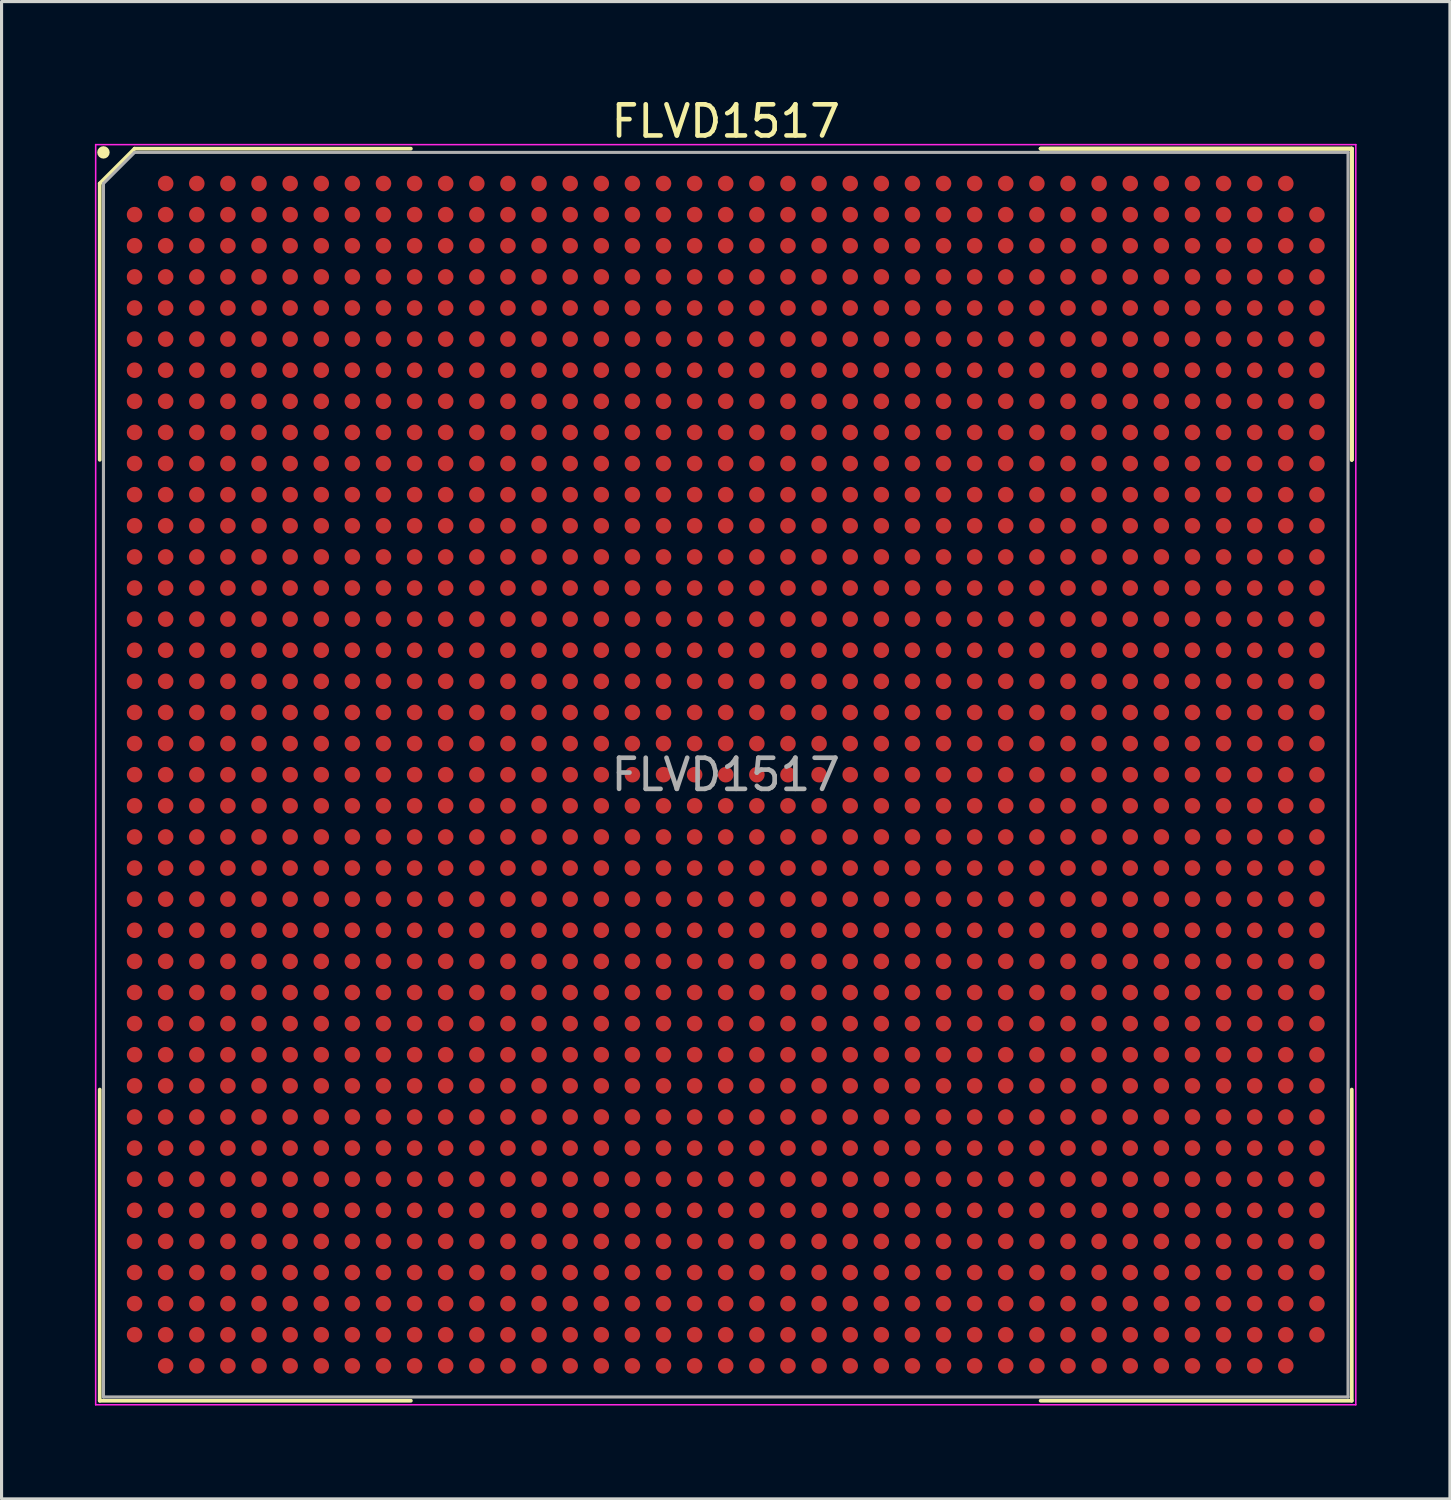
<source format=kicad_pcb>
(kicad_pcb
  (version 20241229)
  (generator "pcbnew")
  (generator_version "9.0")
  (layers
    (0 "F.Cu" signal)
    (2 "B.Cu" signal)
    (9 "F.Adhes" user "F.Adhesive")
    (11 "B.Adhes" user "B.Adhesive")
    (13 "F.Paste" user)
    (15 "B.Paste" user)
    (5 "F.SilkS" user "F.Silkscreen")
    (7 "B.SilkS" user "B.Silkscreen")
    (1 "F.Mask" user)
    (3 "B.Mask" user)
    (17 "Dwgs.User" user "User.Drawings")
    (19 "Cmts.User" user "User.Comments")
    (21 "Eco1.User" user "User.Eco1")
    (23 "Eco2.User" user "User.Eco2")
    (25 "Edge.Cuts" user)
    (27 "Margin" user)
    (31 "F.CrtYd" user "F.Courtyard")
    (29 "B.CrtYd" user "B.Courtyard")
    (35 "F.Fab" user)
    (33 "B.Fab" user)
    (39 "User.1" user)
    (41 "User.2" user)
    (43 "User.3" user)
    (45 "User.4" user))
  (footprint "FLVD1517"
    (layer "F.Cu")
    (at 20.275 21.848)
    (property "Reference" "FLVD1517" (at 0 -21 0) (layer "F.SilkS") (effects (font (size 1 1) (thickness 0.15))))
    (attr smd)
    (fp_line (start -20.12 -19) (end -20.12 -10.12) (stroke (width 0.12) (type solid)) (layer "F.SilkS"))
    (fp_line (start -20.12 20.12) (end -20.12 10.12) (stroke (width 0.12) (type solid)) (layer "F.SilkS"))
    (fp_line (start -19 -20.12) (end -20.12 -19) (stroke (width 0.12) (type solid)) (layer "F.SilkS"))
    (fp_line (start -10.12 -20.12) (end -19 -20.12) (stroke (width 0.12) (type solid)) (layer "F.SilkS"))
    (fp_line (start -10.12 20.12) (end -20.12 20.12) (stroke (width 0.12) (type solid)) (layer "F.SilkS"))
    (fp_line (start 10.12 -20.12) (end 20.12 -20.12) (stroke (width 0.12) (type solid)) (layer "F.SilkS"))
    (fp_line (start 10.12 -20.12) (end 20.12 -20.12) (stroke (width 0.12) (type solid)) (layer "F.SilkS"))
    (fp_line (start 10.12 -20.12) (end 20.12 -20.12) (stroke (width 0.12) (type solid)) (layer "F.SilkS"))
    (fp_line (start 10.12 20.12) (end 20.12 20.12) (stroke (width 0.12) (type solid)) (layer "F.SilkS"))
    (fp_line (start 20.12 -20.12) (end 20.12 -10.12) (stroke (width 0.12) (type solid)) (layer "F.SilkS"))
    (fp_line (start 20.12 -20.12) (end 20.12 -10.12) (stroke (width 0.12) (type solid)) (layer "F.SilkS"))
    (fp_line (start 20.12 -20.12) (end 20.12 -10.12) (stroke (width 0.12) (type solid)) (layer "F.SilkS"))
    (fp_line (start 20.12 20.12) (end 20.12 10.12) (stroke (width 0.12) (type solid)) (layer "F.SilkS"))
    (fp_circle (center -20 -20) (end -20 -19.9) (stroke (width 0.2) (type solid)) (fill no) (layer "F.SilkS"))
    (fp_line (start -20.25 -20.25) (end 20.25 -20.25) (stroke (width 0.05) (type solid)) (layer "F.CrtYd"))
    (fp_line (start -20.25 20.25) (end -20.25 -20.25) (stroke (width 0.05) (type solid)) (layer "F.CrtYd"))
    (fp_line (start 20.25 -20.25) (end 20.25 20.25) (stroke (width 0.05) (type solid)) (layer "F.CrtYd"))
    (fp_line (start 20.25 20.25) (end -20.25 20.25) (stroke (width 0.05) (type solid)) (layer "F.CrtYd"))
    (fp_line (start -20 -19) (end -20 20) (stroke (width 0.1) (type solid)) (layer "F.Fab"))
    (fp_line (start -20 20) (end 20 20) (stroke (width 0.1) (type solid)) (layer "F.Fab"))
    (fp_line (start -19 -20) (end -20 -19) (stroke (width 0.1) (type solid)) (layer "F.Fab"))
    (fp_line (start 20 -20) (end -19 -20) (stroke (width 0.1) (type solid)) (layer "F.Fab"))
    (fp_line (start 20 20) (end 20 -20) (stroke (width 0.1) (type solid)) (layer "F.Fab"))
    (fp_text user "${REFERENCE}" (at 0 0 0) (layer "F.Fab") (effects (font (size 1 1) (thickness 0.15))))
    (pad "A2" smd circle (at -18 -19) (size 0.5 0.5) (layers "F.Cu" "F.Mask" "F.Paste"))
    (pad "A3" smd circle (at -17 -19) (size 0.5 0.5) (layers "F.Cu" "F.Mask" "F.Paste"))
    (pad "A4" smd circle (at -16 -19) (size 0.5 0.5) (layers "F.Cu" "F.Mask" "F.Paste"))
    (pad "A5" smd circle (at -15 -19) (size 0.5 0.5) (layers "F.Cu" "F.Mask" "F.Paste"))
    (pad "A6" smd circle (at -14 -19) (size 0.5 0.5) (layers "F.Cu" "F.Mask" "F.Paste"))
    (pad "A7" smd circle (at -13 -19) (size 0.5 0.5) (layers "F.Cu" "F.Mask" "F.Paste"))
    (pad "A8" smd circle (at -12 -19) (size 0.5 0.5) (layers "F.Cu" "F.Mask" "F.Paste"))
    (pad "A9" smd circle (at -11 -19) (size 0.5 0.5) (layers "F.Cu" "F.Mask" "F.Paste"))
    (pad "A10" smd circle (at -10 -19) (size 0.5 0.5) (layers "F.Cu" "F.Mask" "F.Paste"))
    (pad "A11" smd circle (at -9 -19) (size 0.5 0.5) (layers "F.Cu" "F.Mask" "F.Paste"))
    (pad "A12" smd circle (at -8 -19) (size 0.5 0.5) (layers "F.Cu" "F.Mask" "F.Paste"))
    (pad "A13" smd circle (at -7 -19) (size 0.5 0.5) (layers "F.Cu" "F.Mask" "F.Paste"))
    (pad "A14" smd circle (at -6 -19) (size 0.5 0.5) (layers "F.Cu" "F.Mask" "F.Paste"))
    (pad "A15" smd circle (at -5 -19) (size 0.5 0.5) (layers "F.Cu" "F.Mask" "F.Paste"))
    (pad "A16" smd circle (at -4 -19) (size 0.5 0.5) (layers "F.Cu" "F.Mask" "F.Paste"))
    (pad "A17" smd circle (at -3 -19) (size 0.5 0.5) (layers "F.Cu" "F.Mask" "F.Paste"))
    (pad "A18" smd circle (at -2 -19) (size 0.5 0.5) (layers "F.Cu" "F.Mask" "F.Paste"))
    (pad "A19" smd circle (at -1 -19) (size 0.5 0.5) (layers "F.Cu" "F.Mask" "F.Paste"))
    (pad "A20" smd circle (at 0 -19) (size 0.5 0.5) (layers "F.Cu" "F.Mask" "F.Paste"))
    (pad "A21" smd circle (at 1 -19) (size 0.5 0.5) (layers "F.Cu" "F.Mask" "F.Paste"))
    (pad "A22" smd circle (at 2 -19) (size 0.5 0.5) (layers "F.Cu" "F.Mask" "F.Paste"))
    (pad "A23" smd circle (at 3 -19) (size 0.5 0.5) (layers "F.Cu" "F.Mask" "F.Paste"))
    (pad "A24" smd circle (at 4 -19) (size 0.5 0.5) (layers "F.Cu" "F.Mask" "F.Paste"))
    (pad "A25" smd circle (at 5 -19) (size 0.5 0.5) (layers "F.Cu" "F.Mask" "F.Paste"))
    (pad "A26" smd circle (at 6 -19) (size 0.5 0.5) (layers "F.Cu" "F.Mask" "F.Paste"))
    (pad "A27" smd circle (at 7 -19) (size 0.5 0.5) (layers "F.Cu" "F.Mask" "F.Paste"))
    (pad "A28" smd circle (at 8 -19) (size 0.5 0.5) (layers "F.Cu" "F.Mask" "F.Paste"))
    (pad "A29" smd circle (at 9 -19) (size 0.5 0.5) (layers "F.Cu" "F.Mask" "F.Paste"))
    (pad "A30" smd circle (at 10 -19) (size 0.5 0.5) (layers "F.Cu" "F.Mask" "F.Paste"))
    (pad "A31" smd circle (at 11 -19) (size 0.5 0.5) (layers "F.Cu" "F.Mask" "F.Paste"))
    (pad "A32" smd circle (at 12 -19) (size 0.5 0.5) (layers "F.Cu" "F.Mask" "F.Paste"))
    (pad "A33" smd circle (at 13 -19) (size 0.5 0.5) (layers "F.Cu" "F.Mask" "F.Paste"))
    (pad "A34" smd circle (at 14 -19) (size 0.5 0.5) (layers "F.Cu" "F.Mask" "F.Paste"))
    (pad "A35" smd circle (at 15 -19) (size 0.5 0.5) (layers "F.Cu" "F.Mask" "F.Paste"))
    (pad "A36" smd circle (at 16 -19) (size 0.5 0.5) (layers "F.Cu" "F.Mask" "F.Paste"))
    (pad "A37" smd circle (at 17 -19) (size 0.5 0.5) (layers "F.Cu" "F.Mask" "F.Paste"))
    (pad "A38" smd circle (at 18 -19) (size 0.5 0.5) (layers "F.Cu" "F.Mask" "F.Paste"))
    (pad "AA1" smd circle (at -19 1) (size 0.5 0.5) (layers "F.Cu" "F.Mask" "F.Paste"))
    (pad "AA2" smd circle (at -18 1) (size 0.5 0.5) (layers "F.Cu" "F.Mask" "F.Paste"))
    (pad "AA3" smd circle (at -17 1) (size 0.5 0.5) (layers "F.Cu" "F.Mask" "F.Paste"))
    (pad "AA4" smd circle (at -16 1) (size 0.5 0.5) (layers "F.Cu" "F.Mask" "F.Paste"))
    (pad "AA5" smd circle (at -15 1) (size 0.5 0.5) (layers "F.Cu" "F.Mask" "F.Paste"))
    (pad "AA6" smd circle (at -14 1) (size 0.5 0.5) (layers "F.Cu" "F.Mask" "F.Paste"))
    (pad "AA7" smd circle (at -13 1) (size 0.5 0.5) (layers "F.Cu" "F.Mask" "F.Paste"))
    (pad "AA8" smd circle (at -12 1) (size 0.5 0.5) (layers "F.Cu" "F.Mask" "F.Paste"))
    (pad "AA9" smd circle (at -11 1) (size 0.5 0.5) (layers "F.Cu" "F.Mask" "F.Paste"))
    (pad "AA10" smd circle (at -10 1) (size 0.5 0.5) (layers "F.Cu" "F.Mask" "F.Paste"))
    (pad "AA11" smd circle (at -9 1) (size 0.5 0.5) (layers "F.Cu" "F.Mask" "F.Paste"))
    (pad "AA12" smd circle (at -8 1) (size 0.5 0.5) (layers "F.Cu" "F.Mask" "F.Paste"))
    (pad "AA13" smd circle (at -7 1) (size 0.5 0.5) (layers "F.Cu" "F.Mask" "F.Paste"))
    (pad "AA14" smd circle (at -6 1) (size 0.5 0.5) (layers "F.Cu" "F.Mask" "F.Paste"))
    (pad "AA15" smd circle (at -5 1) (size 0.5 0.5) (layers "F.Cu" "F.Mask" "F.Paste"))
    (pad "AA16" smd circle (at -4 1) (size 0.5 0.5) (layers "F.Cu" "F.Mask" "F.Paste"))
    (pad "AA17" smd circle (at -3 1) (size 0.5 0.5) (layers "F.Cu" "F.Mask" "F.Paste"))
    (pad "AA18" smd circle (at -2 1) (size 0.5 0.5) (layers "F.Cu" "F.Mask" "F.Paste"))
    (pad "AA19" smd circle (at -1 1) (size 0.5 0.5) (layers "F.Cu" "F.Mask" "F.Paste"))
    (pad "AA20" smd circle (at 0 1) (size 0.5 0.5) (layers "F.Cu" "F.Mask" "F.Paste"))
    (pad "AA21" smd circle (at 1 1) (size 0.5 0.5) (layers "F.Cu" "F.Mask" "F.Paste"))
    (pad "AA22" smd circle (at 2 1) (size 0.5 0.5) (layers "F.Cu" "F.Mask" "F.Paste"))
    (pad "AA23" smd circle (at 3 1) (size 0.5 0.5) (layers "F.Cu" "F.Mask" "F.Paste"))
    (pad "AA24" smd circle (at 4 1) (size 0.5 0.5) (layers "F.Cu" "F.Mask" "F.Paste"))
    (pad "AA25" smd circle (at 5 1) (size 0.5 0.5) (layers "F.Cu" "F.Mask" "F.Paste"))
    (pad "AA26" smd circle (at 6 1) (size 0.5 0.5) (layers "F.Cu" "F.Mask" "F.Paste"))
    (pad "AA27" smd circle (at 7 1) (size 0.5 0.5) (layers "F.Cu" "F.Mask" "F.Paste"))
    (pad "AA28" smd circle (at 8 1) (size 0.5 0.5) (layers "F.Cu" "F.Mask" "F.Paste"))
    (pad "AA29" smd circle (at 9 1) (size 0.5 0.5) (layers "F.Cu" "F.Mask" "F.Paste"))
    (pad "AA30" smd circle (at 10 1) (size 0.5 0.5) (layers "F.Cu" "F.Mask" "F.Paste"))
    (pad "AA31" smd circle (at 11 1) (size 0.5 0.5) (layers "F.Cu" "F.Mask" "F.Paste"))
    (pad "AA32" smd circle (at 12 1) (size 0.5 0.5) (layers "F.Cu" "F.Mask" "F.Paste"))
    (pad "AA33" smd circle (at 13 1) (size 0.5 0.5) (layers "F.Cu" "F.Mask" "F.Paste"))
    (pad "AA34" smd circle (at 14 1) (size 0.5 0.5) (layers "F.Cu" "F.Mask" "F.Paste"))
    (pad "AA35" smd circle (at 15 1) (size 0.5 0.5) (layers "F.Cu" "F.Mask" "F.Paste"))
    (pad "AA36" smd circle (at 16 1) (size 0.5 0.5) (layers "F.Cu" "F.Mask" "F.Paste"))
    (pad "AA37" smd circle (at 17 1) (size 0.5 0.5) (layers "F.Cu" "F.Mask" "F.Paste"))
    (pad "AA38" smd circle (at 18 1) (size 0.5 0.5) (layers "F.Cu" "F.Mask" "F.Paste"))
    (pad "AA39" smd circle (at 19 1) (size 0.5 0.5) (layers "F.Cu" "F.Mask" "F.Paste"))
    (pad "AB1" smd circle (at -19 2) (size 0.5 0.5) (layers "F.Cu" "F.Mask" "F.Paste"))
    (pad "AB2" smd circle (at -18 2) (size 0.5 0.5) (layers "F.Cu" "F.Mask" "F.Paste"))
    (pad "AB3" smd circle (at -17 2) (size 0.5 0.5) (layers "F.Cu" "F.Mask" "F.Paste"))
    (pad "AB4" smd circle (at -16 2) (size 0.5 0.5) (layers "F.Cu" "F.Mask" "F.Paste"))
    (pad "AB5" smd circle (at -15 2) (size 0.5 0.5) (layers "F.Cu" "F.Mask" "F.Paste"))
    (pad "AB6" smd circle (at -14 2) (size 0.5 0.5) (layers "F.Cu" "F.Mask" "F.Paste"))
    (pad "AB7" smd circle (at -13 2) (size 0.5 0.5) (layers "F.Cu" "F.Mask" "F.Paste"))
    (pad "AB8" smd circle (at -12 2) (size 0.5 0.5) (layers "F.Cu" "F.Mask" "F.Paste"))
    (pad "AB9" smd circle (at -11 2) (size 0.5 0.5) (layers "F.Cu" "F.Mask" "F.Paste"))
    (pad "AB10" smd circle (at -10 2) (size 0.5 0.5) (layers "F.Cu" "F.Mask" "F.Paste"))
    (pad "AB11" smd circle (at -9 2) (size 0.5 0.5) (layers "F.Cu" "F.Mask" "F.Paste"))
    (pad "AB12" smd circle (at -8 2) (size 0.5 0.5) (layers "F.Cu" "F.Mask" "F.Paste"))
    (pad "AB13" smd circle (at -7 2) (size 0.5 0.5) (layers "F.Cu" "F.Mask" "F.Paste"))
    (pad "AB14" smd circle (at -6 2) (size 0.5 0.5) (layers "F.Cu" "F.Mask" "F.Paste"))
    (pad "AB15" smd circle (at -5 2) (size 0.5 0.5) (layers "F.Cu" "F.Mask" "F.Paste"))
    (pad "AB16" smd circle (at -4 2) (size 0.5 0.5) (layers "F.Cu" "F.Mask" "F.Paste"))
    (pad "AB17" smd circle (at -3 2) (size 0.5 0.5) (layers "F.Cu" "F.Mask" "F.Paste"))
    (pad "AB18" smd circle (at -2 2) (size 0.5 0.5) (layers "F.Cu" "F.Mask" "F.Paste"))
    (pad "AB19" smd circle (at -1 2) (size 0.5 0.5) (layers "F.Cu" "F.Mask" "F.Paste"))
    (pad "AB20" smd circle (at 0 2) (size 0.5 0.5) (layers "F.Cu" "F.Mask" "F.Paste"))
    (pad "AB21" smd circle (at 1 2) (size 0.5 0.5) (layers "F.Cu" "F.Mask" "F.Paste"))
    (pad "AB22" smd circle (at 2 2) (size 0.5 0.5) (layers "F.Cu" "F.Mask" "F.Paste"))
    (pad "AB23" smd circle (at 3 2) (size 0.5 0.5) (layers "F.Cu" "F.Mask" "F.Paste"))
    (pad "AB24" smd circle (at 4 2) (size 0.5 0.5) (layers "F.Cu" "F.Mask" "F.Paste"))
    (pad "AB25" smd circle (at 5 2) (size 0.5 0.5) (layers "F.Cu" "F.Mask" "F.Paste"))
    (pad "AB26" smd circle (at 6 2) (size 0.5 0.5) (layers "F.Cu" "F.Mask" "F.Paste"))
    (pad "AB27" smd circle (at 7 2) (size 0.5 0.5) (layers "F.Cu" "F.Mask" "F.Paste"))
    (pad "AB28" smd circle (at 8 2) (size 0.5 0.5) (layers "F.Cu" "F.Mask" "F.Paste"))
    (pad "AB29" smd circle (at 9 2) (size 0.5 0.5) (layers "F.Cu" "F.Mask" "F.Paste"))
    (pad "AB30" smd circle (at 10 2) (size 0.5 0.5) (layers "F.Cu" "F.Mask" "F.Paste"))
    (pad "AB31" smd circle (at 11 2) (size 0.5 0.5) (layers "F.Cu" "F.Mask" "F.Paste"))
    (pad "AB32" smd circle (at 12 2) (size 0.5 0.5) (layers "F.Cu" "F.Mask" "F.Paste"))
    (pad "AB33" smd circle (at 13 2) (size 0.5 0.5) (layers "F.Cu" "F.Mask" "F.Paste"))
    (pad "AB34" smd circle (at 14 2) (size 0.5 0.5) (layers "F.Cu" "F.Mask" "F.Paste"))
    (pad "AB35" smd circle (at 15 2) (size 0.5 0.5) (layers "F.Cu" "F.Mask" "F.Paste"))
    (pad "AB36" smd circle (at 16 2) (size 0.5 0.5) (layers "F.Cu" "F.Mask" "F.Paste"))
    (pad "AB37" smd circle (at 17 2) (size 0.5 0.5) (layers "F.Cu" "F.Mask" "F.Paste"))
    (pad "AB38" smd circle (at 18 2) (size 0.5 0.5) (layers "F.Cu" "F.Mask" "F.Paste"))
    (pad "AB39" smd circle (at 19 2) (size 0.5 0.5) (layers "F.Cu" "F.Mask" "F.Paste"))
    (pad "AC1" smd circle (at -19 3) (size 0.5 0.5) (layers "F.Cu" "F.Mask" "F.Paste"))
    (pad "AC2" smd circle (at -18 3) (size 0.5 0.5) (layers "F.Cu" "F.Mask" "F.Paste"))
    (pad "AC3" smd circle (at -17 3) (size 0.5 0.5) (layers "F.Cu" "F.Mask" "F.Paste"))
    (pad "AC4" smd circle (at -16 3) (size 0.5 0.5) (layers "F.Cu" "F.Mask" "F.Paste"))
    (pad "AC5" smd circle (at -15 3) (size 0.5 0.5) (layers "F.Cu" "F.Mask" "F.Paste"))
    (pad "AC6" smd circle (at -14 3) (size 0.5 0.5) (layers "F.Cu" "F.Mask" "F.Paste"))
    (pad "AC7" smd circle (at -13 3) (size 0.5 0.5) (layers "F.Cu" "F.Mask" "F.Paste"))
    (pad "AC8" smd circle (at -12 3) (size 0.5 0.5) (layers "F.Cu" "F.Mask" "F.Paste"))
    (pad "AC9" smd circle (at -11 3) (size 0.5 0.5) (layers "F.Cu" "F.Mask" "F.Paste"))
    (pad "AC10" smd circle (at -10 3) (size 0.5 0.5) (layers "F.Cu" "F.Mask" "F.Paste"))
    (pad "AC11" smd circle (at -9 3) (size 0.5 0.5) (layers "F.Cu" "F.Mask" "F.Paste"))
    (pad "AC12" smd circle (at -8 3) (size 0.5 0.5) (layers "F.Cu" "F.Mask" "F.Paste"))
    (pad "AC13" smd circle (at -7 3) (size 0.5 0.5) (layers "F.Cu" "F.Mask" "F.Paste"))
    (pad "AC14" smd circle (at -6 3) (size 0.5 0.5) (layers "F.Cu" "F.Mask" "F.Paste"))
    (pad "AC15" smd circle (at -5 3) (size 0.5 0.5) (layers "F.Cu" "F.Mask" "F.Paste"))
    (pad "AC16" smd circle (at -4 3) (size 0.5 0.5) (layers "F.Cu" "F.Mask" "F.Paste"))
    (pad "AC17" smd circle (at -3 3) (size 0.5 0.5) (layers "F.Cu" "F.Mask" "F.Paste"))
    (pad "AC18" smd circle (at -2 3) (size 0.5 0.5) (layers "F.Cu" "F.Mask" "F.Paste"))
    (pad "AC19" smd circle (at -1 3) (size 0.5 0.5) (layers "F.Cu" "F.Mask" "F.Paste"))
    (pad "AC20" smd circle (at 0 3) (size 0.5 0.5) (layers "F.Cu" "F.Mask" "F.Paste"))
    (pad "AC21" smd circle (at 1 3) (size 0.5 0.5) (layers "F.Cu" "F.Mask" "F.Paste"))
    (pad "AC22" smd circle (at 2 3) (size 0.5 0.5) (layers "F.Cu" "F.Mask" "F.Paste"))
    (pad "AC23" smd circle (at 3 3) (size 0.5 0.5) (layers "F.Cu" "F.Mask" "F.Paste"))
    (pad "AC24" smd circle (at 4 3) (size 0.5 0.5) (layers "F.Cu" "F.Mask" "F.Paste"))
    (pad "AC25" smd circle (at 5 3) (size 0.5 0.5) (layers "F.Cu" "F.Mask" "F.Paste"))
    (pad "AC26" smd circle (at 6 3) (size 0.5 0.5) (layers "F.Cu" "F.Mask" "F.Paste"))
    (pad "AC27" smd circle (at 7 3) (size 0.5 0.5) (layers "F.Cu" "F.Mask" "F.Paste"))
    (pad "AC28" smd circle (at 8 3) (size 0.5 0.5) (layers "F.Cu" "F.Mask" "F.Paste"))
    (pad "AC29" smd circle (at 9 3) (size 0.5 0.5) (layers "F.Cu" "F.Mask" "F.Paste"))
    (pad "AC30" smd circle (at 10 3) (size 0.5 0.5) (layers "F.Cu" "F.Mask" "F.Paste"))
    (pad "AC31" smd circle (at 11 3) (size 0.5 0.5) (layers "F.Cu" "F.Mask" "F.Paste"))
    (pad "AC32" smd circle (at 12 3) (size 0.5 0.5) (layers "F.Cu" "F.Mask" "F.Paste"))
    (pad "AC33" smd circle (at 13 3) (size 0.5 0.5) (layers "F.Cu" "F.Mask" "F.Paste"))
    (pad "AC34" smd circle (at 14 3) (size 0.5 0.5) (layers "F.Cu" "F.Mask" "F.Paste"))
    (pad "AC35" smd circle (at 15 3) (size 0.5 0.5) (layers "F.Cu" "F.Mask" "F.Paste"))
    (pad "AC36" smd circle (at 16 3) (size 0.5 0.5) (layers "F.Cu" "F.Mask" "F.Paste"))
    (pad "AC37" smd circle (at 17 3) (size 0.5 0.5) (layers "F.Cu" "F.Mask" "F.Paste"))
    (pad "AC38" smd circle (at 18 3) (size 0.5 0.5) (layers "F.Cu" "F.Mask" "F.Paste"))
    (pad "AC39" smd circle (at 19 3) (size 0.5 0.5) (layers "F.Cu" "F.Mask" "F.Paste"))
    (pad "AD1" smd circle (at -19 4) (size 0.5 0.5) (layers "F.Cu" "F.Mask" "F.Paste"))
    (pad "AD2" smd circle (at -18 4) (size 0.5 0.5) (layers "F.Cu" "F.Mask" "F.Paste"))
    (pad "AD3" smd circle (at -17 4) (size 0.5 0.5) (layers "F.Cu" "F.Mask" "F.Paste"))
    (pad "AD4" smd circle (at -16 4) (size 0.5 0.5) (layers "F.Cu" "F.Mask" "F.Paste"))
    (pad "AD5" smd circle (at -15 4) (size 0.5 0.5) (layers "F.Cu" "F.Mask" "F.Paste"))
    (pad "AD6" smd circle (at -14 4) (size 0.5 0.5) (layers "F.Cu" "F.Mask" "F.Paste"))
    (pad "AD7" smd circle (at -13 4) (size 0.5 0.5) (layers "F.Cu" "F.Mask" "F.Paste"))
    (pad "AD8" smd circle (at -12 4) (size 0.5 0.5) (layers "F.Cu" "F.Mask" "F.Paste"))
    (pad "AD9" smd circle (at -11 4) (size 0.5 0.5) (layers "F.Cu" "F.Mask" "F.Paste"))
    (pad "AD10" smd circle (at -10 4) (size 0.5 0.5) (layers "F.Cu" "F.Mask" "F.Paste"))
    (pad "AD11" smd circle (at -9 4) (size 0.5 0.5) (layers "F.Cu" "F.Mask" "F.Paste"))
    (pad "AD12" smd circle (at -8 4) (size 0.5 0.5) (layers "F.Cu" "F.Mask" "F.Paste"))
    (pad "AD13" smd circle (at -7 4) (size 0.5 0.5) (layers "F.Cu" "F.Mask" "F.Paste"))
    (pad "AD14" smd circle (at -6 4) (size 0.5 0.5) (layers "F.Cu" "F.Mask" "F.Paste"))
    (pad "AD15" smd circle (at -5 4) (size 0.5 0.5) (layers "F.Cu" "F.Mask" "F.Paste"))
    (pad "AD16" smd circle (at -4 4) (size 0.5 0.5) (layers "F.Cu" "F.Mask" "F.Paste"))
    (pad "AD17" smd circle (at -3 4) (size 0.5 0.5) (layers "F.Cu" "F.Mask" "F.Paste"))
    (pad "AD18" smd circle (at -2 4) (size 0.5 0.5) (layers "F.Cu" "F.Mask" "F.Paste"))
    (pad "AD19" smd circle (at -1 4) (size 0.5 0.5) (layers "F.Cu" "F.Mask" "F.Paste"))
    (pad "AD20" smd circle (at 0 4) (size 0.5 0.5) (layers "F.Cu" "F.Mask" "F.Paste"))
    (pad "AD21" smd circle (at 1 4) (size 0.5 0.5) (layers "F.Cu" "F.Mask" "F.Paste"))
    (pad "AD22" smd circle (at 2 4) (size 0.5 0.5) (layers "F.Cu" "F.Mask" "F.Paste"))
    (pad "AD23" smd circle (at 3 4) (size 0.5 0.5) (layers "F.Cu" "F.Mask" "F.Paste"))
    (pad "AD24" smd circle (at 4 4) (size 0.5 0.5) (layers "F.Cu" "F.Mask" "F.Paste"))
    (pad "AD25" smd circle (at 5 4) (size 0.5 0.5) (layers "F.Cu" "F.Mask" "F.Paste"))
    (pad "AD26" smd circle (at 6 4) (size 0.5 0.5) (layers "F.Cu" "F.Mask" "F.Paste"))
    (pad "AD27" smd circle (at 7 4) (size 0.5 0.5) (layers "F.Cu" "F.Mask" "F.Paste"))
    (pad "AD28" smd circle (at 8 4) (size 0.5 0.5) (layers "F.Cu" "F.Mask" "F.Paste"))
    (pad "AD29" smd circle (at 9 4) (size 0.5 0.5) (layers "F.Cu" "F.Mask" "F.Paste"))
    (pad "AD30" smd circle (at 10 4) (size 0.5 0.5) (layers "F.Cu" "F.Mask" "F.Paste"))
    (pad "AD31" smd circle (at 11 4) (size 0.5 0.5) (layers "F.Cu" "F.Mask" "F.Paste"))
    (pad "AD32" smd circle (at 12 4) (size 0.5 0.5) (layers "F.Cu" "F.Mask" "F.Paste"))
    (pad "AD33" smd circle (at 13 4) (size 0.5 0.5) (layers "F.Cu" "F.Mask" "F.Paste"))
    (pad "AD34" smd circle (at 14 4) (size 0.5 0.5) (layers "F.Cu" "F.Mask" "F.Paste"))
    (pad "AD35" smd circle (at 15 4) (size 0.5 0.5) (layers "F.Cu" "F.Mask" "F.Paste"))
    (pad "AD36" smd circle (at 16 4) (size 0.5 0.5) (layers "F.Cu" "F.Mask" "F.Paste"))
    (pad "AD37" smd circle (at 17 4) (size 0.5 0.5) (layers "F.Cu" "F.Mask" "F.Paste"))
    (pad "AD38" smd circle (at 18 4) (size 0.5 0.5) (layers "F.Cu" "F.Mask" "F.Paste"))
    (pad "AD39" smd circle (at 19 4) (size 0.5 0.5) (layers "F.Cu" "F.Mask" "F.Paste"))
    (pad "AE1" smd circle (at -19 5) (size 0.5 0.5) (layers "F.Cu" "F.Mask" "F.Paste"))
    (pad "AE2" smd circle (at -18 5) (size 0.5 0.5) (layers "F.Cu" "F.Mask" "F.Paste"))
    (pad "AE3" smd circle (at -17 5) (size 0.5 0.5) (layers "F.Cu" "F.Mask" "F.Paste"))
    (pad "AE4" smd circle (at -16 5) (size 0.5 0.5) (layers "F.Cu" "F.Mask" "F.Paste"))
    (pad "AE5" smd circle (at -15 5) (size 0.5 0.5) (layers "F.Cu" "F.Mask" "F.Paste"))
    (pad "AE6" smd circle (at -14 5) (size 0.5 0.5) (layers "F.Cu" "F.Mask" "F.Paste"))
    (pad "AE7" smd circle (at -13 5) (size 0.5 0.5) (layers "F.Cu" "F.Mask" "F.Paste"))
    (pad "AE8" smd circle (at -12 5) (size 0.5 0.5) (layers "F.Cu" "F.Mask" "F.Paste"))
    (pad "AE9" smd circle (at -11 5) (size 0.5 0.5) (layers "F.Cu" "F.Mask" "F.Paste"))
    (pad "AE10" smd circle (at -10 5) (size 0.5 0.5) (layers "F.Cu" "F.Mask" "F.Paste"))
    (pad "AE11" smd circle (at -9 5) (size 0.5 0.5) (layers "F.Cu" "F.Mask" "F.Paste"))
    (pad "AE12" smd circle (at -8 5) (size 0.5 0.5) (layers "F.Cu" "F.Mask" "F.Paste"))
    (pad "AE13" smd circle (at -7 5) (size 0.5 0.5) (layers "F.Cu" "F.Mask" "F.Paste"))
    (pad "AE14" smd circle (at -6 5) (size 0.5 0.5) (layers "F.Cu" "F.Mask" "F.Paste"))
    (pad "AE15" smd circle (at -5 5) (size 0.5 0.5) (layers "F.Cu" "F.Mask" "F.Paste"))
    (pad "AE16" smd circle (at -4 5) (size 0.5 0.5) (layers "F.Cu" "F.Mask" "F.Paste"))
    (pad "AE17" smd circle (at -3 5) (size 0.5 0.5) (layers "F.Cu" "F.Mask" "F.Paste"))
    (pad "AE18" smd circle (at -2 5) (size 0.5 0.5) (layers "F.Cu" "F.Mask" "F.Paste"))
    (pad "AE19" smd circle (at -1 5) (size 0.5 0.5) (layers "F.Cu" "F.Mask" "F.Paste"))
    (pad "AE20" smd circle (at 0 5) (size 0.5 0.5) (layers "F.Cu" "F.Mask" "F.Paste"))
    (pad "AE21" smd circle (at 1 5) (size 0.5 0.5) (layers "F.Cu" "F.Mask" "F.Paste"))
    (pad "AE22" smd circle (at 2 5) (size 0.5 0.5) (layers "F.Cu" "F.Mask" "F.Paste"))
    (pad "AE23" smd circle (at 3 5) (size 0.5 0.5) (layers "F.Cu" "F.Mask" "F.Paste"))
    (pad "AE24" smd circle (at 4 5) (size 0.5 0.5) (layers "F.Cu" "F.Mask" "F.Paste"))
    (pad "AE25" smd circle (at 5 5) (size 0.5 0.5) (layers "F.Cu" "F.Mask" "F.Paste"))
    (pad "AE26" smd circle (at 6 5) (size 0.5 0.5) (layers "F.Cu" "F.Mask" "F.Paste"))
    (pad "AE27" smd circle (at 7 5) (size 0.5 0.5) (layers "F.Cu" "F.Mask" "F.Paste"))
    (pad "AE28" smd circle (at 8 5) (size 0.5 0.5) (layers "F.Cu" "F.Mask" "F.Paste"))
    (pad "AE29" smd circle (at 9 5) (size 0.5 0.5) (layers "F.Cu" "F.Mask" "F.Paste"))
    (pad "AE30" smd circle (at 10 5) (size 0.5 0.5) (layers "F.Cu" "F.Mask" "F.Paste"))
    (pad "AE31" smd circle (at 11 5) (size 0.5 0.5) (layers "F.Cu" "F.Mask" "F.Paste"))
    (pad "AE32" smd circle (at 12 5) (size 0.5 0.5) (layers "F.Cu" "F.Mask" "F.Paste"))
    (pad "AE33" smd circle (at 13 5) (size 0.5 0.5) (layers "F.Cu" "F.Mask" "F.Paste"))
    (pad "AE34" smd circle (at 14 5) (size 0.5 0.5) (layers "F.Cu" "F.Mask" "F.Paste"))
    (pad "AE35" smd circle (at 15 5) (size 0.5 0.5) (layers "F.Cu" "F.Mask" "F.Paste"))
    (pad "AE36" smd circle (at 16 5) (size 0.5 0.5) (layers "F.Cu" "F.Mask" "F.Paste"))
    (pad "AE37" smd circle (at 17 5) (size 0.5 0.5) (layers "F.Cu" "F.Mask" "F.Paste"))
    (pad "AE38" smd circle (at 18 5) (size 0.5 0.5) (layers "F.Cu" "F.Mask" "F.Paste"))
    (pad "AE39" smd circle (at 19 5) (size 0.5 0.5) (layers "F.Cu" "F.Mask" "F.Paste"))
    (pad "AF1" smd circle (at -19 6) (size 0.5 0.5) (layers "F.Cu" "F.Mask" "F.Paste"))
    (pad "AF2" smd circle (at -18 6) (size 0.5 0.5) (layers "F.Cu" "F.Mask" "F.Paste"))
    (pad "AF3" smd circle (at -17 6) (size 0.5 0.5) (layers "F.Cu" "F.Mask" "F.Paste"))
    (pad "AF4" smd circle (at -16 6) (size 0.5 0.5) (layers "F.Cu" "F.Mask" "F.Paste"))
    (pad "AF5" smd circle (at -15 6) (size 0.5 0.5) (layers "F.Cu" "F.Mask" "F.Paste"))
    (pad "AF6" smd circle (at -14 6) (size 0.5 0.5) (layers "F.Cu" "F.Mask" "F.Paste"))
    (pad "AF7" smd circle (at -13 6) (size 0.5 0.5) (layers "F.Cu" "F.Mask" "F.Paste"))
    (pad "AF8" smd circle (at -12 6) (size 0.5 0.5) (layers "F.Cu" "F.Mask" "F.Paste"))
    (pad "AF9" smd circle (at -11 6) (size 0.5 0.5) (layers "F.Cu" "F.Mask" "F.Paste"))
    (pad "AF10" smd circle (at -10 6) (size 0.5 0.5) (layers "F.Cu" "F.Mask" "F.Paste"))
    (pad "AF11" smd circle (at -9 6) (size 0.5 0.5) (layers "F.Cu" "F.Mask" "F.Paste"))
    (pad "AF12" smd circle (at -8 6) (size 0.5 0.5) (layers "F.Cu" "F.Mask" "F.Paste"))
    (pad "AF13" smd circle (at -7 6) (size 0.5 0.5) (layers "F.Cu" "F.Mask" "F.Paste"))
    (pad "AF14" smd circle (at -6 6) (size 0.5 0.5) (layers "F.Cu" "F.Mask" "F.Paste"))
    (pad "AF15" smd circle (at -5 6) (size 0.5 0.5) (layers "F.Cu" "F.Mask" "F.Paste"))
    (pad "AF16" smd circle (at -4 6) (size 0.5 0.5) (layers "F.Cu" "F.Mask" "F.Paste"))
    (pad "AF17" smd circle (at -3 6) (size 0.5 0.5) (layers "F.Cu" "F.Mask" "F.Paste"))
    (pad "AF18" smd circle (at -2 6) (size 0.5 0.5) (layers "F.Cu" "F.Mask" "F.Paste"))
    (pad "AF19" smd circle (at -1 6) (size 0.5 0.5) (layers "F.Cu" "F.Mask" "F.Paste"))
    (pad "AF20" smd circle (at 0 6) (size 0.5 0.5) (layers "F.Cu" "F.Mask" "F.Paste"))
    (pad "AF21" smd circle (at 1 6) (size 0.5 0.5) (layers "F.Cu" "F.Mask" "F.Paste"))
    (pad "AF22" smd circle (at 2 6) (size 0.5 0.5) (layers "F.Cu" "F.Mask" "F.Paste"))
    (pad "AF23" smd circle (at 3 6) (size 0.5 0.5) (layers "F.Cu" "F.Mask" "F.Paste"))
    (pad "AF24" smd circle (at 4 6) (size 0.5 0.5) (layers "F.Cu" "F.Mask" "F.Paste"))
    (pad "AF25" smd circle (at 5 6) (size 0.5 0.5) (layers "F.Cu" "F.Mask" "F.Paste"))
    (pad "AF26" smd circle (at 6 6) (size 0.5 0.5) (layers "F.Cu" "F.Mask" "F.Paste"))
    (pad "AF27" smd circle (at 7 6) (size 0.5 0.5) (layers "F.Cu" "F.Mask" "F.Paste"))
    (pad "AF28" smd circle (at 8 6) (size 0.5 0.5) (layers "F.Cu" "F.Mask" "F.Paste"))
    (pad "AF29" smd circle (at 9 6) (size 0.5 0.5) (layers "F.Cu" "F.Mask" "F.Paste"))
    (pad "AF30" smd circle (at 10 6) (size 0.5 0.5) (layers "F.Cu" "F.Mask" "F.Paste"))
    (pad "AF31" smd circle (at 11 6) (size 0.5 0.5) (layers "F.Cu" "F.Mask" "F.Paste"))
    (pad "AF32" smd circle (at 12 6) (size 0.5 0.5) (layers "F.Cu" "F.Mask" "F.Paste"))
    (pad "AF33" smd circle (at 13 6) (size 0.5 0.5) (layers "F.Cu" "F.Mask" "F.Paste"))
    (pad "AF34" smd circle (at 14 6) (size 0.5 0.5) (layers "F.Cu" "F.Mask" "F.Paste"))
    (pad "AF35" smd circle (at 15 6) (size 0.5 0.5) (layers "F.Cu" "F.Mask" "F.Paste"))
    (pad "AF36" smd circle (at 16 6) (size 0.5 0.5) (layers "F.Cu" "F.Mask" "F.Paste"))
    (pad "AF37" smd circle (at 17 6) (size 0.5 0.5) (layers "F.Cu" "F.Mask" "F.Paste"))
    (pad "AF38" smd circle (at 18 6) (size 0.5 0.5) (layers "F.Cu" "F.Mask" "F.Paste"))
    (pad "AF39" smd circle (at 19 6) (size 0.5 0.5) (layers "F.Cu" "F.Mask" "F.Paste"))
    (pad "AG1" smd circle (at -19 7) (size 0.5 0.5) (layers "F.Cu" "F.Mask" "F.Paste"))
    (pad "AG2" smd circle (at -18 7) (size 0.5 0.5) (layers "F.Cu" "F.Mask" "F.Paste"))
    (pad "AG3" smd circle (at -17 7) (size 0.5 0.5) (layers "F.Cu" "F.Mask" "F.Paste"))
    (pad "AG4" smd circle (at -16 7) (size 0.5 0.5) (layers "F.Cu" "F.Mask" "F.Paste"))
    (pad "AG5" smd circle (at -15 7) (size 0.5 0.5) (layers "F.Cu" "F.Mask" "F.Paste"))
    (pad "AG6" smd circle (at -14 7) (size 0.5 0.5) (layers "F.Cu" "F.Mask" "F.Paste"))
    (pad "AG7" smd circle (at -13 7) (size 0.5 0.5) (layers "F.Cu" "F.Mask" "F.Paste"))
    (pad "AG8" smd circle (at -12 7) (size 0.5 0.5) (layers "F.Cu" "F.Mask" "F.Paste"))
    (pad "AG9" smd circle (at -11 7) (size 0.5 0.5) (layers "F.Cu" "F.Mask" "F.Paste"))
    (pad "AG10" smd circle (at -10 7) (size 0.5 0.5) (layers "F.Cu" "F.Mask" "F.Paste"))
    (pad "AG11" smd circle (at -9 7) (size 0.5 0.5) (layers "F.Cu" "F.Mask" "F.Paste"))
    (pad "AG12" smd circle (at -8 7) (size 0.5 0.5) (layers "F.Cu" "F.Mask" "F.Paste"))
    (pad "AG13" smd circle (at -7 7) (size 0.5 0.5) (layers "F.Cu" "F.Mask" "F.Paste"))
    (pad "AG14" smd circle (at -6 7) (size 0.5 0.5) (layers "F.Cu" "F.Mask" "F.Paste"))
    (pad "AG15" smd circle (at -5 7) (size 0.5 0.5) (layers "F.Cu" "F.Mask" "F.Paste"))
    (pad "AG16" smd circle (at -4 7) (size 0.5 0.5) (layers "F.Cu" "F.Mask" "F.Paste"))
    (pad "AG17" smd circle (at -3 7) (size 0.5 0.5) (layers "F.Cu" "F.Mask" "F.Paste"))
    (pad "AG18" smd circle (at -2 7) (size 0.5 0.5) (layers "F.Cu" "F.Mask" "F.Paste"))
    (pad "AG19" smd circle (at -1 7) (size 0.5 0.5) (layers "F.Cu" "F.Mask" "F.Paste"))
    (pad "AG20" smd circle (at 0 7) (size 0.5 0.5) (layers "F.Cu" "F.Mask" "F.Paste"))
    (pad "AG21" smd circle (at 1 7) (size 0.5 0.5) (layers "F.Cu" "F.Mask" "F.Paste"))
    (pad "AG22" smd circle (at 2 7) (size 0.5 0.5) (layers "F.Cu" "F.Mask" "F.Paste"))
    (pad "AG23" smd circle (at 3 7) (size 0.5 0.5) (layers "F.Cu" "F.Mask" "F.Paste"))
    (pad "AG24" smd circle (at 4 7) (size 0.5 0.5) (layers "F.Cu" "F.Mask" "F.Paste"))
    (pad "AG25" smd circle (at 5 7) (size 0.5 0.5) (layers "F.Cu" "F.Mask" "F.Paste"))
    (pad "AG26" smd circle (at 6 7) (size 0.5 0.5) (layers "F.Cu" "F.Mask" "F.Paste"))
    (pad "AG27" smd circle (at 7 7) (size 0.5 0.5) (layers "F.Cu" "F.Mask" "F.Paste"))
    (pad "AG28" smd circle (at 8 7) (size 0.5 0.5) (layers "F.Cu" "F.Mask" "F.Paste"))
    (pad "AG29" smd circle (at 9 7) (size 0.5 0.5) (layers "F.Cu" "F.Mask" "F.Paste"))
    (pad "AG30" smd circle (at 10 7) (size 0.5 0.5) (layers "F.Cu" "F.Mask" "F.Paste"))
    (pad "AG31" smd circle (at 11 7) (size 0.5 0.5) (layers "F.Cu" "F.Mask" "F.Paste"))
    (pad "AG32" smd circle (at 12 7) (size 0.5 0.5) (layers "F.Cu" "F.Mask" "F.Paste"))
    (pad "AG33" smd circle (at 13 7) (size 0.5 0.5) (layers "F.Cu" "F.Mask" "F.Paste"))
    (pad "AG34" smd circle (at 14 7) (size 0.5 0.5) (layers "F.Cu" "F.Mask" "F.Paste"))
    (pad "AG35" smd circle (at 15 7) (size 0.5 0.5) (layers "F.Cu" "F.Mask" "F.Paste"))
    (pad "AG36" smd circle (at 16 7) (size 0.5 0.5) (layers "F.Cu" "F.Mask" "F.Paste"))
    (pad "AG37" smd circle (at 17 7) (size 0.5 0.5) (layers "F.Cu" "F.Mask" "F.Paste"))
    (pad "AG38" smd circle (at 18 7) (size 0.5 0.5) (layers "F.Cu" "F.Mask" "F.Paste"))
    (pad "AG39" smd circle (at 19 7) (size 0.5 0.5) (layers "F.Cu" "F.Mask" "F.Paste"))
    (pad "AH1" smd circle (at -19 8) (size 0.5 0.5) (layers "F.Cu" "F.Mask" "F.Paste"))
    (pad "AH2" smd circle (at -18 8) (size 0.5 0.5) (layers "F.Cu" "F.Mask" "F.Paste"))
    (pad "AH3" smd circle (at -17 8) (size 0.5 0.5) (layers "F.Cu" "F.Mask" "F.Paste"))
    (pad "AH4" smd circle (at -16 8) (size 0.5 0.5) (layers "F.Cu" "F.Mask" "F.Paste"))
    (pad "AH5" smd circle (at -15 8) (size 0.5 0.5) (layers "F.Cu" "F.Mask" "F.Paste"))
    (pad "AH6" smd circle (at -14 8) (size 0.5 0.5) (layers "F.Cu" "F.Mask" "F.Paste"))
    (pad "AH7" smd circle (at -13 8) (size 0.5 0.5) (layers "F.Cu" "F.Mask" "F.Paste"))
    (pad "AH8" smd circle (at -12 8) (size 0.5 0.5) (layers "F.Cu" "F.Mask" "F.Paste"))
    (pad "AH9" smd circle (at -11 8) (size 0.5 0.5) (layers "F.Cu" "F.Mask" "F.Paste"))
    (pad "AH10" smd circle (at -10 8) (size 0.5 0.5) (layers "F.Cu" "F.Mask" "F.Paste"))
    (pad "AH11" smd circle (at -9 8) (size 0.5 0.5) (layers "F.Cu" "F.Mask" "F.Paste"))
    (pad "AH12" smd circle (at -8 8) (size 0.5 0.5) (layers "F.Cu" "F.Mask" "F.Paste"))
    (pad "AH13" smd circle (at -7 8) (size 0.5 0.5) (layers "F.Cu" "F.Mask" "F.Paste"))
    (pad "AH14" smd circle (at -6 8) (size 0.5 0.5) (layers "F.Cu" "F.Mask" "F.Paste"))
    (pad "AH15" smd circle (at -5 8) (size 0.5 0.5) (layers "F.Cu" "F.Mask" "F.Paste"))
    (pad "AH16" smd circle (at -4 8) (size 0.5 0.5) (layers "F.Cu" "F.Mask" "F.Paste"))
    (pad "AH17" smd circle (at -3 8) (size 0.5 0.5) (layers "F.Cu" "F.Mask" "F.Paste"))
    (pad "AH18" smd circle (at -2 8) (size 0.5 0.5) (layers "F.Cu" "F.Mask" "F.Paste"))
    (pad "AH19" smd circle (at -1 8) (size 0.5 0.5) (layers "F.Cu" "F.Mask" "F.Paste"))
    (pad "AH20" smd circle (at 0 8) (size 0.5 0.5) (layers "F.Cu" "F.Mask" "F.Paste"))
    (pad "AH21" smd circle (at 1 8) (size 0.5 0.5) (layers "F.Cu" "F.Mask" "F.Paste"))
    (pad "AH22" smd circle (at 2 8) (size 0.5 0.5) (layers "F.Cu" "F.Mask" "F.Paste"))
    (pad "AH23" smd circle (at 3 8) (size 0.5 0.5) (layers "F.Cu" "F.Mask" "F.Paste"))
    (pad "AH24" smd circle (at 4 8) (size 0.5 0.5) (layers "F.Cu" "F.Mask" "F.Paste"))
    (pad "AH25" smd circle (at 5 8) (size 0.5 0.5) (layers "F.Cu" "F.Mask" "F.Paste"))
    (pad "AH26" smd circle (at 6 8) (size 0.5 0.5) (layers "F.Cu" "F.Mask" "F.Paste"))
    (pad "AH27" smd circle (at 7 8) (size 0.5 0.5) (layers "F.Cu" "F.Mask" "F.Paste"))
    (pad "AH28" smd circle (at 8 8) (size 0.5 0.5) (layers "F.Cu" "F.Mask" "F.Paste"))
    (pad "AH29" smd circle (at 9 8) (size 0.5 0.5) (layers "F.Cu" "F.Mask" "F.Paste"))
    (pad "AH30" smd circle (at 10 8) (size 0.5 0.5) (layers "F.Cu" "F.Mask" "F.Paste"))
    (pad "AH31" smd circle (at 11 8) (size 0.5 0.5) (layers "F.Cu" "F.Mask" "F.Paste"))
    (pad "AH32" smd circle (at 12 8) (size 0.5 0.5) (layers "F.Cu" "F.Mask" "F.Paste"))
    (pad "AH33" smd circle (at 13 8) (size 0.5 0.5) (layers "F.Cu" "F.Mask" "F.Paste"))
    (pad "AH34" smd circle (at 14 8) (size 0.5 0.5) (layers "F.Cu" "F.Mask" "F.Paste"))
    (pad "AH35" smd circle (at 15 8) (size 0.5 0.5) (layers "F.Cu" "F.Mask" "F.Paste"))
    (pad "AH36" smd circle (at 16 8) (size 0.5 0.5) (layers "F.Cu" "F.Mask" "F.Paste"))
    (pad "AH37" smd circle (at 17 8) (size 0.5 0.5) (layers "F.Cu" "F.Mask" "F.Paste"))
    (pad "AH38" smd circle (at 18 8) (size 0.5 0.5) (layers "F.Cu" "F.Mask" "F.Paste"))
    (pad "AH39" smd circle (at 19 8) (size 0.5 0.5) (layers "F.Cu" "F.Mask" "F.Paste"))
    (pad "AJ1" smd circle (at -19 9) (size 0.5 0.5) (layers "F.Cu" "F.Mask" "F.Paste"))
    (pad "AJ2" smd circle (at -18 9) (size 0.5 0.5) (layers "F.Cu" "F.Mask" "F.Paste"))
    (pad "AJ3" smd circle (at -17 9) (size 0.5 0.5) (layers "F.Cu" "F.Mask" "F.Paste"))
    (pad "AJ4" smd circle (at -16 9) (size 0.5 0.5) (layers "F.Cu" "F.Mask" "F.Paste"))
    (pad "AJ5" smd circle (at -15 9) (size 0.5 0.5) (layers "F.Cu" "F.Mask" "F.Paste"))
    (pad "AJ6" smd circle (at -14 9) (size 0.5 0.5) (layers "F.Cu" "F.Mask" "F.Paste"))
    (pad "AJ7" smd circle (at -13 9) (size 0.5 0.5) (layers "F.Cu" "F.Mask" "F.Paste"))
    (pad "AJ8" smd circle (at -12 9) (size 0.5 0.5) (layers "F.Cu" "F.Mask" "F.Paste"))
    (pad "AJ9" smd circle (at -11 9) (size 0.5 0.5) (layers "F.Cu" "F.Mask" "F.Paste"))
    (pad "AJ10" smd circle (at -10 9) (size 0.5 0.5) (layers "F.Cu" "F.Mask" "F.Paste"))
    (pad "AJ11" smd circle (at -9 9) (size 0.5 0.5) (layers "F.Cu" "F.Mask" "F.Paste"))
    (pad "AJ12" smd circle (at -8 9) (size 0.5 0.5) (layers "F.Cu" "F.Mask" "F.Paste"))
    (pad "AJ13" smd circle (at -7 9) (size 0.5 0.5) (layers "F.Cu" "F.Mask" "F.Paste"))
    (pad "AJ14" smd circle (at -6 9) (size 0.5 0.5) (layers "F.Cu" "F.Mask" "F.Paste"))
    (pad "AJ15" smd circle (at -5 9) (size 0.5 0.5) (layers "F.Cu" "F.Mask" "F.Paste"))
    (pad "AJ16" smd circle (at -4 9) (size 0.5 0.5) (layers "F.Cu" "F.Mask" "F.Paste"))
    (pad "AJ17" smd circle (at -3 9) (size 0.5 0.5) (layers "F.Cu" "F.Mask" "F.Paste"))
    (pad "AJ18" smd circle (at -2 9) (size 0.5 0.5) (layers "F.Cu" "F.Mask" "F.Paste"))
    (pad "AJ19" smd circle (at -1 9) (size 0.5 0.5) (layers "F.Cu" "F.Mask" "F.Paste"))
    (pad "AJ20" smd circle (at 0 9) (size 0.5 0.5) (layers "F.Cu" "F.Mask" "F.Paste"))
    (pad "AJ21" smd circle (at 1 9) (size 0.5 0.5) (layers "F.Cu" "F.Mask" "F.Paste"))
    (pad "AJ22" smd circle (at 2 9) (size 0.5 0.5) (layers "F.Cu" "F.Mask" "F.Paste"))
    (pad "AJ23" smd circle (at 3 9) (size 0.5 0.5) (layers "F.Cu" "F.Mask" "F.Paste"))
    (pad "AJ24" smd circle (at 4 9) (size 0.5 0.5) (layers "F.Cu" "F.Mask" "F.Paste"))
    (pad "AJ25" smd circle (at 5 9) (size 0.5 0.5) (layers "F.Cu" "F.Mask" "F.Paste"))
    (pad "AJ26" smd circle (at 6 9) (size 0.5 0.5) (layers "F.Cu" "F.Mask" "F.Paste"))
    (pad "AJ27" smd circle (at 7 9) (size 0.5 0.5) (layers "F.Cu" "F.Mask" "F.Paste"))
    (pad "AJ28" smd circle (at 8 9) (size 0.5 0.5) (layers "F.Cu" "F.Mask" "F.Paste"))
    (pad "AJ29" smd circle (at 9 9) (size 0.5 0.5) (layers "F.Cu" "F.Mask" "F.Paste"))
    (pad "AJ30" smd circle (at 10 9) (size 0.5 0.5) (layers "F.Cu" "F.Mask" "F.Paste"))
    (pad "AJ31" smd circle (at 11 9) (size 0.5 0.5) (layers "F.Cu" "F.Mask" "F.Paste"))
    (pad "AJ32" smd circle (at 12 9) (size 0.5 0.5) (layers "F.Cu" "F.Mask" "F.Paste"))
    (pad "AJ33" smd circle (at 13 9) (size 0.5 0.5) (layers "F.Cu" "F.Mask" "F.Paste"))
    (pad "AJ34" smd circle (at 14 9) (size 0.5 0.5) (layers "F.Cu" "F.Mask" "F.Paste"))
    (pad "AJ35" smd circle (at 15 9) (size 0.5 0.5) (layers "F.Cu" "F.Mask" "F.Paste"))
    (pad "AJ36" smd circle (at 16 9) (size 0.5 0.5) (layers "F.Cu" "F.Mask" "F.Paste"))
    (pad "AJ37" smd circle (at 17 9) (size 0.5 0.5) (layers "F.Cu" "F.Mask" "F.Paste"))
    (pad "AJ38" smd circle (at 18 9) (size 0.5 0.5) (layers "F.Cu" "F.Mask" "F.Paste"))
    (pad "AJ39" smd circle (at 19 9) (size 0.5 0.5) (layers "F.Cu" "F.Mask" "F.Paste"))
    (pad "AK1" smd circle (at -19 10) (size 0.5 0.5) (layers "F.Cu" "F.Mask" "F.Paste"))
    (pad "AK2" smd circle (at -18 10) (size 0.5 0.5) (layers "F.Cu" "F.Mask" "F.Paste"))
    (pad "AK3" smd circle (at -17 10) (size 0.5 0.5) (layers "F.Cu" "F.Mask" "F.Paste"))
    (pad "AK4" smd circle (at -16 10) (size 0.5 0.5) (layers "F.Cu" "F.Mask" "F.Paste"))
    (pad "AK5" smd circle (at -15 10) (size 0.5 0.5) (layers "F.Cu" "F.Mask" "F.Paste"))
    (pad "AK6" smd circle (at -14 10) (size 0.5 0.5) (layers "F.Cu" "F.Mask" "F.Paste"))
    (pad "AK7" smd circle (at -13 10) (size 0.5 0.5) (layers "F.Cu" "F.Mask" "F.Paste"))
    (pad "AK8" smd circle (at -12 10) (size 0.5 0.5) (layers "F.Cu" "F.Mask" "F.Paste"))
    (pad "AK9" smd circle (at -11 10) (size 0.5 0.5) (layers "F.Cu" "F.Mask" "F.Paste"))
    (pad "AK10" smd circle (at -10 10) (size 0.5 0.5) (layers "F.Cu" "F.Mask" "F.Paste"))
    (pad "AK11" smd circle (at -9 10) (size 0.5 0.5) (layers "F.Cu" "F.Mask" "F.Paste"))
    (pad "AK12" smd circle (at -8 10) (size 0.5 0.5) (layers "F.Cu" "F.Mask" "F.Paste"))
    (pad "AK13" smd circle (at -7 10) (size 0.5 0.5) (layers "F.Cu" "F.Mask" "F.Paste"))
    (pad "AK14" smd circle (at -6 10) (size 0.5 0.5) (layers "F.Cu" "F.Mask" "F.Paste"))
    (pad "AK15" smd circle (at -5 10) (size 0.5 0.5) (layers "F.Cu" "F.Mask" "F.Paste"))
    (pad "AK16" smd circle (at -4 10) (size 0.5 0.5) (layers "F.Cu" "F.Mask" "F.Paste"))
    (pad "AK17" smd circle (at -3 10) (size 0.5 0.5) (layers "F.Cu" "F.Mask" "F.Paste"))
    (pad "AK18" smd circle (at -2 10) (size 0.5 0.5) (layers "F.Cu" "F.Mask" "F.Paste"))
    (pad "AK19" smd circle (at -1 10) (size 0.5 0.5) (layers "F.Cu" "F.Mask" "F.Paste"))
    (pad "AK20" smd circle (at 0 10) (size 0.5 0.5) (layers "F.Cu" "F.Mask" "F.Paste"))
    (pad "AK21" smd circle (at 1 10) (size 0.5 0.5) (layers "F.Cu" "F.Mask" "F.Paste"))
    (pad "AK22" smd circle (at 2 10) (size 0.5 0.5) (layers "F.Cu" "F.Mask" "F.Paste"))
    (pad "AK23" smd circle (at 3 10) (size 0.5 0.5) (layers "F.Cu" "F.Mask" "F.Paste"))
    (pad "AK24" smd circle (at 4 10) (size 0.5 0.5) (layers "F.Cu" "F.Mask" "F.Paste"))
    (pad "AK25" smd circle (at 5 10) (size 0.5 0.5) (layers "F.Cu" "F.Mask" "F.Paste"))
    (pad "AK26" smd circle (at 6 10) (size 0.5 0.5) (layers "F.Cu" "F.Mask" "F.Paste"))
    (pad "AK27" smd circle (at 7 10) (size 0.5 0.5) (layers "F.Cu" "F.Mask" "F.Paste"))
    (pad "AK28" smd circle (at 8 10) (size 0.5 0.5) (layers "F.Cu" "F.Mask" "F.Paste"))
    (pad "AK29" smd circle (at 9 10) (size 0.5 0.5) (layers "F.Cu" "F.Mask" "F.Paste"))
    (pad "AK30" smd circle (at 10 10) (size 0.5 0.5) (layers "F.Cu" "F.Mask" "F.Paste"))
    (pad "AK31" smd circle (at 11 10) (size 0.5 0.5) (layers "F.Cu" "F.Mask" "F.Paste"))
    (pad "AK32" smd circle (at 12 10) (size 0.5 0.5) (layers "F.Cu" "F.Mask" "F.Paste"))
    (pad "AK33" smd circle (at 13 10) (size 0.5 0.5) (layers "F.Cu" "F.Mask" "F.Paste"))
    (pad "AK34" smd circle (at 14 10) (size 0.5 0.5) (layers "F.Cu" "F.Mask" "F.Paste"))
    (pad "AK35" smd circle (at 15 10) (size 0.5 0.5) (layers "F.Cu" "F.Mask" "F.Paste"))
    (pad "AK36" smd circle (at 16 10) (size 0.5 0.5) (layers "F.Cu" "F.Mask" "F.Paste"))
    (pad "AK37" smd circle (at 17 10) (size 0.5 0.5) (layers "F.Cu" "F.Mask" "F.Paste"))
    (pad "AK38" smd circle (at 18 10) (size 0.5 0.5) (layers "F.Cu" "F.Mask" "F.Paste"))
    (pad "AK39" smd circle (at 19 10) (size 0.5 0.5) (layers "F.Cu" "F.Mask" "F.Paste"))
    (pad "AL1" smd circle (at -19 11) (size 0.5 0.5) (layers "F.Cu" "F.Mask" "F.Paste"))
    (pad "AL2" smd circle (at -18 11) (size 0.5 0.5) (layers "F.Cu" "F.Mask" "F.Paste"))
    (pad "AL3" smd circle (at -17 11) (size 0.5 0.5) (layers "F.Cu" "F.Mask" "F.Paste"))
    (pad "AL4" smd circle (at -16 11) (size 0.5 0.5) (layers "F.Cu" "F.Mask" "F.Paste"))
    (pad "AL5" smd circle (at -15 11) (size 0.5 0.5) (layers "F.Cu" "F.Mask" "F.Paste"))
    (pad "AL6" smd circle (at -14 11) (size 0.5 0.5) (layers "F.Cu" "F.Mask" "F.Paste"))
    (pad "AL7" smd circle (at -13 11) (size 0.5 0.5) (layers "F.Cu" "F.Mask" "F.Paste"))
    (pad "AL8" smd circle (at -12 11) (size 0.5 0.5) (layers "F.Cu" "F.Mask" "F.Paste"))
    (pad "AL9" smd circle (at -11 11) (size 0.5 0.5) (layers "F.Cu" "F.Mask" "F.Paste"))
    (pad "AL10" smd circle (at -10 11) (size 0.5 0.5) (layers "F.Cu" "F.Mask" "F.Paste"))
    (pad "AL11" smd circle (at -9 11) (size 0.5 0.5) (layers "F.Cu" "F.Mask" "F.Paste"))
    (pad "AL12" smd circle (at -8 11) (size 0.5 0.5) (layers "F.Cu" "F.Mask" "F.Paste"))
    (pad "AL13" smd circle (at -7 11) (size 0.5 0.5) (layers "F.Cu" "F.Mask" "F.Paste"))
    (pad "AL14" smd circle (at -6 11) (size 0.5 0.5) (layers "F.Cu" "F.Mask" "F.Paste"))
    (pad "AL15" smd circle (at -5 11) (size 0.5 0.5) (layers "F.Cu" "F.Mask" "F.Paste"))
    (pad "AL16" smd circle (at -4 11) (size 0.5 0.5) (layers "F.Cu" "F.Mask" "F.Paste"))
    (pad "AL17" smd circle (at -3 11) (size 0.5 0.5) (layers "F.Cu" "F.Mask" "F.Paste"))
    (pad "AL18" smd circle (at -2 11) (size 0.5 0.5) (layers "F.Cu" "F.Mask" "F.Paste"))
    (pad "AL19" smd circle (at -1 11) (size 0.5 0.5) (layers "F.Cu" "F.Mask" "F.Paste"))
    (pad "AL20" smd circle (at 0 11) (size 0.5 0.5) (layers "F.Cu" "F.Mask" "F.Paste"))
    (pad "AL21" smd circle (at 1 11) (size 0.5 0.5) (layers "F.Cu" "F.Mask" "F.Paste"))
    (pad "AL22" smd circle (at 2 11) (size 0.5 0.5) (layers "F.Cu" "F.Mask" "F.Paste"))
    (pad "AL23" smd circle (at 3 11) (size 0.5 0.5) (layers "F.Cu" "F.Mask" "F.Paste"))
    (pad "AL24" smd circle (at 4 11) (size 0.5 0.5) (layers "F.Cu" "F.Mask" "F.Paste"))
    (pad "AL25" smd circle (at 5 11) (size 0.5 0.5) (layers "F.Cu" "F.Mask" "F.Paste"))
    (pad "AL26" smd circle (at 6 11) (size 0.5 0.5) (layers "F.Cu" "F.Mask" "F.Paste"))
    (pad "AL27" smd circle (at 7 11) (size 0.5 0.5) (layers "F.Cu" "F.Mask" "F.Paste"))
    (pad "AL28" smd circle (at 8 11) (size 0.5 0.5) (layers "F.Cu" "F.Mask" "F.Paste"))
    (pad "AL29" smd circle (at 9 11) (size 0.5 0.5) (layers "F.Cu" "F.Mask" "F.Paste"))
    (pad "AL30" smd circle (at 10 11) (size 0.5 0.5) (layers "F.Cu" "F.Mask" "F.Paste"))
    (pad "AL31" smd circle (at 11 11) (size 0.5 0.5) (layers "F.Cu" "F.Mask" "F.Paste"))
    (pad "AL32" smd circle (at 12 11) (size 0.5 0.5) (layers "F.Cu" "F.Mask" "F.Paste"))
    (pad "AL33" smd circle (at 13 11) (size 0.5 0.5) (layers "F.Cu" "F.Mask" "F.Paste"))
    (pad "AL34" smd circle (at 14 11) (size 0.5 0.5) (layers "F.Cu" "F.Mask" "F.Paste"))
    (pad "AL35" smd circle (at 15 11) (size 0.5 0.5) (layers "F.Cu" "F.Mask" "F.Paste"))
    (pad "AL36" smd circle (at 16 11) (size 0.5 0.5) (layers "F.Cu" "F.Mask" "F.Paste"))
    (pad "AL37" smd circle (at 17 11) (size 0.5 0.5) (layers "F.Cu" "F.Mask" "F.Paste"))
    (pad "AL38" smd circle (at 18 11) (size 0.5 0.5) (layers "F.Cu" "F.Mask" "F.Paste"))
    (pad "AL39" smd circle (at 19 11) (size 0.5 0.5) (layers "F.Cu" "F.Mask" "F.Paste"))
    (pad "AM1" smd circle (at -19 12) (size 0.5 0.5) (layers "F.Cu" "F.Mask" "F.Paste"))
    (pad "AM2" smd circle (at -18 12) (size 0.5 0.5) (layers "F.Cu" "F.Mask" "F.Paste"))
    (pad "AM3" smd circle (at -17 12) (size 0.5 0.5) (layers "F.Cu" "F.Mask" "F.Paste"))
    (pad "AM4" smd circle (at -16 12) (size 0.5 0.5) (layers "F.Cu" "F.Mask" "F.Paste"))
    (pad "AM5" smd circle (at -15 12) (size 0.5 0.5) (layers "F.Cu" "F.Mask" "F.Paste"))
    (pad "AM6" smd circle (at -14 12) (size 0.5 0.5) (layers "F.Cu" "F.Mask" "F.Paste"))
    (pad "AM7" smd circle (at -13 12) (size 0.5 0.5) (layers "F.Cu" "F.Mask" "F.Paste"))
    (pad "AM8" smd circle (at -12 12) (size 0.5 0.5) (layers "F.Cu" "F.Mask" "F.Paste"))
    (pad "AM9" smd circle (at -11 12) (size 0.5 0.5) (layers "F.Cu" "F.Mask" "F.Paste"))
    (pad "AM10" smd circle (at -10 12) (size 0.5 0.5) (layers "F.Cu" "F.Mask" "F.Paste"))
    (pad "AM11" smd circle (at -9 12) (size 0.5 0.5) (layers "F.Cu" "F.Mask" "F.Paste"))
    (pad "AM12" smd circle (at -8 12) (size 0.5 0.5) (layers "F.Cu" "F.Mask" "F.Paste"))
    (pad "AM13" smd circle (at -7 12) (size 0.5 0.5) (layers "F.Cu" "F.Mask" "F.Paste"))
    (pad "AM14" smd circle (at -6 12) (size 0.5 0.5) (layers "F.Cu" "F.Mask" "F.Paste"))
    (pad "AM15" smd circle (at -5 12) (size 0.5 0.5) (layers "F.Cu" "F.Mask" "F.Paste"))
    (pad "AM16" smd circle (at -4 12) (size 0.5 0.5) (layers "F.Cu" "F.Mask" "F.Paste"))
    (pad "AM17" smd circle (at -3 12) (size 0.5 0.5) (layers "F.Cu" "F.Mask" "F.Paste"))
    (pad "AM18" smd circle (at -2 12) (size 0.5 0.5) (layers "F.Cu" "F.Mask" "F.Paste"))
    (pad "AM19" smd circle (at -1 12) (size 0.5 0.5) (layers "F.Cu" "F.Mask" "F.Paste"))
    (pad "AM20" smd circle (at 0 12) (size 0.5 0.5) (layers "F.Cu" "F.Mask" "F.Paste"))
    (pad "AM21" smd circle (at 1 12) (size 0.5 0.5) (layers "F.Cu" "F.Mask" "F.Paste"))
    (pad "AM22" smd circle (at 2 12) (size 0.5 0.5) (layers "F.Cu" "F.Mask" "F.Paste"))
    (pad "AM23" smd circle (at 3 12) (size 0.5 0.5) (layers "F.Cu" "F.Mask" "F.Paste"))
    (pad "AM24" smd circle (at 4 12) (size 0.5 0.5) (layers "F.Cu" "F.Mask" "F.Paste"))
    (pad "AM25" smd circle (at 5 12) (size 0.5 0.5) (layers "F.Cu" "F.Mask" "F.Paste"))
    (pad "AM26" smd circle (at 6 12) (size 0.5 0.5) (layers "F.Cu" "F.Mask" "F.Paste"))
    (pad "AM27" smd circle (at 7 12) (size 0.5 0.5) (layers "F.Cu" "F.Mask" "F.Paste"))
    (pad "AM28" smd circle (at 8 12) (size 0.5 0.5) (layers "F.Cu" "F.Mask" "F.Paste"))
    (pad "AM29" smd circle (at 9 12) (size 0.5 0.5) (layers "F.Cu" "F.Mask" "F.Paste"))
    (pad "AM30" smd circle (at 10 12) (size 0.5 0.5) (layers "F.Cu" "F.Mask" "F.Paste"))
    (pad "AM31" smd circle (at 11 12) (size 0.5 0.5) (layers "F.Cu" "F.Mask" "F.Paste"))
    (pad "AM32" smd circle (at 12 12) (size 0.5 0.5) (layers "F.Cu" "F.Mask" "F.Paste"))
    (pad "AM33" smd circle (at 13 12) (size 0.5 0.5) (layers "F.Cu" "F.Mask" "F.Paste"))
    (pad "AM34" smd circle (at 14 12) (size 0.5 0.5) (layers "F.Cu" "F.Mask" "F.Paste"))
    (pad "AM35" smd circle (at 15 12) (size 0.5 0.5) (layers "F.Cu" "F.Mask" "F.Paste"))
    (pad "AM36" smd circle (at 16 12) (size 0.5 0.5) (layers "F.Cu" "F.Mask" "F.Paste"))
    (pad "AM37" smd circle (at 17 12) (size 0.5 0.5) (layers "F.Cu" "F.Mask" "F.Paste"))
    (pad "AM38" smd circle (at 18 12) (size 0.5 0.5) (layers "F.Cu" "F.Mask" "F.Paste"))
    (pad "AM39" smd circle (at 19 12) (size 0.5 0.5) (layers "F.Cu" "F.Mask" "F.Paste"))
    (pad "AN1" smd circle (at -19 13) (size 0.5 0.5) (layers "F.Cu" "F.Mask" "F.Paste"))
    (pad "AN2" smd circle (at -18 13) (size 0.5 0.5) (layers "F.Cu" "F.Mask" "F.Paste"))
    (pad "AN3" smd circle (at -17 13) (size 0.5 0.5) (layers "F.Cu" "F.Mask" "F.Paste"))
    (pad "AN4" smd circle (at -16 13) (size 0.5 0.5) (layers "F.Cu" "F.Mask" "F.Paste"))
    (pad "AN5" smd circle (at -15 13) (size 0.5 0.5) (layers "F.Cu" "F.Mask" "F.Paste"))
    (pad "AN6" smd circle (at -14 13) (size 0.5 0.5) (layers "F.Cu" "F.Mask" "F.Paste"))
    (pad "AN7" smd circle (at -13 13) (size 0.5 0.5) (layers "F.Cu" "F.Mask" "F.Paste"))
    (pad "AN8" smd circle (at -12 13) (size 0.5 0.5) (layers "F.Cu" "F.Mask" "F.Paste"))
    (pad "AN9" smd circle (at -11 13) (size 0.5 0.5) (layers "F.Cu" "F.Mask" "F.Paste"))
    (pad "AN10" smd circle (at -10 13) (size 0.5 0.5) (layers "F.Cu" "F.Mask" "F.Paste"))
    (pad "AN11" smd circle (at -9 13) (size 0.5 0.5) (layers "F.Cu" "F.Mask" "F.Paste"))
    (pad "AN12" smd circle (at -8 13) (size 0.5 0.5) (layers "F.Cu" "F.Mask" "F.Paste"))
    (pad "AN13" smd circle (at -7 13) (size 0.5 0.5) (layers "F.Cu" "F.Mask" "F.Paste"))
    (pad "AN14" smd circle (at -6 13) (size 0.5 0.5) (layers "F.Cu" "F.Mask" "F.Paste"))
    (pad "AN15" smd circle (at -5 13) (size 0.5 0.5) (layers "F.Cu" "F.Mask" "F.Paste"))
    (pad "AN16" smd circle (at -4 13) (size 0.5 0.5) (layers "F.Cu" "F.Mask" "F.Paste"))
    (pad "AN17" smd circle (at -3 13) (size 0.5 0.5) (layers "F.Cu" "F.Mask" "F.Paste"))
    (pad "AN18" smd circle (at -2 13) (size 0.5 0.5) (layers "F.Cu" "F.Mask" "F.Paste"))
    (pad "AN19" smd circle (at -1 13) (size 0.5 0.5) (layers "F.Cu" "F.Mask" "F.Paste"))
    (pad "AN20" smd circle (at 0 13) (size 0.5 0.5) (layers "F.Cu" "F.Mask" "F.Paste"))
    (pad "AN21" smd circle (at 1 13) (size 0.5 0.5) (layers "F.Cu" "F.Mask" "F.Paste"))
    (pad "AN22" smd circle (at 2 13) (size 0.5 0.5) (layers "F.Cu" "F.Mask" "F.Paste"))
    (pad "AN23" smd circle (at 3 13) (size 0.5 0.5) (layers "F.Cu" "F.Mask" "F.Paste"))
    (pad "AN24" smd circle (at 4 13) (size 0.5 0.5) (layers "F.Cu" "F.Mask" "F.Paste"))
    (pad "AN25" smd circle (at 5 13) (size 0.5 0.5) (layers "F.Cu" "F.Mask" "F.Paste"))
    (pad "AN26" smd circle (at 6 13) (size 0.5 0.5) (layers "F.Cu" "F.Mask" "F.Paste"))
    (pad "AN27" smd circle (at 7 13) (size 0.5 0.5) (layers "F.Cu" "F.Mask" "F.Paste"))
    (pad "AN28" smd circle (at 8 13) (size 0.5 0.5) (layers "F.Cu" "F.Mask" "F.Paste"))
    (pad "AN29" smd circle (at 9 13) (size 0.5 0.5) (layers "F.Cu" "F.Mask" "F.Paste"))
    (pad "AN30" smd circle (at 10 13) (size 0.5 0.5) (layers "F.Cu" "F.Mask" "F.Paste"))
    (pad "AN31" smd circle (at 11 13) (size 0.5 0.5) (layers "F.Cu" "F.Mask" "F.Paste"))
    (pad "AN32" smd circle (at 12 13) (size 0.5 0.5) (layers "F.Cu" "F.Mask" "F.Paste"))
    (pad "AN33" smd circle (at 13 13) (size 0.5 0.5) (layers "F.Cu" "F.Mask" "F.Paste"))
    (pad "AN34" smd circle (at 14 13) (size 0.5 0.5) (layers "F.Cu" "F.Mask" "F.Paste"))
    (pad "AN35" smd circle (at 15 13) (size 0.5 0.5) (layers "F.Cu" "F.Mask" "F.Paste"))
    (pad "AN36" smd circle (at 16 13) (size 0.5 0.5) (layers "F.Cu" "F.Mask" "F.Paste"))
    (pad "AN37" smd circle (at 17 13) (size 0.5 0.5) (layers "F.Cu" "F.Mask" "F.Paste"))
    (pad "AN38" smd circle (at 18 13) (size 0.5 0.5) (layers "F.Cu" "F.Mask" "F.Paste"))
    (pad "AN39" smd circle (at 19 13) (size 0.5 0.5) (layers "F.Cu" "F.Mask" "F.Paste"))
    (pad "AP1" smd circle (at -19 14) (size 0.5 0.5) (layers "F.Cu" "F.Mask" "F.Paste"))
    (pad "AP2" smd circle (at -18 14) (size 0.5 0.5) (layers "F.Cu" "F.Mask" "F.Paste"))
    (pad "AP3" smd circle (at -17 14) (size 0.5 0.5) (layers "F.Cu" "F.Mask" "F.Paste"))
    (pad "AP4" smd circle (at -16 14) (size 0.5 0.5) (layers "F.Cu" "F.Mask" "F.Paste"))
    (pad "AP5" smd circle (at -15 14) (size 0.5 0.5) (layers "F.Cu" "F.Mask" "F.Paste"))
    (pad "AP6" smd circle (at -14 14) (size 0.5 0.5) (layers "F.Cu" "F.Mask" "F.Paste"))
    (pad "AP7" smd circle (at -13 14) (size 0.5 0.5) (layers "F.Cu" "F.Mask" "F.Paste"))
    (pad "AP8" smd circle (at -12 14) (size 0.5 0.5) (layers "F.Cu" "F.Mask" "F.Paste"))
    (pad "AP9" smd circle (at -11 14) (size 0.5 0.5) (layers "F.Cu" "F.Mask" "F.Paste"))
    (pad "AP10" smd circle (at -10 14) (size 0.5 0.5) (layers "F.Cu" "F.Mask" "F.Paste"))
    (pad "AP11" smd circle (at -9 14) (size 0.5 0.5) (layers "F.Cu" "F.Mask" "F.Paste"))
    (pad "AP12" smd circle (at -8 14) (size 0.5 0.5) (layers "F.Cu" "F.Mask" "F.Paste"))
    (pad "AP13" smd circle (at -7 14) (size 0.5 0.5) (layers "F.Cu" "F.Mask" "F.Paste"))
    (pad "AP14" smd circle (at -6 14) (size 0.5 0.5) (layers "F.Cu" "F.Mask" "F.Paste"))
    (pad "AP15" smd circle (at -5 14) (size 0.5 0.5) (layers "F.Cu" "F.Mask" "F.Paste"))
    (pad "AP16" smd circle (at -4 14) (size 0.5 0.5) (layers "F.Cu" "F.Mask" "F.Paste"))
    (pad "AP17" smd circle (at -3 14) (size 0.5 0.5) (layers "F.Cu" "F.Mask" "F.Paste"))
    (pad "AP18" smd circle (at -2 14) (size 0.5 0.5) (layers "F.Cu" "F.Mask" "F.Paste"))
    (pad "AP19" smd circle (at -1 14) (size 0.5 0.5) (layers "F.Cu" "F.Mask" "F.Paste"))
    (pad "AP20" smd circle (at 0 14) (size 0.5 0.5) (layers "F.Cu" "F.Mask" "F.Paste"))
    (pad "AP21" smd circle (at 1 14) (size 0.5 0.5) (layers "F.Cu" "F.Mask" "F.Paste"))
    (pad "AP22" smd circle (at 2 14) (size 0.5 0.5) (layers "F.Cu" "F.Mask" "F.Paste"))
    (pad "AP23" smd circle (at 3 14) (size 0.5 0.5) (layers "F.Cu" "F.Mask" "F.Paste"))
    (pad "AP24" smd circle (at 4 14) (size 0.5 0.5) (layers "F.Cu" "F.Mask" "F.Paste"))
    (pad "AP25" smd circle (at 5 14) (size 0.5 0.5) (layers "F.Cu" "F.Mask" "F.Paste"))
    (pad "AP26" smd circle (at 6 14) (size 0.5 0.5) (layers "F.Cu" "F.Mask" "F.Paste"))
    (pad "AP27" smd circle (at 7 14) (size 0.5 0.5) (layers "F.Cu" "F.Mask" "F.Paste"))
    (pad "AP28" smd circle (at 8 14) (size 0.5 0.5) (layers "F.Cu" "F.Mask" "F.Paste"))
    (pad "AP29" smd circle (at 9 14) (size 0.5 0.5) (layers "F.Cu" "F.Mask" "F.Paste"))
    (pad "AP30" smd circle (at 10 14) (size 0.5 0.5) (layers "F.Cu" "F.Mask" "F.Paste"))
    (pad "AP31" smd circle (at 11 14) (size 0.5 0.5) (layers "F.Cu" "F.Mask" "F.Paste"))
    (pad "AP32" smd circle (at 12 14) (size 0.5 0.5) (layers "F.Cu" "F.Mask" "F.Paste"))
    (pad "AP33" smd circle (at 13 14) (size 0.5 0.5) (layers "F.Cu" "F.Mask" "F.Paste"))
    (pad "AP34" smd circle (at 14 14) (size 0.5 0.5) (layers "F.Cu" "F.Mask" "F.Paste"))
    (pad "AP35" smd circle (at 15 14) (size 0.5 0.5) (layers "F.Cu" "F.Mask" "F.Paste"))
    (pad "AP36" smd circle (at 16 14) (size 0.5 0.5) (layers "F.Cu" "F.Mask" "F.Paste"))
    (pad "AP37" smd circle (at 17 14) (size 0.5 0.5) (layers "F.Cu" "F.Mask" "F.Paste"))
    (pad "AP38" smd circle (at 18 14) (size 0.5 0.5) (layers "F.Cu" "F.Mask" "F.Paste"))
    (pad "AP39" smd circle (at 19 14) (size 0.5 0.5) (layers "F.Cu" "F.Mask" "F.Paste"))
    (pad "AR1" smd circle (at -19 15) (size 0.5 0.5) (layers "F.Cu" "F.Mask" "F.Paste"))
    (pad "AR2" smd circle (at -18 15) (size 0.5 0.5) (layers "F.Cu" "F.Mask" "F.Paste"))
    (pad "AR3" smd circle (at -17 15) (size 0.5 0.5) (layers "F.Cu" "F.Mask" "F.Paste"))
    (pad "AR4" smd circle (at -16 15) (size 0.5 0.5) (layers "F.Cu" "F.Mask" "F.Paste"))
    (pad "AR5" smd circle (at -15 15) (size 0.5 0.5) (layers "F.Cu" "F.Mask" "F.Paste"))
    (pad "AR6" smd circle (at -14 15) (size 0.5 0.5) (layers "F.Cu" "F.Mask" "F.Paste"))
    (pad "AR7" smd circle (at -13 15) (size 0.5 0.5) (layers "F.Cu" "F.Mask" "F.Paste"))
    (pad "AR8" smd circle (at -12 15) (size 0.5 0.5) (layers "F.Cu" "F.Mask" "F.Paste"))
    (pad "AR9" smd circle (at -11 15) (size 0.5 0.5) (layers "F.Cu" "F.Mask" "F.Paste"))
    (pad "AR10" smd circle (at -10 15) (size 0.5 0.5) (layers "F.Cu" "F.Mask" "F.Paste"))
    (pad "AR11" smd circle (at -9 15) (size 0.5 0.5) (layers "F.Cu" "F.Mask" "F.Paste"))
    (pad "AR12" smd circle (at -8 15) (size 0.5 0.5) (layers "F.Cu" "F.Mask" "F.Paste"))
    (pad "AR13" smd circle (at -7 15) (size 0.5 0.5) (layers "F.Cu" "F.Mask" "F.Paste"))
    (pad "AR14" smd circle (at -6 15) (size 0.5 0.5) (layers "F.Cu" "F.Mask" "F.Paste"))
    (pad "AR15" smd circle (at -5 15) (size 0.5 0.5) (layers "F.Cu" "F.Mask" "F.Paste"))
    (pad "AR16" smd circle (at -4 15) (size 0.5 0.5) (layers "F.Cu" "F.Mask" "F.Paste"))
    (pad "AR17" smd circle (at -3 15) (size 0.5 0.5) (layers "F.Cu" "F.Mask" "F.Paste"))
    (pad "AR18" smd circle (at -2 15) (size 0.5 0.5) (layers "F.Cu" "F.Mask" "F.Paste"))
    (pad "AR19" smd circle (at -1 15) (size 0.5 0.5) (layers "F.Cu" "F.Mask" "F.Paste"))
    (pad "AR20" smd circle (at 0 15) (size 0.5 0.5) (layers "F.Cu" "F.Mask" "F.Paste"))
    (pad "AR21" smd circle (at 1 15) (size 0.5 0.5) (layers "F.Cu" "F.Mask" "F.Paste"))
    (pad "AR22" smd circle (at 2 15) (size 0.5 0.5) (layers "F.Cu" "F.Mask" "F.Paste"))
    (pad "AR23" smd circle (at 3 15) (size 0.5 0.5) (layers "F.Cu" "F.Mask" "F.Paste"))
    (pad "AR24" smd circle (at 4 15) (size 0.5 0.5) (layers "F.Cu" "F.Mask" "F.Paste"))
    (pad "AR25" smd circle (at 5 15) (size 0.5 0.5) (layers "F.Cu" "F.Mask" "F.Paste"))
    (pad "AR26" smd circle (at 6 15) (size 0.5 0.5) (layers "F.Cu" "F.Mask" "F.Paste"))
    (pad "AR27" smd circle (at 7 15) (size 0.5 0.5) (layers "F.Cu" "F.Mask" "F.Paste"))
    (pad "AR28" smd circle (at 8 15) (size 0.5 0.5) (layers "F.Cu" "F.Mask" "F.Paste"))
    (pad "AR29" smd circle (at 9 15) (size 0.5 0.5) (layers "F.Cu" "F.Mask" "F.Paste"))
    (pad "AR30" smd circle (at 10 15) (size 0.5 0.5) (layers "F.Cu" "F.Mask" "F.Paste"))
    (pad "AR31" smd circle (at 11 15) (size 0.5 0.5) (layers "F.Cu" "F.Mask" "F.Paste"))
    (pad "AR32" smd circle (at 12 15) (size 0.5 0.5) (layers "F.Cu" "F.Mask" "F.Paste"))
    (pad "AR33" smd circle (at 13 15) (size 0.5 0.5) (layers "F.Cu" "F.Mask" "F.Paste"))
    (pad "AR34" smd circle (at 14 15) (size 0.5 0.5) (layers "F.Cu" "F.Mask" "F.Paste"))
    (pad "AR35" smd circle (at 15 15) (size 0.5 0.5) (layers "F.Cu" "F.Mask" "F.Paste"))
    (pad "AR36" smd circle (at 16 15) (size 0.5 0.5) (layers "F.Cu" "F.Mask" "F.Paste"))
    (pad "AR37" smd circle (at 17 15) (size 0.5 0.5) (layers "F.Cu" "F.Mask" "F.Paste"))
    (pad "AR38" smd circle (at 18 15) (size 0.5 0.5) (layers "F.Cu" "F.Mask" "F.Paste"))
    (pad "AR39" smd circle (at 19 15) (size 0.5 0.5) (layers "F.Cu" "F.Mask" "F.Paste"))
    (pad "AT1" smd circle (at -19 16) (size 0.5 0.5) (layers "F.Cu" "F.Mask" "F.Paste"))
    (pad "AT2" smd circle (at -18 16) (size 0.5 0.5) (layers "F.Cu" "F.Mask" "F.Paste"))
    (pad "AT3" smd circle (at -17 16) (size 0.5 0.5) (layers "F.Cu" "F.Mask" "F.Paste"))
    (pad "AT4" smd circle (at -16 16) (size 0.5 0.5) (layers "F.Cu" "F.Mask" "F.Paste"))
    (pad "AT5" smd circle (at -15 16) (size 0.5 0.5) (layers "F.Cu" "F.Mask" "F.Paste"))
    (pad "AT6" smd circle (at -14 16) (size 0.5 0.5) (layers "F.Cu" "F.Mask" "F.Paste"))
    (pad "AT7" smd circle (at -13 16) (size 0.5 0.5) (layers "F.Cu" "F.Mask" "F.Paste"))
    (pad "AT8" smd circle (at -12 16) (size 0.5 0.5) (layers "F.Cu" "F.Mask" "F.Paste"))
    (pad "AT9" smd circle (at -11 16) (size 0.5 0.5) (layers "F.Cu" "F.Mask" "F.Paste"))
    (pad "AT10" smd circle (at -10 16) (size 0.5 0.5) (layers "F.Cu" "F.Mask" "F.Paste"))
    (pad "AT11" smd circle (at -9 16) (size 0.5 0.5) (layers "F.Cu" "F.Mask" "F.Paste"))
    (pad "AT12" smd circle (at -8 16) (size 0.5 0.5) (layers "F.Cu" "F.Mask" "F.Paste"))
    (pad "AT13" smd circle (at -7 16) (size 0.5 0.5) (layers "F.Cu" "F.Mask" "F.Paste"))
    (pad "AT14" smd circle (at -6 16) (size 0.5 0.5) (layers "F.Cu" "F.Mask" "F.Paste"))
    (pad "AT15" smd circle (at -5 16) (size 0.5 0.5) (layers "F.Cu" "F.Mask" "F.Paste"))
    (pad "AT16" smd circle (at -4 16) (size 0.5 0.5) (layers "F.Cu" "F.Mask" "F.Paste"))
    (pad "AT17" smd circle (at -3 16) (size 0.5 0.5) (layers "F.Cu" "F.Mask" "F.Paste"))
    (pad "AT18" smd circle (at -2 16) (size 0.5 0.5) (layers "F.Cu" "F.Mask" "F.Paste"))
    (pad "AT19" smd circle (at -1 16) (size 0.5 0.5) (layers "F.Cu" "F.Mask" "F.Paste"))
    (pad "AT20" smd circle (at 0 16) (size 0.5 0.5) (layers "F.Cu" "F.Mask" "F.Paste"))
    (pad "AT21" smd circle (at 1 16) (size 0.5 0.5) (layers "F.Cu" "F.Mask" "F.Paste"))
    (pad "AT22" smd circle (at 2 16) (size 0.5 0.5) (layers "F.Cu" "F.Mask" "F.Paste"))
    (pad "AT23" smd circle (at 3 16) (size 0.5 0.5) (layers "F.Cu" "F.Mask" "F.Paste"))
    (pad "AT24" smd circle (at 4 16) (size 0.5 0.5) (layers "F.Cu" "F.Mask" "F.Paste"))
    (pad "AT25" smd circle (at 5 16) (size 0.5 0.5) (layers "F.Cu" "F.Mask" "F.Paste"))
    (pad "AT26" smd circle (at 6 16) (size 0.5 0.5) (layers "F.Cu" "F.Mask" "F.Paste"))
    (pad "AT27" smd circle (at 7 16) (size 0.5 0.5) (layers "F.Cu" "F.Mask" "F.Paste"))
    (pad "AT28" smd circle (at 8 16) (size 0.5 0.5) (layers "F.Cu" "F.Mask" "F.Paste"))
    (pad "AT29" smd circle (at 9 16) (size 0.5 0.5) (layers "F.Cu" "F.Mask" "F.Paste"))
    (pad "AT30" smd circle (at 10 16) (size 0.5 0.5) (layers "F.Cu" "F.Mask" "F.Paste"))
    (pad "AT31" smd circle (at 11 16) (size 0.5 0.5) (layers "F.Cu" "F.Mask" "F.Paste"))
    (pad "AT32" smd circle (at 12 16) (size 0.5 0.5) (layers "F.Cu" "F.Mask" "F.Paste"))
    (pad "AT33" smd circle (at 13 16) (size 0.5 0.5) (layers "F.Cu" "F.Mask" "F.Paste"))
    (pad "AT34" smd circle (at 14 16) (size 0.5 0.5) (layers "F.Cu" "F.Mask" "F.Paste"))
    (pad "AT35" smd circle (at 15 16) (size 0.5 0.5) (layers "F.Cu" "F.Mask" "F.Paste"))
    (pad "AT36" smd circle (at 16 16) (size 0.5 0.5) (layers "F.Cu" "F.Mask" "F.Paste"))
    (pad "AT37" smd circle (at 17 16) (size 0.5 0.5) (layers "F.Cu" "F.Mask" "F.Paste"))
    (pad "AT38" smd circle (at 18 16) (size 0.5 0.5) (layers "F.Cu" "F.Mask" "F.Paste"))
    (pad "AT39" smd circle (at 19 16) (size 0.5 0.5) (layers "F.Cu" "F.Mask" "F.Paste"))
    (pad "AU1" smd circle (at -19 17) (size 0.5 0.5) (layers "F.Cu" "F.Mask" "F.Paste"))
    (pad "AU2" smd circle (at -18 17) (size 0.5 0.5) (layers "F.Cu" "F.Mask" "F.Paste"))
    (pad "AU3" smd circle (at -17 17) (size 0.5 0.5) (layers "F.Cu" "F.Mask" "F.Paste"))
    (pad "AU4" smd circle (at -16 17) (size 0.5 0.5) (layers "F.Cu" "F.Mask" "F.Paste"))
    (pad "AU5" smd circle (at -15 17) (size 0.5 0.5) (layers "F.Cu" "F.Mask" "F.Paste"))
    (pad "AU6" smd circle (at -14 17) (size 0.5 0.5) (layers "F.Cu" "F.Mask" "F.Paste"))
    (pad "AU7" smd circle (at -13 17) (size 0.5 0.5) (layers "F.Cu" "F.Mask" "F.Paste"))
    (pad "AU8" smd circle (at -12 17) (size 0.5 0.5) (layers "F.Cu" "F.Mask" "F.Paste"))
    (pad "AU9" smd circle (at -11 17) (size 0.5 0.5) (layers "F.Cu" "F.Mask" "F.Paste"))
    (pad "AU10" smd circle (at -10 17) (size 0.5 0.5) (layers "F.Cu" "F.Mask" "F.Paste"))
    (pad "AU11" smd circle (at -9 17) (size 0.5 0.5) (layers "F.Cu" "F.Mask" "F.Paste"))
    (pad "AU12" smd circle (at -8 17) (size 0.5 0.5) (layers "F.Cu" "F.Mask" "F.Paste"))
    (pad "AU13" smd circle (at -7 17) (size 0.5 0.5) (layers "F.Cu" "F.Mask" "F.Paste"))
    (pad "AU14" smd circle (at -6 17) (size 0.5 0.5) (layers "F.Cu" "F.Mask" "F.Paste"))
    (pad "AU15" smd circle (at -5 17) (size 0.5 0.5) (layers "F.Cu" "F.Mask" "F.Paste"))
    (pad "AU16" smd circle (at -4 17) (size 0.5 0.5) (layers "F.Cu" "F.Mask" "F.Paste"))
    (pad "AU17" smd circle (at -3 17) (size 0.5 0.5) (layers "F.Cu" "F.Mask" "F.Paste"))
    (pad "AU18" smd circle (at -2 17) (size 0.5 0.5) (layers "F.Cu" "F.Mask" "F.Paste"))
    (pad "AU19" smd circle (at -1 17) (size 0.5 0.5) (layers "F.Cu" "F.Mask" "F.Paste"))
    (pad "AU20" smd circle (at 0 17) (size 0.5 0.5) (layers "F.Cu" "F.Mask" "F.Paste"))
    (pad "AU21" smd circle (at 1 17) (size 0.5 0.5) (layers "F.Cu" "F.Mask" "F.Paste"))
    (pad "AU22" smd circle (at 2 17) (size 0.5 0.5) (layers "F.Cu" "F.Mask" "F.Paste"))
    (pad "AU23" smd circle (at 3 17) (size 0.5 0.5) (layers "F.Cu" "F.Mask" "F.Paste"))
    (pad "AU24" smd circle (at 4 17) (size 0.5 0.5) (layers "F.Cu" "F.Mask" "F.Paste"))
    (pad "AU25" smd circle (at 5 17) (size 0.5 0.5) (layers "F.Cu" "F.Mask" "F.Paste"))
    (pad "AU26" smd circle (at 6 17) (size 0.5 0.5) (layers "F.Cu" "F.Mask" "F.Paste"))
    (pad "AU27" smd circle (at 7 17) (size 0.5 0.5) (layers "F.Cu" "F.Mask" "F.Paste"))
    (pad "AU28" smd circle (at 8 17) (size 0.5 0.5) (layers "F.Cu" "F.Mask" "F.Paste"))
    (pad "AU29" smd circle (at 9 17) (size 0.5 0.5) (layers "F.Cu" "F.Mask" "F.Paste"))
    (pad "AU30" smd circle (at 10 17) (size 0.5 0.5) (layers "F.Cu" "F.Mask" "F.Paste"))
    (pad "AU31" smd circle (at 11 17) (size 0.5 0.5) (layers "F.Cu" "F.Mask" "F.Paste"))
    (pad "AU32" smd circle (at 12 17) (size 0.5 0.5) (layers "F.Cu" "F.Mask" "F.Paste"))
    (pad "AU33" smd circle (at 13 17) (size 0.5 0.5) (layers "F.Cu" "F.Mask" "F.Paste"))
    (pad "AU34" smd circle (at 14 17) (size 0.5 0.5) (layers "F.Cu" "F.Mask" "F.Paste"))
    (pad "AU35" smd circle (at 15 17) (size 0.5 0.5) (layers "F.Cu" "F.Mask" "F.Paste"))
    (pad "AU36" smd circle (at 16 17) (size 0.5 0.5) (layers "F.Cu" "F.Mask" "F.Paste"))
    (pad "AU37" smd circle (at 17 17) (size 0.5 0.5) (layers "F.Cu" "F.Mask" "F.Paste"))
    (pad "AU38" smd circle (at 18 17) (size 0.5 0.5) (layers "F.Cu" "F.Mask" "F.Paste"))
    (pad "AU39" smd circle (at 19 17) (size 0.5 0.5) (layers "F.Cu" "F.Mask" "F.Paste"))
    (pad "AV1" smd circle (at -19 18) (size 0.5 0.5) (layers "F.Cu" "F.Mask" "F.Paste"))
    (pad "AV2" smd circle (at -18 18) (size 0.5 0.5) (layers "F.Cu" "F.Mask" "F.Paste"))
    (pad "AV3" smd circle (at -17 18) (size 0.5 0.5) (layers "F.Cu" "F.Mask" "F.Paste"))
    (pad "AV4" smd circle (at -16 18) (size 0.5 0.5) (layers "F.Cu" "F.Mask" "F.Paste"))
    (pad "AV5" smd circle (at -15 18) (size 0.5 0.5) (layers "F.Cu" "F.Mask" "F.Paste"))
    (pad "AV6" smd circle (at -14 18) (size 0.5 0.5) (layers "F.Cu" "F.Mask" "F.Paste"))
    (pad "AV7" smd circle (at -13 18) (size 0.5 0.5) (layers "F.Cu" "F.Mask" "F.Paste"))
    (pad "AV8" smd circle (at -12 18) (size 0.5 0.5) (layers "F.Cu" "F.Mask" "F.Paste"))
    (pad "AV9" smd circle (at -11 18) (size 0.5 0.5) (layers "F.Cu" "F.Mask" "F.Paste"))
    (pad "AV10" smd circle (at -10 18) (size 0.5 0.5) (layers "F.Cu" "F.Mask" "F.Paste"))
    (pad "AV11" smd circle (at -9 18) (size 0.5 0.5) (layers "F.Cu" "F.Mask" "F.Paste"))
    (pad "AV12" smd circle (at -8 18) (size 0.5 0.5) (layers "F.Cu" "F.Mask" "F.Paste"))
    (pad "AV13" smd circle (at -7 18) (size 0.5 0.5) (layers "F.Cu" "F.Mask" "F.Paste"))
    (pad "AV14" smd circle (at -6 18) (size 0.5 0.5) (layers "F.Cu" "F.Mask" "F.Paste"))
    (pad "AV15" smd circle (at -5 18) (size 0.5 0.5) (layers "F.Cu" "F.Mask" "F.Paste"))
    (pad "AV16" smd circle (at -4 18) (size 0.5 0.5) (layers "F.Cu" "F.Mask" "F.Paste"))
    (pad "AV17" smd circle (at -3 18) (size 0.5 0.5) (layers "F.Cu" "F.Mask" "F.Paste"))
    (pad "AV18" smd circle (at -2 18) (size 0.5 0.5) (layers "F.Cu" "F.Mask" "F.Paste"))
    (pad "AV19" smd circle (at -1 18) (size 0.5 0.5) (layers "F.Cu" "F.Mask" "F.Paste"))
    (pad "AV20" smd circle (at 0 18) (size 0.5 0.5) (layers "F.Cu" "F.Mask" "F.Paste"))
    (pad "AV21" smd circle (at 1 18) (size 0.5 0.5) (layers "F.Cu" "F.Mask" "F.Paste"))
    (pad "AV22" smd circle (at 2 18) (size 0.5 0.5) (layers "F.Cu" "F.Mask" "F.Paste"))
    (pad "AV23" smd circle (at 3 18) (size 0.5 0.5) (layers "F.Cu" "F.Mask" "F.Paste"))
    (pad "AV24" smd circle (at 4 18) (size 0.5 0.5) (layers "F.Cu" "F.Mask" "F.Paste"))
    (pad "AV25" smd circle (at 5 18) (size 0.5 0.5) (layers "F.Cu" "F.Mask" "F.Paste"))
    (pad "AV26" smd circle (at 6 18) (size 0.5 0.5) (layers "F.Cu" "F.Mask" "F.Paste"))
    (pad "AV27" smd circle (at 7 18) (size 0.5 0.5) (layers "F.Cu" "F.Mask" "F.Paste"))
    (pad "AV28" smd circle (at 8 18) (size 0.5 0.5) (layers "F.Cu" "F.Mask" "F.Paste"))
    (pad "AV29" smd circle (at 9 18) (size 0.5 0.5) (layers "F.Cu" "F.Mask" "F.Paste"))
    (pad "AV30" smd circle (at 10 18) (size 0.5 0.5) (layers "F.Cu" "F.Mask" "F.Paste"))
    (pad "AV31" smd circle (at 11 18) (size 0.5 0.5) (layers "F.Cu" "F.Mask" "F.Paste"))
    (pad "AV32" smd circle (at 12 18) (size 0.5 0.5) (layers "F.Cu" "F.Mask" "F.Paste"))
    (pad "AV33" smd circle (at 13 18) (size 0.5 0.5) (layers "F.Cu" "F.Mask" "F.Paste"))
    (pad "AV34" smd circle (at 14 18) (size 0.5 0.5) (layers "F.Cu" "F.Mask" "F.Paste"))
    (pad "AV35" smd circle (at 15 18) (size 0.5 0.5) (layers "F.Cu" "F.Mask" "F.Paste"))
    (pad "AV36" smd circle (at 16 18) (size 0.5 0.5) (layers "F.Cu" "F.Mask" "F.Paste"))
    (pad "AV37" smd circle (at 17 18) (size 0.5 0.5) (layers "F.Cu" "F.Mask" "F.Paste"))
    (pad "AV38" smd circle (at 18 18) (size 0.5 0.5) (layers "F.Cu" "F.Mask" "F.Paste"))
    (pad "AV39" smd circle (at 19 18) (size 0.5 0.5) (layers "F.Cu" "F.Mask" "F.Paste"))
    (pad "AW2" smd circle (at -18 19) (size 0.5 0.5) (layers "F.Cu" "F.Mask" "F.Paste"))
    (pad "AW3" smd circle (at -17 19) (size 0.5 0.5) (layers "F.Cu" "F.Mask" "F.Paste"))
    (pad "AW4" smd circle (at -16 19) (size 0.5 0.5) (layers "F.Cu" "F.Mask" "F.Paste"))
    (pad "AW5" smd circle (at -15 19) (size 0.5 0.5) (layers "F.Cu" "F.Mask" "F.Paste"))
    (pad "AW6" smd circle (at -14 19) (size 0.5 0.5) (layers "F.Cu" "F.Mask" "F.Paste"))
    (pad "AW7" smd circle (at -13 19) (size 0.5 0.5) (layers "F.Cu" "F.Mask" "F.Paste"))
    (pad "AW8" smd circle (at -12 19) (size 0.5 0.5) (layers "F.Cu" "F.Mask" "F.Paste"))
    (pad "AW9" smd circle (at -11 19) (size 0.5 0.5) (layers "F.Cu" "F.Mask" "F.Paste"))
    (pad "AW10" smd circle (at -10 19) (size 0.5 0.5) (layers "F.Cu" "F.Mask" "F.Paste"))
    (pad "AW11" smd circle (at -9 19) (size 0.5 0.5) (layers "F.Cu" "F.Mask" "F.Paste"))
    (pad "AW12" smd circle (at -8 19) (size 0.5 0.5) (layers "F.Cu" "F.Mask" "F.Paste"))
    (pad "AW13" smd circle (at -7 19) (size 0.5 0.5) (layers "F.Cu" "F.Mask" "F.Paste"))
    (pad "AW14" smd circle (at -6 19) (size 0.5 0.5) (layers "F.Cu" "F.Mask" "F.Paste"))
    (pad "AW15" smd circle (at -5 19) (size 0.5 0.5) (layers "F.Cu" "F.Mask" "F.Paste"))
    (pad "AW16" smd circle (at -4 19) (size 0.5 0.5) (layers "F.Cu" "F.Mask" "F.Paste"))
    (pad "AW17" smd circle (at -3 19) (size 0.5 0.5) (layers "F.Cu" "F.Mask" "F.Paste"))
    (pad "AW18" smd circle (at -2 19) (size 0.5 0.5) (layers "F.Cu" "F.Mask" "F.Paste"))
    (pad "AW19" smd circle (at -1 19) (size 0.5 0.5) (layers "F.Cu" "F.Mask" "F.Paste"))
    (pad "AW20" smd circle (at 0 19) (size 0.5 0.5) (layers "F.Cu" "F.Mask" "F.Paste"))
    (pad "AW21" smd circle (at 1 19) (size 0.5 0.5) (layers "F.Cu" "F.Mask" "F.Paste"))
    (pad "AW22" smd circle (at 2 19) (size 0.5 0.5) (layers "F.Cu" "F.Mask" "F.Paste"))
    (pad "AW23" smd circle (at 3 19) (size 0.5 0.5) (layers "F.Cu" "F.Mask" "F.Paste"))
    (pad "AW24" smd circle (at 4 19) (size 0.5 0.5) (layers "F.Cu" "F.Mask" "F.Paste"))
    (pad "AW25" smd circle (at 5 19) (size 0.5 0.5) (layers "F.Cu" "F.Mask" "F.Paste"))
    (pad "AW26" smd circle (at 6 19) (size 0.5 0.5) (layers "F.Cu" "F.Mask" "F.Paste"))
    (pad "AW27" smd circle (at 7 19) (size 0.5 0.5) (layers "F.Cu" "F.Mask" "F.Paste"))
    (pad "AW28" smd circle (at 8 19) (size 0.5 0.5) (layers "F.Cu" "F.Mask" "F.Paste"))
    (pad "AW29" smd circle (at 9 19) (size 0.5 0.5) (layers "F.Cu" "F.Mask" "F.Paste"))
    (pad "AW30" smd circle (at 10 19) (size 0.5 0.5) (layers "F.Cu" "F.Mask" "F.Paste"))
    (pad "AW31" smd circle (at 11 19) (size 0.5 0.5) (layers "F.Cu" "F.Mask" "F.Paste"))
    (pad "AW32" smd circle (at 12 19) (size 0.5 0.5) (layers "F.Cu" "F.Mask" "F.Paste"))
    (pad "AW33" smd circle (at 13 19) (size 0.5 0.5) (layers "F.Cu" "F.Mask" "F.Paste"))
    (pad "AW34" smd circle (at 14 19) (size 0.5 0.5) (layers "F.Cu" "F.Mask" "F.Paste"))
    (pad "AW35" smd circle (at 15 19) (size 0.5 0.5) (layers "F.Cu" "F.Mask" "F.Paste"))
    (pad "AW36" smd circle (at 16 19) (size 0.5 0.5) (layers "F.Cu" "F.Mask" "F.Paste"))
    (pad "AW37" smd circle (at 17 19) (size 0.5 0.5) (layers "F.Cu" "F.Mask" "F.Paste"))
    (pad "AW38" smd circle (at 18 19) (size 0.5 0.5) (layers "F.Cu" "F.Mask" "F.Paste"))
    (pad "B1" smd circle (at -19 -18) (size 0.5 0.5) (layers "F.Cu" "F.Mask" "F.Paste"))
    (pad "B2" smd circle (at -18 -18) (size 0.5 0.5) (layers "F.Cu" "F.Mask" "F.Paste"))
    (pad "B3" smd circle (at -17 -18) (size 0.5 0.5) (layers "F.Cu" "F.Mask" "F.Paste"))
    (pad "B4" smd circle (at -16 -18) (size 0.5 0.5) (layers "F.Cu" "F.Mask" "F.Paste"))
    (pad "B5" smd circle (at -15 -18) (size 0.5 0.5) (layers "F.Cu" "F.Mask" "F.Paste"))
    (pad "B6" smd circle (at -14 -18) (size 0.5 0.5) (layers "F.Cu" "F.Mask" "F.Paste"))
    (pad "B7" smd circle (at -13 -18) (size 0.5 0.5) (layers "F.Cu" "F.Mask" "F.Paste"))
    (pad "B8" smd circle (at -12 -18) (size 0.5 0.5) (layers "F.Cu" "F.Mask" "F.Paste"))
    (pad "B9" smd circle (at -11 -18) (size 0.5 0.5) (layers "F.Cu" "F.Mask" "F.Paste"))
    (pad "B10" smd circle (at -10 -18) (size 0.5 0.5) (layers "F.Cu" "F.Mask" "F.Paste"))
    (pad "B11" smd circle (at -9 -18) (size 0.5 0.5) (layers "F.Cu" "F.Mask" "F.Paste"))
    (pad "B12" smd circle (at -8 -18) (size 0.5 0.5) (layers "F.Cu" "F.Mask" "F.Paste"))
    (pad "B13" smd circle (at -7 -18) (size 0.5 0.5) (layers "F.Cu" "F.Mask" "F.Paste"))
    (pad "B14" smd circle (at -6 -18) (size 0.5 0.5) (layers "F.Cu" "F.Mask" "F.Paste"))
    (pad "B15" smd circle (at -5 -18) (size 0.5 0.5) (layers "F.Cu" "F.Mask" "F.Paste"))
    (pad "B16" smd circle (at -4 -18) (size 0.5 0.5) (layers "F.Cu" "F.Mask" "F.Paste"))
    (pad "B17" smd circle (at -3 -18) (size 0.5 0.5) (layers "F.Cu" "F.Mask" "F.Paste"))
    (pad "B18" smd circle (at -2 -18) (size 0.5 0.5) (layers "F.Cu" "F.Mask" "F.Paste"))
    (pad "B19" smd circle (at -1 -18) (size 0.5 0.5) (layers "F.Cu" "F.Mask" "F.Paste"))
    (pad "B20" smd circle (at 0 -18) (size 0.5 0.5) (layers "F.Cu" "F.Mask" "F.Paste"))
    (pad "B21" smd circle (at 1 -18) (size 0.5 0.5) (layers "F.Cu" "F.Mask" "F.Paste"))
    (pad "B22" smd circle (at 2 -18) (size 0.5 0.5) (layers "F.Cu" "F.Mask" "F.Paste"))
    (pad "B23" smd circle (at 3 -18) (size 0.5 0.5) (layers "F.Cu" "F.Mask" "F.Paste"))
    (pad "B24" smd circle (at 4 -18) (size 0.5 0.5) (layers "F.Cu" "F.Mask" "F.Paste"))
    (pad "B25" smd circle (at 5 -18) (size 0.5 0.5) (layers "F.Cu" "F.Mask" "F.Paste"))
    (pad "B26" smd circle (at 6 -18) (size 0.5 0.5) (layers "F.Cu" "F.Mask" "F.Paste"))
    (pad "B27" smd circle (at 7 -18) (size 0.5 0.5) (layers "F.Cu" "F.Mask" "F.Paste"))
    (pad "B28" smd circle (at 8 -18) (size 0.5 0.5) (layers "F.Cu" "F.Mask" "F.Paste"))
    (pad "B29" smd circle (at 9 -18) (size 0.5 0.5) (layers "F.Cu" "F.Mask" "F.Paste"))
    (pad "B30" smd circle (at 10 -18) (size 0.5 0.5) (layers "F.Cu" "F.Mask" "F.Paste"))
    (pad "B31" smd circle (at 11 -18) (size 0.5 0.5) (layers "F.Cu" "F.Mask" "F.Paste"))
    (pad "B32" smd circle (at 12 -18) (size 0.5 0.5) (layers "F.Cu" "F.Mask" "F.Paste"))
    (pad "B33" smd circle (at 13 -18) (size 0.5 0.5) (layers "F.Cu" "F.Mask" "F.Paste"))
    (pad "B34" smd circle (at 14 -18) (size 0.5 0.5) (layers "F.Cu" "F.Mask" "F.Paste"))
    (pad "B35" smd circle (at 15 -18) (size 0.5 0.5) (layers "F.Cu" "F.Mask" "F.Paste"))
    (pad "B36" smd circle (at 16 -18) (size 0.5 0.5) (layers "F.Cu" "F.Mask" "F.Paste"))
    (pad "B37" smd circle (at 17 -18) (size 0.5 0.5) (layers "F.Cu" "F.Mask" "F.Paste"))
    (pad "B38" smd circle (at 18 -18) (size 0.5 0.5) (layers "F.Cu" "F.Mask" "F.Paste"))
    (pad "B39" smd circle (at 19 -18) (size 0.5 0.5) (layers "F.Cu" "F.Mask" "F.Paste"))
    (pad "C1" smd circle (at -19 -17) (size 0.5 0.5) (layers "F.Cu" "F.Mask" "F.Paste"))
    (pad "C2" smd circle (at -18 -17) (size 0.5 0.5) (layers "F.Cu" "F.Mask" "F.Paste"))
    (pad "C3" smd circle (at -17 -17) (size 0.5 0.5) (layers "F.Cu" "F.Mask" "F.Paste"))
    (pad "C4" smd circle (at -16 -17) (size 0.5 0.5) (layers "F.Cu" "F.Mask" "F.Paste"))
    (pad "C5" smd circle (at -15 -17) (size 0.5 0.5) (layers "F.Cu" "F.Mask" "F.Paste"))
    (pad "C6" smd circle (at -14 -17) (size 0.5 0.5) (layers "F.Cu" "F.Mask" "F.Paste"))
    (pad "C7" smd circle (at -13 -17) (size 0.5 0.5) (layers "F.Cu" "F.Mask" "F.Paste"))
    (pad "C8" smd circle (at -12 -17) (size 0.5 0.5) (layers "F.Cu" "F.Mask" "F.Paste"))
    (pad "C9" smd circle (at -11 -17) (size 0.5 0.5) (layers "F.Cu" "F.Mask" "F.Paste"))
    (pad "C10" smd circle (at -10 -17) (size 0.5 0.5) (layers "F.Cu" "F.Mask" "F.Paste"))
    (pad "C11" smd circle (at -9 -17) (size 0.5 0.5) (layers "F.Cu" "F.Mask" "F.Paste"))
    (pad "C12" smd circle (at -8 -17) (size 0.5 0.5) (layers "F.Cu" "F.Mask" "F.Paste"))
    (pad "C13" smd circle (at -7 -17) (size 0.5 0.5) (layers "F.Cu" "F.Mask" "F.Paste"))
    (pad "C14" smd circle (at -6 -17) (size 0.5 0.5) (layers "F.Cu" "F.Mask" "F.Paste"))
    (pad "C15" smd circle (at -5 -17) (size 0.5 0.5) (layers "F.Cu" "F.Mask" "F.Paste"))
    (pad "C16" smd circle (at -4 -17) (size 0.5 0.5) (layers "F.Cu" "F.Mask" "F.Paste"))
    (pad "C17" smd circle (at -3 -17) (size 0.5 0.5) (layers "F.Cu" "F.Mask" "F.Paste"))
    (pad "C18" smd circle (at -2 -17) (size 0.5 0.5) (layers "F.Cu" "F.Mask" "F.Paste"))
    (pad "C19" smd circle (at -1 -17) (size 0.5 0.5) (layers "F.Cu" "F.Mask" "F.Paste"))
    (pad "C20" smd circle (at 0 -17) (size 0.5 0.5) (layers "F.Cu" "F.Mask" "F.Paste"))
    (pad "C21" smd circle (at 1 -17) (size 0.5 0.5) (layers "F.Cu" "F.Mask" "F.Paste"))
    (pad "C22" smd circle (at 2 -17) (size 0.5 0.5) (layers "F.Cu" "F.Mask" "F.Paste"))
    (pad "C23" smd circle (at 3 -17) (size 0.5 0.5) (layers "F.Cu" "F.Mask" "F.Paste"))
    (pad "C24" smd circle (at 4 -17) (size 0.5 0.5) (layers "F.Cu" "F.Mask" "F.Paste"))
    (pad "C25" smd circle (at 5 -17) (size 0.5 0.5) (layers "F.Cu" "F.Mask" "F.Paste"))
    (pad "C26" smd circle (at 6 -17) (size 0.5 0.5) (layers "F.Cu" "F.Mask" "F.Paste"))
    (pad "C27" smd circle (at 7 -17) (size 0.5 0.5) (layers "F.Cu" "F.Mask" "F.Paste"))
    (pad "C28" smd circle (at 8 -17) (size 0.5 0.5) (layers "F.Cu" "F.Mask" "F.Paste"))
    (pad "C29" smd circle (at 9 -17) (size 0.5 0.5) (layers "F.Cu" "F.Mask" "F.Paste"))
    (pad "C30" smd circle (at 10 -17) (size 0.5 0.5) (layers "F.Cu" "F.Mask" "F.Paste"))
    (pad "C31" smd circle (at 11 -17) (size 0.5 0.5) (layers "F.Cu" "F.Mask" "F.Paste"))
    (pad "C32" smd circle (at 12 -17) (size 0.5 0.5) (layers "F.Cu" "F.Mask" "F.Paste"))
    (pad "C33" smd circle (at 13 -17) (size 0.5 0.5) (layers "F.Cu" "F.Mask" "F.Paste"))
    (pad "C34" smd circle (at 14 -17) (size 0.5 0.5) (layers "F.Cu" "F.Mask" "F.Paste"))
    (pad "C35" smd circle (at 15 -17) (size 0.5 0.5) (layers "F.Cu" "F.Mask" "F.Paste"))
    (pad "C36" smd circle (at 16 -17) (size 0.5 0.5) (layers "F.Cu" "F.Mask" "F.Paste"))
    (pad "C37" smd circle (at 17 -17) (size 0.5 0.5) (layers "F.Cu" "F.Mask" "F.Paste"))
    (pad "C38" smd circle (at 18 -17) (size 0.5 0.5) (layers "F.Cu" "F.Mask" "F.Paste"))
    (pad "C39" smd circle (at 19 -17) (size 0.5 0.5) (layers "F.Cu" "F.Mask" "F.Paste"))
    (pad "D1" smd circle (at -19 -16) (size 0.5 0.5) (layers "F.Cu" "F.Mask" "F.Paste"))
    (pad "D2" smd circle (at -18 -16) (size 0.5 0.5) (layers "F.Cu" "F.Mask" "F.Paste"))
    (pad "D3" smd circle (at -17 -16) (size 0.5 0.5) (layers "F.Cu" "F.Mask" "F.Paste"))
    (pad "D4" smd circle (at -16 -16) (size 0.5 0.5) (layers "F.Cu" "F.Mask" "F.Paste"))
    (pad "D5" smd circle (at -15 -16) (size 0.5 0.5) (layers "F.Cu" "F.Mask" "F.Paste"))
    (pad "D6" smd circle (at -14 -16) (size 0.5 0.5) (layers "F.Cu" "F.Mask" "F.Paste"))
    (pad "D7" smd circle (at -13 -16) (size 0.5 0.5) (layers "F.Cu" "F.Mask" "F.Paste"))
    (pad "D8" smd circle (at -12 -16) (size 0.5 0.5) (layers "F.Cu" "F.Mask" "F.Paste"))
    (pad "D9" smd circle (at -11 -16) (size 0.5 0.5) (layers "F.Cu" "F.Mask" "F.Paste"))
    (pad "D10" smd circle (at -10 -16) (size 0.5 0.5) (layers "F.Cu" "F.Mask" "F.Paste"))
    (pad "D11" smd circle (at -9 -16) (size 0.5 0.5) (layers "F.Cu" "F.Mask" "F.Paste"))
    (pad "D12" smd circle (at -8 -16) (size 0.5 0.5) (layers "F.Cu" "F.Mask" "F.Paste"))
    (pad "D13" smd circle (at -7 -16) (size 0.5 0.5) (layers "F.Cu" "F.Mask" "F.Paste"))
    (pad "D14" smd circle (at -6 -16) (size 0.5 0.5) (layers "F.Cu" "F.Mask" "F.Paste"))
    (pad "D15" smd circle (at -5 -16) (size 0.5 0.5) (layers "F.Cu" "F.Mask" "F.Paste"))
    (pad "D16" smd circle (at -4 -16) (size 0.5 0.5) (layers "F.Cu" "F.Mask" "F.Paste"))
    (pad "D17" smd circle (at -3 -16) (size 0.5 0.5) (layers "F.Cu" "F.Mask" "F.Paste"))
    (pad "D18" smd circle (at -2 -16) (size 0.5 0.5) (layers "F.Cu" "F.Mask" "F.Paste"))
    (pad "D19" smd circle (at -1 -16) (size 0.5 0.5) (layers "F.Cu" "F.Mask" "F.Paste"))
    (pad "D20" smd circle (at 0 -16) (size 0.5 0.5) (layers "F.Cu" "F.Mask" "F.Paste"))
    (pad "D21" smd circle (at 1 -16) (size 0.5 0.5) (layers "F.Cu" "F.Mask" "F.Paste"))
    (pad "D22" smd circle (at 2 -16) (size 0.5 0.5) (layers "F.Cu" "F.Mask" "F.Paste"))
    (pad "D23" smd circle (at 3 -16) (size 0.5 0.5) (layers "F.Cu" "F.Mask" "F.Paste"))
    (pad "D24" smd circle (at 4 -16) (size 0.5 0.5) (layers "F.Cu" "F.Mask" "F.Paste"))
    (pad "D25" smd circle (at 5 -16) (size 0.5 0.5) (layers "F.Cu" "F.Mask" "F.Paste"))
    (pad "D26" smd circle (at 6 -16) (size 0.5 0.5) (layers "F.Cu" "F.Mask" "F.Paste"))
    (pad "D27" smd circle (at 7 -16) (size 0.5 0.5) (layers "F.Cu" "F.Mask" "F.Paste"))
    (pad "D28" smd circle (at 8 -16) (size 0.5 0.5) (layers "F.Cu" "F.Mask" "F.Paste"))
    (pad "D29" smd circle (at 9 -16) (size 0.5 0.5) (layers "F.Cu" "F.Mask" "F.Paste"))
    (pad "D30" smd circle (at 10 -16) (size 0.5 0.5) (layers "F.Cu" "F.Mask" "F.Paste"))
    (pad "D31" smd circle (at 11 -16) (size 0.5 0.5) (layers "F.Cu" "F.Mask" "F.Paste"))
    (pad "D32" smd circle (at 12 -16) (size 0.5 0.5) (layers "F.Cu" "F.Mask" "F.Paste"))
    (pad "D33" smd circle (at 13 -16) (size 0.5 0.5) (layers "F.Cu" "F.Mask" "F.Paste"))
    (pad "D34" smd circle (at 14 -16) (size 0.5 0.5) (layers "F.Cu" "F.Mask" "F.Paste"))
    (pad "D35" smd circle (at 15 -16) (size 0.5 0.5) (layers "F.Cu" "F.Mask" "F.Paste"))
    (pad "D36" smd circle (at 16 -16) (size 0.5 0.5) (layers "F.Cu" "F.Mask" "F.Paste"))
    (pad "D37" smd circle (at 17 -16) (size 0.5 0.5) (layers "F.Cu" "F.Mask" "F.Paste"))
    (pad "D38" smd circle (at 18 -16) (size 0.5 0.5) (layers "F.Cu" "F.Mask" "F.Paste"))
    (pad "D39" smd circle (at 19 -16) (size 0.5 0.5) (layers "F.Cu" "F.Mask" "F.Paste"))
    (pad "E1" smd circle (at -19 -15) (size 0.5 0.5) (layers "F.Cu" "F.Mask" "F.Paste"))
    (pad "E2" smd circle (at -18 -15) (size 0.5 0.5) (layers "F.Cu" "F.Mask" "F.Paste"))
    (pad "E3" smd circle (at -17 -15) (size 0.5 0.5) (layers "F.Cu" "F.Mask" "F.Paste"))
    (pad "E4" smd circle (at -16 -15) (size 0.5 0.5) (layers "F.Cu" "F.Mask" "F.Paste"))
    (pad "E5" smd circle (at -15 -15) (size 0.5 0.5) (layers "F.Cu" "F.Mask" "F.Paste"))
    (pad "E6" smd circle (at -14 -15) (size 0.5 0.5) (layers "F.Cu" "F.Mask" "F.Paste"))
    (pad "E7" smd circle (at -13 -15) (size 0.5 0.5) (layers "F.Cu" "F.Mask" "F.Paste"))
    (pad "E8" smd circle (at -12 -15) (size 0.5 0.5) (layers "F.Cu" "F.Mask" "F.Paste"))
    (pad "E9" smd circle (at -11 -15) (size 0.5 0.5) (layers "F.Cu" "F.Mask" "F.Paste"))
    (pad "E10" smd circle (at -10 -15) (size 0.5 0.5) (layers "F.Cu" "F.Mask" "F.Paste"))
    (pad "E11" smd circle (at -9 -15) (size 0.5 0.5) (layers "F.Cu" "F.Mask" "F.Paste"))
    (pad "E12" smd circle (at -8 -15) (size 0.5 0.5) (layers "F.Cu" "F.Mask" "F.Paste"))
    (pad "E13" smd circle (at -7 -15) (size 0.5 0.5) (layers "F.Cu" "F.Mask" "F.Paste"))
    (pad "E14" smd circle (at -6 -15) (size 0.5 0.5) (layers "F.Cu" "F.Mask" "F.Paste"))
    (pad "E15" smd circle (at -5 -15) (size 0.5 0.5) (layers "F.Cu" "F.Mask" "F.Paste"))
    (pad "E16" smd circle (at -4 -15) (size 0.5 0.5) (layers "F.Cu" "F.Mask" "F.Paste"))
    (pad "E17" smd circle (at -3 -15) (size 0.5 0.5) (layers "F.Cu" "F.Mask" "F.Paste"))
    (pad "E18" smd circle (at -2 -15) (size 0.5 0.5) (layers "F.Cu" "F.Mask" "F.Paste"))
    (pad "E19" smd circle (at -1 -15) (size 0.5 0.5) (layers "F.Cu" "F.Mask" "F.Paste"))
    (pad "E20" smd circle (at 0 -15) (size 0.5 0.5) (layers "F.Cu" "F.Mask" "F.Paste"))
    (pad "E21" smd circle (at 1 -15) (size 0.5 0.5) (layers "F.Cu" "F.Mask" "F.Paste"))
    (pad "E22" smd circle (at 2 -15) (size 0.5 0.5) (layers "F.Cu" "F.Mask" "F.Paste"))
    (pad "E23" smd circle (at 3 -15) (size 0.5 0.5) (layers "F.Cu" "F.Mask" "F.Paste"))
    (pad "E24" smd circle (at 4 -15) (size 0.5 0.5) (layers "F.Cu" "F.Mask" "F.Paste"))
    (pad "E25" smd circle (at 5 -15) (size 0.5 0.5) (layers "F.Cu" "F.Mask" "F.Paste"))
    (pad "E26" smd circle (at 6 -15) (size 0.5 0.5) (layers "F.Cu" "F.Mask" "F.Paste"))
    (pad "E27" smd circle (at 7 -15) (size 0.5 0.5) (layers "F.Cu" "F.Mask" "F.Paste"))
    (pad "E28" smd circle (at 8 -15) (size 0.5 0.5) (layers "F.Cu" "F.Mask" "F.Paste"))
    (pad "E29" smd circle (at 9 -15) (size 0.5 0.5) (layers "F.Cu" "F.Mask" "F.Paste"))
    (pad "E30" smd circle (at 10 -15) (size 0.5 0.5) (layers "F.Cu" "F.Mask" "F.Paste"))
    (pad "E31" smd circle (at 11 -15) (size 0.5 0.5) (layers "F.Cu" "F.Mask" "F.Paste"))
    (pad "E32" smd circle (at 12 -15) (size 0.5 0.5) (layers "F.Cu" "F.Mask" "F.Paste"))
    (pad "E33" smd circle (at 13 -15) (size 0.5 0.5) (layers "F.Cu" "F.Mask" "F.Paste"))
    (pad "E34" smd circle (at 14 -15) (size 0.5 0.5) (layers "F.Cu" "F.Mask" "F.Paste"))
    (pad "E35" smd circle (at 15 -15) (size 0.5 0.5) (layers "F.Cu" "F.Mask" "F.Paste"))
    (pad "E36" smd circle (at 16 -15) (size 0.5 0.5) (layers "F.Cu" "F.Mask" "F.Paste"))
    (pad "E37" smd circle (at 17 -15) (size 0.5 0.5) (layers "F.Cu" "F.Mask" "F.Paste"))
    (pad "E38" smd circle (at 18 -15) (size 0.5 0.5) (layers "F.Cu" "F.Mask" "F.Paste"))
    (pad "E39" smd circle (at 19 -15) (size 0.5 0.5) (layers "F.Cu" "F.Mask" "F.Paste"))
    (pad "F1" smd circle (at -19 -14) (size 0.5 0.5) (layers "F.Cu" "F.Mask" "F.Paste"))
    (pad "F2" smd circle (at -18 -14) (size 0.5 0.5) (layers "F.Cu" "F.Mask" "F.Paste"))
    (pad "F3" smd circle (at -17 -14) (size 0.5 0.5) (layers "F.Cu" "F.Mask" "F.Paste"))
    (pad "F4" smd circle (at -16 -14) (size 0.5 0.5) (layers "F.Cu" "F.Mask" "F.Paste"))
    (pad "F5" smd circle (at -15 -14) (size 0.5 0.5) (layers "F.Cu" "F.Mask" "F.Paste"))
    (pad "F6" smd circle (at -14 -14) (size 0.5 0.5) (layers "F.Cu" "F.Mask" "F.Paste"))
    (pad "F7" smd circle (at -13 -14) (size 0.5 0.5) (layers "F.Cu" "F.Mask" "F.Paste"))
    (pad "F8" smd circle (at -12 -14) (size 0.5 0.5) (layers "F.Cu" "F.Mask" "F.Paste"))
    (pad "F9" smd circle (at -11 -14) (size 0.5 0.5) (layers "F.Cu" "F.Mask" "F.Paste"))
    (pad "F10" smd circle (at -10 -14) (size 0.5 0.5) (layers "F.Cu" "F.Mask" "F.Paste"))
    (pad "F11" smd circle (at -9 -14) (size 0.5 0.5) (layers "F.Cu" "F.Mask" "F.Paste"))
    (pad "F12" smd circle (at -8 -14) (size 0.5 0.5) (layers "F.Cu" "F.Mask" "F.Paste"))
    (pad "F13" smd circle (at -7 -14) (size 0.5 0.5) (layers "F.Cu" "F.Mask" "F.Paste"))
    (pad "F14" smd circle (at -6 -14) (size 0.5 0.5) (layers "F.Cu" "F.Mask" "F.Paste"))
    (pad "F15" smd circle (at -5 -14) (size 0.5 0.5) (layers "F.Cu" "F.Mask" "F.Paste"))
    (pad "F16" smd circle (at -4 -14) (size 0.5 0.5) (layers "F.Cu" "F.Mask" "F.Paste"))
    (pad "F17" smd circle (at -3 -14) (size 0.5 0.5) (layers "F.Cu" "F.Mask" "F.Paste"))
    (pad "F18" smd circle (at -2 -14) (size 0.5 0.5) (layers "F.Cu" "F.Mask" "F.Paste"))
    (pad "F19" smd circle (at -1 -14) (size 0.5 0.5) (layers "F.Cu" "F.Mask" "F.Paste"))
    (pad "F20" smd circle (at 0 -14) (size 0.5 0.5) (layers "F.Cu" "F.Mask" "F.Paste"))
    (pad "F21" smd circle (at 1 -14) (size 0.5 0.5) (layers "F.Cu" "F.Mask" "F.Paste"))
    (pad "F22" smd circle (at 2 -14) (size 0.5 0.5) (layers "F.Cu" "F.Mask" "F.Paste"))
    (pad "F23" smd circle (at 3 -14) (size 0.5 0.5) (layers "F.Cu" "F.Mask" "F.Paste"))
    (pad "F24" smd circle (at 4 -14) (size 0.5 0.5) (layers "F.Cu" "F.Mask" "F.Paste"))
    (pad "F25" smd circle (at 5 -14) (size 0.5 0.5) (layers "F.Cu" "F.Mask" "F.Paste"))
    (pad "F26" smd circle (at 6 -14) (size 0.5 0.5) (layers "F.Cu" "F.Mask" "F.Paste"))
    (pad "F27" smd circle (at 7 -14) (size 0.5 0.5) (layers "F.Cu" "F.Mask" "F.Paste"))
    (pad "F28" smd circle (at 8 -14) (size 0.5 0.5) (layers "F.Cu" "F.Mask" "F.Paste"))
    (pad "F29" smd circle (at 9 -14) (size 0.5 0.5) (layers "F.Cu" "F.Mask" "F.Paste"))
    (pad "F30" smd circle (at 10 -14) (size 0.5 0.5) (layers "F.Cu" "F.Mask" "F.Paste"))
    (pad "F31" smd circle (at 11 -14) (size 0.5 0.5) (layers "F.Cu" "F.Mask" "F.Paste"))
    (pad "F32" smd circle (at 12 -14) (size 0.5 0.5) (layers "F.Cu" "F.Mask" "F.Paste"))
    (pad "F33" smd circle (at 13 -14) (size 0.5 0.5) (layers "F.Cu" "F.Mask" "F.Paste"))
    (pad "F34" smd circle (at 14 -14) (size 0.5 0.5) (layers "F.Cu" "F.Mask" "F.Paste"))
    (pad "F35" smd circle (at 15 -14) (size 0.5 0.5) (layers "F.Cu" "F.Mask" "F.Paste"))
    (pad "F36" smd circle (at 16 -14) (size 0.5 0.5) (layers "F.Cu" "F.Mask" "F.Paste"))
    (pad "F37" smd circle (at 17 -14) (size 0.5 0.5) (layers "F.Cu" "F.Mask" "F.Paste"))
    (pad "F38" smd circle (at 18 -14) (size 0.5 0.5) (layers "F.Cu" "F.Mask" "F.Paste"))
    (pad "F39" smd circle (at 19 -14) (size 0.5 0.5) (layers "F.Cu" "F.Mask" "F.Paste"))
    (pad "G1" smd circle (at -19 -13) (size 0.5 0.5) (layers "F.Cu" "F.Mask" "F.Paste"))
    (pad "G2" smd circle (at -18 -13) (size 0.5 0.5) (layers "F.Cu" "F.Mask" "F.Paste"))
    (pad "G3" smd circle (at -17 -13) (size 0.5 0.5) (layers "F.Cu" "F.Mask" "F.Paste"))
    (pad "G4" smd circle (at -16 -13) (size 0.5 0.5) (layers "F.Cu" "F.Mask" "F.Paste"))
    (pad "G5" smd circle (at -15 -13) (size 0.5 0.5) (layers "F.Cu" "F.Mask" "F.Paste"))
    (pad "G6" smd circle (at -14 -13) (size 0.5 0.5) (layers "F.Cu" "F.Mask" "F.Paste"))
    (pad "G7" smd circle (at -13 -13) (size 0.5 0.5) (layers "F.Cu" "F.Mask" "F.Paste"))
    (pad "G8" smd circle (at -12 -13) (size 0.5 0.5) (layers "F.Cu" "F.Mask" "F.Paste"))
    (pad "G9" smd circle (at -11 -13) (size 0.5 0.5) (layers "F.Cu" "F.Mask" "F.Paste"))
    (pad "G10" smd circle (at -10 -13) (size 0.5 0.5) (layers "F.Cu" "F.Mask" "F.Paste"))
    (pad "G11" smd circle (at -9 -13) (size 0.5 0.5) (layers "F.Cu" "F.Mask" "F.Paste"))
    (pad "G12" smd circle (at -8 -13) (size 0.5 0.5) (layers "F.Cu" "F.Mask" "F.Paste"))
    (pad "G13" smd circle (at -7 -13) (size 0.5 0.5) (layers "F.Cu" "F.Mask" "F.Paste"))
    (pad "G14" smd circle (at -6 -13) (size 0.5 0.5) (layers "F.Cu" "F.Mask" "F.Paste"))
    (pad "G15" smd circle (at -5 -13) (size 0.5 0.5) (layers "F.Cu" "F.Mask" "F.Paste"))
    (pad "G16" smd circle (at -4 -13) (size 0.5 0.5) (layers "F.Cu" "F.Mask" "F.Paste"))
    (pad "G17" smd circle (at -3 -13) (size 0.5 0.5) (layers "F.Cu" "F.Mask" "F.Paste"))
    (pad "G18" smd circle (at -2 -13) (size 0.5 0.5) (layers "F.Cu" "F.Mask" "F.Paste"))
    (pad "G19" smd circle (at -1 -13) (size 0.5 0.5) (layers "F.Cu" "F.Mask" "F.Paste"))
    (pad "G20" smd circle (at 0 -13) (size 0.5 0.5) (layers "F.Cu" "F.Mask" "F.Paste"))
    (pad "G21" smd circle (at 1 -13) (size 0.5 0.5) (layers "F.Cu" "F.Mask" "F.Paste"))
    (pad "G22" smd circle (at 2 -13) (size 0.5 0.5) (layers "F.Cu" "F.Mask" "F.Paste"))
    (pad "G23" smd circle (at 3 -13) (size 0.5 0.5) (layers "F.Cu" "F.Mask" "F.Paste"))
    (pad "G24" smd circle (at 4 -13) (size 0.5 0.5) (layers "F.Cu" "F.Mask" "F.Paste"))
    (pad "G25" smd circle (at 5 -13) (size 0.5 0.5) (layers "F.Cu" "F.Mask" "F.Paste"))
    (pad "G26" smd circle (at 6 -13) (size 0.5 0.5) (layers "F.Cu" "F.Mask" "F.Paste"))
    (pad "G27" smd circle (at 7 -13) (size 0.5 0.5) (layers "F.Cu" "F.Mask" "F.Paste"))
    (pad "G28" smd circle (at 8 -13) (size 0.5 0.5) (layers "F.Cu" "F.Mask" "F.Paste"))
    (pad "G29" smd circle (at 9 -13) (size 0.5 0.5) (layers "F.Cu" "F.Mask" "F.Paste"))
    (pad "G30" smd circle (at 10 -13) (size 0.5 0.5) (layers "F.Cu" "F.Mask" "F.Paste"))
    (pad "G31" smd circle (at 11 -13) (size 0.5 0.5) (layers "F.Cu" "F.Mask" "F.Paste"))
    (pad "G32" smd circle (at 12 -13) (size 0.5 0.5) (layers "F.Cu" "F.Mask" "F.Paste"))
    (pad "G33" smd circle (at 13 -13) (size 0.5 0.5) (layers "F.Cu" "F.Mask" "F.Paste"))
    (pad "G34" smd circle (at 14 -13) (size 0.5 0.5) (layers "F.Cu" "F.Mask" "F.Paste"))
    (pad "G35" smd circle (at 15 -13) (size 0.5 0.5) (layers "F.Cu" "F.Mask" "F.Paste"))
    (pad "G36" smd circle (at 16 -13) (size 0.5 0.5) (layers "F.Cu" "F.Mask" "F.Paste"))
    (pad "G37" smd circle (at 17 -13) (size 0.5 0.5) (layers "F.Cu" "F.Mask" "F.Paste"))
    (pad "G38" smd circle (at 18 -13) (size 0.5 0.5) (layers "F.Cu" "F.Mask" "F.Paste"))
    (pad "G39" smd circle (at 19 -13) (size 0.5 0.5) (layers "F.Cu" "F.Mask" "F.Paste"))
    (pad "H1" smd circle (at -19 -12) (size 0.5 0.5) (layers "F.Cu" "F.Mask" "F.Paste"))
    (pad "H2" smd circle (at -18 -12) (size 0.5 0.5) (layers "F.Cu" "F.Mask" "F.Paste"))
    (pad "H3" smd circle (at -17 -12) (size 0.5 0.5) (layers "F.Cu" "F.Mask" "F.Paste"))
    (pad "H4" smd circle (at -16 -12) (size 0.5 0.5) (layers "F.Cu" "F.Mask" "F.Paste"))
    (pad "H5" smd circle (at -15 -12) (size 0.5 0.5) (layers "F.Cu" "F.Mask" "F.Paste"))
    (pad "H6" smd circle (at -14 -12) (size 0.5 0.5) (layers "F.Cu" "F.Mask" "F.Paste"))
    (pad "H7" smd circle (at -13 -12) (size 0.5 0.5) (layers "F.Cu" "F.Mask" "F.Paste"))
    (pad "H8" smd circle (at -12 -12) (size 0.5 0.5) (layers "F.Cu" "F.Mask" "F.Paste"))
    (pad "H9" smd circle (at -11 -12) (size 0.5 0.5) (layers "F.Cu" "F.Mask" "F.Paste"))
    (pad "H10" smd circle (at -10 -12) (size 0.5 0.5) (layers "F.Cu" "F.Mask" "F.Paste"))
    (pad "H11" smd circle (at -9 -12) (size 0.5 0.5) (layers "F.Cu" "F.Mask" "F.Paste"))
    (pad "H12" smd circle (at -8 -12) (size 0.5 0.5) (layers "F.Cu" "F.Mask" "F.Paste"))
    (pad "H13" smd circle (at -7 -12) (size 0.5 0.5) (layers "F.Cu" "F.Mask" "F.Paste"))
    (pad "H14" smd circle (at -6 -12) (size 0.5 0.5) (layers "F.Cu" "F.Mask" "F.Paste"))
    (pad "H15" smd circle (at -5 -12) (size 0.5 0.5) (layers "F.Cu" "F.Mask" "F.Paste"))
    (pad "H16" smd circle (at -4 -12) (size 0.5 0.5) (layers "F.Cu" "F.Mask" "F.Paste"))
    (pad "H17" smd circle (at -3 -12) (size 0.5 0.5) (layers "F.Cu" "F.Mask" "F.Paste"))
    (pad "H18" smd circle (at -2 -12) (size 0.5 0.5) (layers "F.Cu" "F.Mask" "F.Paste"))
    (pad "H19" smd circle (at -1 -12) (size 0.5 0.5) (layers "F.Cu" "F.Mask" "F.Paste"))
    (pad "H20" smd circle (at 0 -12) (size 0.5 0.5) (layers "F.Cu" "F.Mask" "F.Paste"))
    (pad "H21" smd circle (at 1 -12) (size 0.5 0.5) (layers "F.Cu" "F.Mask" "F.Paste"))
    (pad "H22" smd circle (at 2 -12) (size 0.5 0.5) (layers "F.Cu" "F.Mask" "F.Paste"))
    (pad "H23" smd circle (at 3 -12) (size 0.5 0.5) (layers "F.Cu" "F.Mask" "F.Paste"))
    (pad "H24" smd circle (at 4 -12) (size 0.5 0.5) (layers "F.Cu" "F.Mask" "F.Paste"))
    (pad "H25" smd circle (at 5 -12) (size 0.5 0.5) (layers "F.Cu" "F.Mask" "F.Paste"))
    (pad "H26" smd circle (at 6 -12) (size 0.5 0.5) (layers "F.Cu" "F.Mask" "F.Paste"))
    (pad "H27" smd circle (at 7 -12) (size 0.5 0.5) (layers "F.Cu" "F.Mask" "F.Paste"))
    (pad "H28" smd circle (at 8 -12) (size 0.5 0.5) (layers "F.Cu" "F.Mask" "F.Paste"))
    (pad "H29" smd circle (at 9 -12) (size 0.5 0.5) (layers "F.Cu" "F.Mask" "F.Paste"))
    (pad "H30" smd circle (at 10 -12) (size 0.5 0.5) (layers "F.Cu" "F.Mask" "F.Paste"))
    (pad "H31" smd circle (at 11 -12) (size 0.5 0.5) (layers "F.Cu" "F.Mask" "F.Paste"))
    (pad "H32" smd circle (at 12 -12) (size 0.5 0.5) (layers "F.Cu" "F.Mask" "F.Paste"))
    (pad "H33" smd circle (at 13 -12) (size 0.5 0.5) (layers "F.Cu" "F.Mask" "F.Paste"))
    (pad "H34" smd circle (at 14 -12) (size 0.5 0.5) (layers "F.Cu" "F.Mask" "F.Paste"))
    (pad "H35" smd circle (at 15 -12) (size 0.5 0.5) (layers "F.Cu" "F.Mask" "F.Paste"))
    (pad "H36" smd circle (at 16 -12) (size 0.5 0.5) (layers "F.Cu" "F.Mask" "F.Paste"))
    (pad "H37" smd circle (at 17 -12) (size 0.5 0.5) (layers "F.Cu" "F.Mask" "F.Paste"))
    (pad "H38" smd circle (at 18 -12) (size 0.5 0.5) (layers "F.Cu" "F.Mask" "F.Paste"))
    (pad "H39" smd circle (at 19 -12) (size 0.5 0.5) (layers "F.Cu" "F.Mask" "F.Paste"))
    (pad "J1" smd circle (at -19 -11) (size 0.5 0.5) (layers "F.Cu" "F.Mask" "F.Paste"))
    (pad "J2" smd circle (at -18 -11) (size 0.5 0.5) (layers "F.Cu" "F.Mask" "F.Paste"))
    (pad "J3" smd circle (at -17 -11) (size 0.5 0.5) (layers "F.Cu" "F.Mask" "F.Paste"))
    (pad "J4" smd circle (at -16 -11) (size 0.5 0.5) (layers "F.Cu" "F.Mask" "F.Paste"))
    (pad "J5" smd circle (at -15 -11) (size 0.5 0.5) (layers "F.Cu" "F.Mask" "F.Paste"))
    (pad "J6" smd circle (at -14 -11) (size 0.5 0.5) (layers "F.Cu" "F.Mask" "F.Paste"))
    (pad "J7" smd circle (at -13 -11) (size 0.5 0.5) (layers "F.Cu" "F.Mask" "F.Paste"))
    (pad "J8" smd circle (at -12 -11) (size 0.5 0.5) (layers "F.Cu" "F.Mask" "F.Paste"))
    (pad "J9" smd circle (at -11 -11) (size 0.5 0.5) (layers "F.Cu" "F.Mask" "F.Paste"))
    (pad "J10" smd circle (at -10 -11) (size 0.5 0.5) (layers "F.Cu" "F.Mask" "F.Paste"))
    (pad "J11" smd circle (at -9 -11) (size 0.5 0.5) (layers "F.Cu" "F.Mask" "F.Paste"))
    (pad "J12" smd circle (at -8 -11) (size 0.5 0.5) (layers "F.Cu" "F.Mask" "F.Paste"))
    (pad "J13" smd circle (at -7 -11) (size 0.5 0.5) (layers "F.Cu" "F.Mask" "F.Paste"))
    (pad "J14" smd circle (at -6 -11) (size 0.5 0.5) (layers "F.Cu" "F.Mask" "F.Paste"))
    (pad "J15" smd circle (at -5 -11) (size 0.5 0.5) (layers "F.Cu" "F.Mask" "F.Paste"))
    (pad "J16" smd circle (at -4 -11) (size 0.5 0.5) (layers "F.Cu" "F.Mask" "F.Paste"))
    (pad "J17" smd circle (at -3 -11) (size 0.5 0.5) (layers "F.Cu" "F.Mask" "F.Paste"))
    (pad "J18" smd circle (at -2 -11) (size 0.5 0.5) (layers "F.Cu" "F.Mask" "F.Paste"))
    (pad "J19" smd circle (at -1 -11) (size 0.5 0.5) (layers "F.Cu" "F.Mask" "F.Paste"))
    (pad "J20" smd circle (at 0 -11) (size 0.5 0.5) (layers "F.Cu" "F.Mask" "F.Paste"))
    (pad "J21" smd circle (at 1 -11) (size 0.5 0.5) (layers "F.Cu" "F.Mask" "F.Paste"))
    (pad "J22" smd circle (at 2 -11) (size 0.5 0.5) (layers "F.Cu" "F.Mask" "F.Paste"))
    (pad "J23" smd circle (at 3 -11) (size 0.5 0.5) (layers "F.Cu" "F.Mask" "F.Paste"))
    (pad "J24" smd circle (at 4 -11) (size 0.5 0.5) (layers "F.Cu" "F.Mask" "F.Paste"))
    (pad "J25" smd circle (at 5 -11) (size 0.5 0.5) (layers "F.Cu" "F.Mask" "F.Paste"))
    (pad "J26" smd circle (at 6 -11) (size 0.5 0.5) (layers "F.Cu" "F.Mask" "F.Paste"))
    (pad "J27" smd circle (at 7 -11) (size 0.5 0.5) (layers "F.Cu" "F.Mask" "F.Paste"))
    (pad "J28" smd circle (at 8 -11) (size 0.5 0.5) (layers "F.Cu" "F.Mask" "F.Paste"))
    (pad "J29" smd circle (at 9 -11) (size 0.5 0.5) (layers "F.Cu" "F.Mask" "F.Paste"))
    (pad "J30" smd circle (at 10 -11) (size 0.5 0.5) (layers "F.Cu" "F.Mask" "F.Paste"))
    (pad "J31" smd circle (at 11 -11) (size 0.5 0.5) (layers "F.Cu" "F.Mask" "F.Paste"))
    (pad "J32" smd circle (at 12 -11) (size 0.5 0.5) (layers "F.Cu" "F.Mask" "F.Paste"))
    (pad "J33" smd circle (at 13 -11) (size 0.5 0.5) (layers "F.Cu" "F.Mask" "F.Paste"))
    (pad "J34" smd circle (at 14 -11) (size 0.5 0.5) (layers "F.Cu" "F.Mask" "F.Paste"))
    (pad "J35" smd circle (at 15 -11) (size 0.5 0.5) (layers "F.Cu" "F.Mask" "F.Paste"))
    (pad "J36" smd circle (at 16 -11) (size 0.5 0.5) (layers "F.Cu" "F.Mask" "F.Paste"))
    (pad "J37" smd circle (at 17 -11) (size 0.5 0.5) (layers "F.Cu" "F.Mask" "F.Paste"))
    (pad "J38" smd circle (at 18 -11) (size 0.5 0.5) (layers "F.Cu" "F.Mask" "F.Paste"))
    (pad "J39" smd circle (at 19 -11) (size 0.5 0.5) (layers "F.Cu" "F.Mask" "F.Paste"))
    (pad "K1" smd circle (at -19 -10) (size 0.5 0.5) (layers "F.Cu" "F.Mask" "F.Paste"))
    (pad "K2" smd circle (at -18 -10) (size 0.5 0.5) (layers "F.Cu" "F.Mask" "F.Paste"))
    (pad "K3" smd circle (at -17 -10) (size 0.5 0.5) (layers "F.Cu" "F.Mask" "F.Paste"))
    (pad "K4" smd circle (at -16 -10) (size 0.5 0.5) (layers "F.Cu" "F.Mask" "F.Paste"))
    (pad "K5" smd circle (at -15 -10) (size 0.5 0.5) (layers "F.Cu" "F.Mask" "F.Paste"))
    (pad "K6" smd circle (at -14 -10) (size 0.5 0.5) (layers "F.Cu" "F.Mask" "F.Paste"))
    (pad "K7" smd circle (at -13 -10) (size 0.5 0.5) (layers "F.Cu" "F.Mask" "F.Paste"))
    (pad "K8" smd circle (at -12 -10) (size 0.5 0.5) (layers "F.Cu" "F.Mask" "F.Paste"))
    (pad "K9" smd circle (at -11 -10) (size 0.5 0.5) (layers "F.Cu" "F.Mask" "F.Paste"))
    (pad "K10" smd circle (at -10 -10) (size 0.5 0.5) (layers "F.Cu" "F.Mask" "F.Paste"))
    (pad "K11" smd circle (at -9 -10) (size 0.5 0.5) (layers "F.Cu" "F.Mask" "F.Paste"))
    (pad "K12" smd circle (at -8 -10) (size 0.5 0.5) (layers "F.Cu" "F.Mask" "F.Paste"))
    (pad "K13" smd circle (at -7 -10) (size 0.5 0.5) (layers "F.Cu" "F.Mask" "F.Paste"))
    (pad "K14" smd circle (at -6 -10) (size 0.5 0.5) (layers "F.Cu" "F.Mask" "F.Paste"))
    (pad "K15" smd circle (at -5 -10) (size 0.5 0.5) (layers "F.Cu" "F.Mask" "F.Paste"))
    (pad "K16" smd circle (at -4 -10) (size 0.5 0.5) (layers "F.Cu" "F.Mask" "F.Paste"))
    (pad "K17" smd circle (at -3 -10) (size 0.5 0.5) (layers "F.Cu" "F.Mask" "F.Paste"))
    (pad "K18" smd circle (at -2 -10) (size 0.5 0.5) (layers "F.Cu" "F.Mask" "F.Paste"))
    (pad "K19" smd circle (at -1 -10) (size 0.5 0.5) (layers "F.Cu" "F.Mask" "F.Paste"))
    (pad "K20" smd circle (at 0 -10) (size 0.5 0.5) (layers "F.Cu" "F.Mask" "F.Paste"))
    (pad "K21" smd circle (at 1 -10) (size 0.5 0.5) (layers "F.Cu" "F.Mask" "F.Paste"))
    (pad "K22" smd circle (at 2 -10) (size 0.5 0.5) (layers "F.Cu" "F.Mask" "F.Paste"))
    (pad "K23" smd circle (at 3 -10) (size 0.5 0.5) (layers "F.Cu" "F.Mask" "F.Paste"))
    (pad "K24" smd circle (at 4 -10) (size 0.5 0.5) (layers "F.Cu" "F.Mask" "F.Paste"))
    (pad "K25" smd circle (at 5 -10) (size 0.5 0.5) (layers "F.Cu" "F.Mask" "F.Paste"))
    (pad "K26" smd circle (at 6 -10) (size 0.5 0.5) (layers "F.Cu" "F.Mask" "F.Paste"))
    (pad "K27" smd circle (at 7 -10) (size 0.5 0.5) (layers "F.Cu" "F.Mask" "F.Paste"))
    (pad "K28" smd circle (at 8 -10) (size 0.5 0.5) (layers "F.Cu" "F.Mask" "F.Paste"))
    (pad "K29" smd circle (at 9 -10) (size 0.5 0.5) (layers "F.Cu" "F.Mask" "F.Paste"))
    (pad "K30" smd circle (at 10 -10) (size 0.5 0.5) (layers "F.Cu" "F.Mask" "F.Paste"))
    (pad "K31" smd circle (at 11 -10) (size 0.5 0.5) (layers "F.Cu" "F.Mask" "F.Paste"))
    (pad "K32" smd circle (at 12 -10) (size 0.5 0.5) (layers "F.Cu" "F.Mask" "F.Paste"))
    (pad "K33" smd circle (at 13 -10) (size 0.5 0.5) (layers "F.Cu" "F.Mask" "F.Paste"))
    (pad "K34" smd circle (at 14 -10) (size 0.5 0.5) (layers "F.Cu" "F.Mask" "F.Paste"))
    (pad "K35" smd circle (at 15 -10) (size 0.5 0.5) (layers "F.Cu" "F.Mask" "F.Paste"))
    (pad "K36" smd circle (at 16 -10) (size 0.5 0.5) (layers "F.Cu" "F.Mask" "F.Paste"))
    (pad "K37" smd circle (at 17 -10) (size 0.5 0.5) (layers "F.Cu" "F.Mask" "F.Paste"))
    (pad "K38" smd circle (at 18 -10) (size 0.5 0.5) (layers "F.Cu" "F.Mask" "F.Paste"))
    (pad "K39" smd circle (at 19 -10) (size 0.5 0.5) (layers "F.Cu" "F.Mask" "F.Paste"))
    (pad "L1" smd circle (at -19 -9) (size 0.5 0.5) (layers "F.Cu" "F.Mask" "F.Paste"))
    (pad "L2" smd circle (at -18 -9) (size 0.5 0.5) (layers "F.Cu" "F.Mask" "F.Paste"))
    (pad "L3" smd circle (at -17 -9) (size 0.5 0.5) (layers "F.Cu" "F.Mask" "F.Paste"))
    (pad "L4" smd circle (at -16 -9) (size 0.5 0.5) (layers "F.Cu" "F.Mask" "F.Paste"))
    (pad "L5" smd circle (at -15 -9) (size 0.5 0.5) (layers "F.Cu" "F.Mask" "F.Paste"))
    (pad "L6" smd circle (at -14 -9) (size 0.5 0.5) (layers "F.Cu" "F.Mask" "F.Paste"))
    (pad "L7" smd circle (at -13 -9) (size 0.5 0.5) (layers "F.Cu" "F.Mask" "F.Paste"))
    (pad "L8" smd circle (at -12 -9) (size 0.5 0.5) (layers "F.Cu" "F.Mask" "F.Paste"))
    (pad "L9" smd circle (at -11 -9) (size 0.5 0.5) (layers "F.Cu" "F.Mask" "F.Paste"))
    (pad "L10" smd circle (at -10 -9) (size 0.5 0.5) (layers "F.Cu" "F.Mask" "F.Paste"))
    (pad "L11" smd circle (at -9 -9) (size 0.5 0.5) (layers "F.Cu" "F.Mask" "F.Paste"))
    (pad "L12" smd circle (at -8 -9) (size 0.5 0.5) (layers "F.Cu" "F.Mask" "F.Paste"))
    (pad "L13" smd circle (at -7 -9) (size 0.5 0.5) (layers "F.Cu" "F.Mask" "F.Paste"))
    (pad "L14" smd circle (at -6 -9) (size 0.5 0.5) (layers "F.Cu" "F.Mask" "F.Paste"))
    (pad "L15" smd circle (at -5 -9) (size 0.5 0.5) (layers "F.Cu" "F.Mask" "F.Paste"))
    (pad "L16" smd circle (at -4 -9) (size 0.5 0.5) (layers "F.Cu" "F.Mask" "F.Paste"))
    (pad "L17" smd circle (at -3 -9) (size 0.5 0.5) (layers "F.Cu" "F.Mask" "F.Paste"))
    (pad "L18" smd circle (at -2 -9) (size 0.5 0.5) (layers "F.Cu" "F.Mask" "F.Paste"))
    (pad "L19" smd circle (at -1 -9) (size 0.5 0.5) (layers "F.Cu" "F.Mask" "F.Paste"))
    (pad "L20" smd circle (at 0 -9) (size 0.5 0.5) (layers "F.Cu" "F.Mask" "F.Paste"))
    (pad "L21" smd circle (at 1 -9) (size 0.5 0.5) (layers "F.Cu" "F.Mask" "F.Paste"))
    (pad "L22" smd circle (at 2 -9) (size 0.5 0.5) (layers "F.Cu" "F.Mask" "F.Paste"))
    (pad "L23" smd circle (at 3 -9) (size 0.5 0.5) (layers "F.Cu" "F.Mask" "F.Paste"))
    (pad "L24" smd circle (at 4 -9) (size 0.5 0.5) (layers "F.Cu" "F.Mask" "F.Paste"))
    (pad "L25" smd circle (at 5 -9) (size 0.5 0.5) (layers "F.Cu" "F.Mask" "F.Paste"))
    (pad "L26" smd circle (at 6 -9) (size 0.5 0.5) (layers "F.Cu" "F.Mask" "F.Paste"))
    (pad "L27" smd circle (at 7 -9) (size 0.5 0.5) (layers "F.Cu" "F.Mask" "F.Paste"))
    (pad "L28" smd circle (at 8 -9) (size 0.5 0.5) (layers "F.Cu" "F.Mask" "F.Paste"))
    (pad "L29" smd circle (at 9 -9) (size 0.5 0.5) (layers "F.Cu" "F.Mask" "F.Paste"))
    (pad "L30" smd circle (at 10 -9) (size 0.5 0.5) (layers "F.Cu" "F.Mask" "F.Paste"))
    (pad "L31" smd circle (at 11 -9) (size 0.5 0.5) (layers "F.Cu" "F.Mask" "F.Paste"))
    (pad "L32" smd circle (at 12 -9) (size 0.5 0.5) (layers "F.Cu" "F.Mask" "F.Paste"))
    (pad "L33" smd circle (at 13 -9) (size 0.5 0.5) (layers "F.Cu" "F.Mask" "F.Paste"))
    (pad "L34" smd circle (at 14 -9) (size 0.5 0.5) (layers "F.Cu" "F.Mask" "F.Paste"))
    (pad "L35" smd circle (at 15 -9) (size 0.5 0.5) (layers "F.Cu" "F.Mask" "F.Paste"))
    (pad "L36" smd circle (at 16 -9) (size 0.5 0.5) (layers "F.Cu" "F.Mask" "F.Paste"))
    (pad "L37" smd circle (at 17 -9) (size 0.5 0.5) (layers "F.Cu" "F.Mask" "F.Paste"))
    (pad "L38" smd circle (at 18 -9) (size 0.5 0.5) (layers "F.Cu" "F.Mask" "F.Paste"))
    (pad "L39" smd circle (at 19 -9) (size 0.5 0.5) (layers "F.Cu" "F.Mask" "F.Paste"))
    (pad "M1" smd circle (at -19 -8) (size 0.5 0.5) (layers "F.Cu" "F.Mask" "F.Paste"))
    (pad "M2" smd circle (at -18 -8) (size 0.5 0.5) (layers "F.Cu" "F.Mask" "F.Paste"))
    (pad "M3" smd circle (at -17 -8) (size 0.5 0.5) (layers "F.Cu" "F.Mask" "F.Paste"))
    (pad "M4" smd circle (at -16 -8) (size 0.5 0.5) (layers "F.Cu" "F.Mask" "F.Paste"))
    (pad "M5" smd circle (at -15 -8) (size 0.5 0.5) (layers "F.Cu" "F.Mask" "F.Paste"))
    (pad "M6" smd circle (at -14 -8) (size 0.5 0.5) (layers "F.Cu" "F.Mask" "F.Paste"))
    (pad "M7" smd circle (at -13 -8) (size 0.5 0.5) (layers "F.Cu" "F.Mask" "F.Paste"))
    (pad "M8" smd circle (at -12 -8) (size 0.5 0.5) (layers "F.Cu" "F.Mask" "F.Paste"))
    (pad "M9" smd circle (at -11 -8) (size 0.5 0.5) (layers "F.Cu" "F.Mask" "F.Paste"))
    (pad "M10" smd circle (at -10 -8) (size 0.5 0.5) (layers "F.Cu" "F.Mask" "F.Paste"))
    (pad "M11" smd circle (at -9 -8) (size 0.5 0.5) (layers "F.Cu" "F.Mask" "F.Paste"))
    (pad "M12" smd circle (at -8 -8) (size 0.5 0.5) (layers "F.Cu" "F.Mask" "F.Paste"))
    (pad "M13" smd circle (at -7 -8) (size 0.5 0.5) (layers "F.Cu" "F.Mask" "F.Paste"))
    (pad "M14" smd circle (at -6 -8) (size 0.5 0.5) (layers "F.Cu" "F.Mask" "F.Paste"))
    (pad "M15" smd circle (at -5 -8) (size 0.5 0.5) (layers "F.Cu" "F.Mask" "F.Paste"))
    (pad "M16" smd circle (at -4 -8) (size 0.5 0.5) (layers "F.Cu" "F.Mask" "F.Paste"))
    (pad "M17" smd circle (at -3 -8) (size 0.5 0.5) (layers "F.Cu" "F.Mask" "F.Paste"))
    (pad "M18" smd circle (at -2 -8) (size 0.5 0.5) (layers "F.Cu" "F.Mask" "F.Paste"))
    (pad "M19" smd circle (at -1 -8) (size 0.5 0.5) (layers "F.Cu" "F.Mask" "F.Paste"))
    (pad "M20" smd circle (at 0 -8) (size 0.5 0.5) (layers "F.Cu" "F.Mask" "F.Paste"))
    (pad "M21" smd circle (at 1 -8) (size 0.5 0.5) (layers "F.Cu" "F.Mask" "F.Paste"))
    (pad "M22" smd circle (at 2 -8) (size 0.5 0.5) (layers "F.Cu" "F.Mask" "F.Paste"))
    (pad "M23" smd circle (at 3 -8) (size 0.5 0.5) (layers "F.Cu" "F.Mask" "F.Paste"))
    (pad "M24" smd circle (at 4 -8) (size 0.5 0.5) (layers "F.Cu" "F.Mask" "F.Paste"))
    (pad "M25" smd circle (at 5 -8) (size 0.5 0.5) (layers "F.Cu" "F.Mask" "F.Paste"))
    (pad "M26" smd circle (at 6 -8) (size 0.5 0.5) (layers "F.Cu" "F.Mask" "F.Paste"))
    (pad "M27" smd circle (at 7 -8) (size 0.5 0.5) (layers "F.Cu" "F.Mask" "F.Paste"))
    (pad "M28" smd circle (at 8 -8) (size 0.5 0.5) (layers "F.Cu" "F.Mask" "F.Paste"))
    (pad "M29" smd circle (at 9 -8) (size 0.5 0.5) (layers "F.Cu" "F.Mask" "F.Paste"))
    (pad "M30" smd circle (at 10 -8) (size 0.5 0.5) (layers "F.Cu" "F.Mask" "F.Paste"))
    (pad "M31" smd circle (at 11 -8) (size 0.5 0.5) (layers "F.Cu" "F.Mask" "F.Paste"))
    (pad "M32" smd circle (at 12 -8) (size 0.5 0.5) (layers "F.Cu" "F.Mask" "F.Paste"))
    (pad "M33" smd circle (at 13 -8) (size 0.5 0.5) (layers "F.Cu" "F.Mask" "F.Paste"))
    (pad "M34" smd circle (at 14 -8) (size 0.5 0.5) (layers "F.Cu" "F.Mask" "F.Paste"))
    (pad "M35" smd circle (at 15 -8) (size 0.5 0.5) (layers "F.Cu" "F.Mask" "F.Paste"))
    (pad "M36" smd circle (at 16 -8) (size 0.5 0.5) (layers "F.Cu" "F.Mask" "F.Paste"))
    (pad "M37" smd circle (at 17 -8) (size 0.5 0.5) (layers "F.Cu" "F.Mask" "F.Paste"))
    (pad "M38" smd circle (at 18 -8) (size 0.5 0.5) (layers "F.Cu" "F.Mask" "F.Paste"))
    (pad "M39" smd circle (at 19 -8) (size 0.5 0.5) (layers "F.Cu" "F.Mask" "F.Paste"))
    (pad "N1" smd circle (at -19 -7) (size 0.5 0.5) (layers "F.Cu" "F.Mask" "F.Paste"))
    (pad "N2" smd circle (at -18 -7) (size 0.5 0.5) (layers "F.Cu" "F.Mask" "F.Paste"))
    (pad "N3" smd circle (at -17 -7) (size 0.5 0.5) (layers "F.Cu" "F.Mask" "F.Paste"))
    (pad "N4" smd circle (at -16 -7) (size 0.5 0.5) (layers "F.Cu" "F.Mask" "F.Paste"))
    (pad "N5" smd circle (at -15 -7) (size 0.5 0.5) (layers "F.Cu" "F.Mask" "F.Paste"))
    (pad "N6" smd circle (at -14 -7) (size 0.5 0.5) (layers "F.Cu" "F.Mask" "F.Paste"))
    (pad "N7" smd circle (at -13 -7) (size 0.5 0.5) (layers "F.Cu" "F.Mask" "F.Paste"))
    (pad "N8" smd circle (at -12 -7) (size 0.5 0.5) (layers "F.Cu" "F.Mask" "F.Paste"))
    (pad "N9" smd circle (at -11 -7) (size 0.5 0.5) (layers "F.Cu" "F.Mask" "F.Paste"))
    (pad "N10" smd circle (at -10 -7) (size 0.5 0.5) (layers "F.Cu" "F.Mask" "F.Paste"))
    (pad "N11" smd circle (at -9 -7) (size 0.5 0.5) (layers "F.Cu" "F.Mask" "F.Paste"))
    (pad "N12" smd circle (at -8 -7) (size 0.5 0.5) (layers "F.Cu" "F.Mask" "F.Paste"))
    (pad "N13" smd circle (at -7 -7) (size 0.5 0.5) (layers "F.Cu" "F.Mask" "F.Paste"))
    (pad "N14" smd circle (at -6 -7) (size 0.5 0.5) (layers "F.Cu" "F.Mask" "F.Paste"))
    (pad "N15" smd circle (at -5 -7) (size 0.5 0.5) (layers "F.Cu" "F.Mask" "F.Paste"))
    (pad "N16" smd circle (at -4 -7) (size 0.5 0.5) (layers "F.Cu" "F.Mask" "F.Paste"))
    (pad "N17" smd circle (at -3 -7) (size 0.5 0.5) (layers "F.Cu" "F.Mask" "F.Paste"))
    (pad "N18" smd circle (at -2 -7) (size 0.5 0.5) (layers "F.Cu" "F.Mask" "F.Paste"))
    (pad "N19" smd circle (at -1 -7) (size 0.5 0.5) (layers "F.Cu" "F.Mask" "F.Paste"))
    (pad "N20" smd circle (at 0 -7) (size 0.5 0.5) (layers "F.Cu" "F.Mask" "F.Paste"))
    (pad "N21" smd circle (at 1 -7) (size 0.5 0.5) (layers "F.Cu" "F.Mask" "F.Paste"))
    (pad "N22" smd circle (at 2 -7) (size 0.5 0.5) (layers "F.Cu" "F.Mask" "F.Paste"))
    (pad "N23" smd circle (at 3 -7) (size 0.5 0.5) (layers "F.Cu" "F.Mask" "F.Paste"))
    (pad "N24" smd circle (at 4 -7) (size 0.5 0.5) (layers "F.Cu" "F.Mask" "F.Paste"))
    (pad "N25" smd circle (at 5 -7) (size 0.5 0.5) (layers "F.Cu" "F.Mask" "F.Paste"))
    (pad "N26" smd circle (at 6 -7) (size 0.5 0.5) (layers "F.Cu" "F.Mask" "F.Paste"))
    (pad "N27" smd circle (at 7 -7) (size 0.5 0.5) (layers "F.Cu" "F.Mask" "F.Paste"))
    (pad "N28" smd circle (at 8 -7) (size 0.5 0.5) (layers "F.Cu" "F.Mask" "F.Paste"))
    (pad "N29" smd circle (at 9 -7) (size 0.5 0.5) (layers "F.Cu" "F.Mask" "F.Paste"))
    (pad "N30" smd circle (at 10 -7) (size 0.5 0.5) (layers "F.Cu" "F.Mask" "F.Paste"))
    (pad "N31" smd circle (at 11 -7) (size 0.5 0.5) (layers "F.Cu" "F.Mask" "F.Paste"))
    (pad "N32" smd circle (at 12 -7) (size 0.5 0.5) (layers "F.Cu" "F.Mask" "F.Paste"))
    (pad "N33" smd circle (at 13 -7) (size 0.5 0.5) (layers "F.Cu" "F.Mask" "F.Paste"))
    (pad "N34" smd circle (at 14 -7) (size 0.5 0.5) (layers "F.Cu" "F.Mask" "F.Paste"))
    (pad "N35" smd circle (at 15 -7) (size 0.5 0.5) (layers "F.Cu" "F.Mask" "F.Paste"))
    (pad "N36" smd circle (at 16 -7) (size 0.5 0.5) (layers "F.Cu" "F.Mask" "F.Paste"))
    (pad "N37" smd circle (at 17 -7) (size 0.5 0.5) (layers "F.Cu" "F.Mask" "F.Paste"))
    (pad "N38" smd circle (at 18 -7) (size 0.5 0.5) (layers "F.Cu" "F.Mask" "F.Paste"))
    (pad "N39" smd circle (at 19 -7) (size 0.5 0.5) (layers "F.Cu" "F.Mask" "F.Paste"))
    (pad "P1" smd circle (at -19 -6) (size 0.5 0.5) (layers "F.Cu" "F.Mask" "F.Paste"))
    (pad "P2" smd circle (at -18 -6) (size 0.5 0.5) (layers "F.Cu" "F.Mask" "F.Paste"))
    (pad "P3" smd circle (at -17 -6) (size 0.5 0.5) (layers "F.Cu" "F.Mask" "F.Paste"))
    (pad "P4" smd circle (at -16 -6) (size 0.5 0.5) (layers "F.Cu" "F.Mask" "F.Paste"))
    (pad "P5" smd circle (at -15 -6) (size 0.5 0.5) (layers "F.Cu" "F.Mask" "F.Paste"))
    (pad "P6" smd circle (at -14 -6) (size 0.5 0.5) (layers "F.Cu" "F.Mask" "F.Paste"))
    (pad "P7" smd circle (at -13 -6) (size 0.5 0.5) (layers "F.Cu" "F.Mask" "F.Paste"))
    (pad "P8" smd circle (at -12 -6) (size 0.5 0.5) (layers "F.Cu" "F.Mask" "F.Paste"))
    (pad "P9" smd circle (at -11 -6) (size 0.5 0.5) (layers "F.Cu" "F.Mask" "F.Paste"))
    (pad "P10" smd circle (at -10 -6) (size 0.5 0.5) (layers "F.Cu" "F.Mask" "F.Paste"))
    (pad "P11" smd circle (at -9 -6) (size 0.5 0.5) (layers "F.Cu" "F.Mask" "F.Paste"))
    (pad "P12" smd circle (at -8 -6) (size 0.5 0.5) (layers "F.Cu" "F.Mask" "F.Paste"))
    (pad "P13" smd circle (at -7 -6) (size 0.5 0.5) (layers "F.Cu" "F.Mask" "F.Paste"))
    (pad "P14" smd circle (at -6 -6) (size 0.5 0.5) (layers "F.Cu" "F.Mask" "F.Paste"))
    (pad "P15" smd circle (at -5 -6) (size 0.5 0.5) (layers "F.Cu" "F.Mask" "F.Paste"))
    (pad "P16" smd circle (at -4 -6) (size 0.5 0.5) (layers "F.Cu" "F.Mask" "F.Paste"))
    (pad "P17" smd circle (at -3 -6) (size 0.5 0.5) (layers "F.Cu" "F.Mask" "F.Paste"))
    (pad "P18" smd circle (at -2 -6) (size 0.5 0.5) (layers "F.Cu" "F.Mask" "F.Paste"))
    (pad "P19" smd circle (at -1 -6) (size 0.5 0.5) (layers "F.Cu" "F.Mask" "F.Paste"))
    (pad "P20" smd circle (at 0 -6) (size 0.5 0.5) (layers "F.Cu" "F.Mask" "F.Paste"))
    (pad "P21" smd circle (at 1 -6) (size 0.5 0.5) (layers "F.Cu" "F.Mask" "F.Paste"))
    (pad "P22" smd circle (at 2 -6) (size 0.5 0.5) (layers "F.Cu" "F.Mask" "F.Paste"))
    (pad "P23" smd circle (at 3 -6) (size 0.5 0.5) (layers "F.Cu" "F.Mask" "F.Paste"))
    (pad "P24" smd circle (at 4 -6) (size 0.5 0.5) (layers "F.Cu" "F.Mask" "F.Paste"))
    (pad "P25" smd circle (at 5 -6) (size 0.5 0.5) (layers "F.Cu" "F.Mask" "F.Paste"))
    (pad "P26" smd circle (at 6 -6) (size 0.5 0.5) (layers "F.Cu" "F.Mask" "F.Paste"))
    (pad "P27" smd circle (at 7 -6) (size 0.5 0.5) (layers "F.Cu" "F.Mask" "F.Paste"))
    (pad "P28" smd circle (at 8 -6) (size 0.5 0.5) (layers "F.Cu" "F.Mask" "F.Paste"))
    (pad "P29" smd circle (at 9 -6) (size 0.5 0.5) (layers "F.Cu" "F.Mask" "F.Paste"))
    (pad "P30" smd circle (at 10 -6) (size 0.5 0.5) (layers "F.Cu" "F.Mask" "F.Paste"))
    (pad "P31" smd circle (at 11 -6) (size 0.5 0.5) (layers "F.Cu" "F.Mask" "F.Paste"))
    (pad "P32" smd circle (at 12 -6) (size 0.5 0.5) (layers "F.Cu" "F.Mask" "F.Paste"))
    (pad "P33" smd circle (at 13 -6) (size 0.5 0.5) (layers "F.Cu" "F.Mask" "F.Paste"))
    (pad "P34" smd circle (at 14 -6) (size 0.5 0.5) (layers "F.Cu" "F.Mask" "F.Paste"))
    (pad "P35" smd circle (at 15 -6) (size 0.5 0.5) (layers "F.Cu" "F.Mask" "F.Paste"))
    (pad "P36" smd circle (at 16 -6) (size 0.5 0.5) (layers "F.Cu" "F.Mask" "F.Paste"))
    (pad "P37" smd circle (at 17 -6) (size 0.5 0.5) (layers "F.Cu" "F.Mask" "F.Paste"))
    (pad "P38" smd circle (at 18 -6) (size 0.5 0.5) (layers "F.Cu" "F.Mask" "F.Paste"))
    (pad "P39" smd circle (at 19 -6) (size 0.5 0.5) (layers "F.Cu" "F.Mask" "F.Paste"))
    (pad "R1" smd circle (at -19 -5) (size 0.5 0.5) (layers "F.Cu" "F.Mask" "F.Paste"))
    (pad "R2" smd circle (at -18 -5) (size 0.5 0.5) (layers "F.Cu" "F.Mask" "F.Paste"))
    (pad "R3" smd circle (at -17 -5) (size 0.5 0.5) (layers "F.Cu" "F.Mask" "F.Paste"))
    (pad "R4" smd circle (at -16 -5) (size 0.5 0.5) (layers "F.Cu" "F.Mask" "F.Paste"))
    (pad "R5" smd circle (at -15 -5) (size 0.5 0.5) (layers "F.Cu" "F.Mask" "F.Paste"))
    (pad "R6" smd circle (at -14 -5) (size 0.5 0.5) (layers "F.Cu" "F.Mask" "F.Paste"))
    (pad "R7" smd circle (at -13 -5) (size 0.5 0.5) (layers "F.Cu" "F.Mask" "F.Paste"))
    (pad "R8" smd circle (at -12 -5) (size 0.5 0.5) (layers "F.Cu" "F.Mask" "F.Paste"))
    (pad "R9" smd circle (at -11 -5) (size 0.5 0.5) (layers "F.Cu" "F.Mask" "F.Paste"))
    (pad "R10" smd circle (at -10 -5) (size 0.5 0.5) (layers "F.Cu" "F.Mask" "F.Paste"))
    (pad "R11" smd circle (at -9 -5) (size 0.5 0.5) (layers "F.Cu" "F.Mask" "F.Paste"))
    (pad "R12" smd circle (at -8 -5) (size 0.5 0.5) (layers "F.Cu" "F.Mask" "F.Paste"))
    (pad "R13" smd circle (at -7 -5) (size 0.5 0.5) (layers "F.Cu" "F.Mask" "F.Paste"))
    (pad "R14" smd circle (at -6 -5) (size 0.5 0.5) (layers "F.Cu" "F.Mask" "F.Paste"))
    (pad "R15" smd circle (at -5 -5) (size 0.5 0.5) (layers "F.Cu" "F.Mask" "F.Paste"))
    (pad "R16" smd circle (at -4 -5) (size 0.5 0.5) (layers "F.Cu" "F.Mask" "F.Paste"))
    (pad "R17" smd circle (at -3 -5) (size 0.5 0.5) (layers "F.Cu" "F.Mask" "F.Paste"))
    (pad "R18" smd circle (at -2 -5) (size 0.5 0.5) (layers "F.Cu" "F.Mask" "F.Paste"))
    (pad "R19" smd circle (at -1 -5) (size 0.5 0.5) (layers "F.Cu" "F.Mask" "F.Paste"))
    (pad "R20" smd circle (at 0 -5) (size 0.5 0.5) (layers "F.Cu" "F.Mask" "F.Paste"))
    (pad "R21" smd circle (at 1 -5) (size 0.5 0.5) (layers "F.Cu" "F.Mask" "F.Paste"))
    (pad "R22" smd circle (at 2 -5) (size 0.5 0.5) (layers "F.Cu" "F.Mask" "F.Paste"))
    (pad "R23" smd circle (at 3 -5) (size 0.5 0.5) (layers "F.Cu" "F.Mask" "F.Paste"))
    (pad "R24" smd circle (at 4 -5) (size 0.5 0.5) (layers "F.Cu" "F.Mask" "F.Paste"))
    (pad "R25" smd circle (at 5 -5) (size 0.5 0.5) (layers "F.Cu" "F.Mask" "F.Paste"))
    (pad "R26" smd circle (at 6 -5) (size 0.5 0.5) (layers "F.Cu" "F.Mask" "F.Paste"))
    (pad "R27" smd circle (at 7 -5) (size 0.5 0.5) (layers "F.Cu" "F.Mask" "F.Paste"))
    (pad "R28" smd circle (at 8 -5) (size 0.5 0.5) (layers "F.Cu" "F.Mask" "F.Paste"))
    (pad "R29" smd circle (at 9 -5) (size 0.5 0.5) (layers "F.Cu" "F.Mask" "F.Paste"))
    (pad "R30" smd circle (at 10 -5) (size 0.5 0.5) (layers "F.Cu" "F.Mask" "F.Paste"))
    (pad "R31" smd circle (at 11 -5) (size 0.5 0.5) (layers "F.Cu" "F.Mask" "F.Paste"))
    (pad "R32" smd circle (at 12 -5) (size 0.5 0.5) (layers "F.Cu" "F.Mask" "F.Paste"))
    (pad "R33" smd circle (at 13 -5) (size 0.5 0.5) (layers "F.Cu" "F.Mask" "F.Paste"))
    (pad "R34" smd circle (at 14 -5) (size 0.5 0.5) (layers "F.Cu" "F.Mask" "F.Paste"))
    (pad "R35" smd circle (at 15 -5) (size 0.5 0.5) (layers "F.Cu" "F.Mask" "F.Paste"))
    (pad "R36" smd circle (at 16 -5) (size 0.5 0.5) (layers "F.Cu" "F.Mask" "F.Paste"))
    (pad "R37" smd circle (at 17 -5) (size 0.5 0.5) (layers "F.Cu" "F.Mask" "F.Paste"))
    (pad "R38" smd circle (at 18 -5) (size 0.5 0.5) (layers "F.Cu" "F.Mask" "F.Paste"))
    (pad "R39" smd circle (at 19 -5) (size 0.5 0.5) (layers "F.Cu" "F.Mask" "F.Paste"))
    (pad "T1" smd circle (at -19 -4) (size 0.5 0.5) (layers "F.Cu" "F.Mask" "F.Paste"))
    (pad "T2" smd circle (at -18 -4) (size 0.5 0.5) (layers "F.Cu" "F.Mask" "F.Paste"))
    (pad "T3" smd circle (at -17 -4) (size 0.5 0.5) (layers "F.Cu" "F.Mask" "F.Paste"))
    (pad "T4" smd circle (at -16 -4) (size 0.5 0.5) (layers "F.Cu" "F.Mask" "F.Paste"))
    (pad "T5" smd circle (at -15 -4) (size 0.5 0.5) (layers "F.Cu" "F.Mask" "F.Paste"))
    (pad "T6" smd circle (at -14 -4) (size 0.5 0.5) (layers "F.Cu" "F.Mask" "F.Paste"))
    (pad "T7" smd circle (at -13 -4) (size 0.5 0.5) (layers "F.Cu" "F.Mask" "F.Paste"))
    (pad "T8" smd circle (at -12 -4) (size 0.5 0.5) (layers "F.Cu" "F.Mask" "F.Paste"))
    (pad "T9" smd circle (at -11 -4) (size 0.5 0.5) (layers "F.Cu" "F.Mask" "F.Paste"))
    (pad "T10" smd circle (at -10 -4) (size 0.5 0.5) (layers "F.Cu" "F.Mask" "F.Paste"))
    (pad "T11" smd circle (at -9 -4) (size 0.5 0.5) (layers "F.Cu" "F.Mask" "F.Paste"))
    (pad "T12" smd circle (at -8 -4) (size 0.5 0.5) (layers "F.Cu" "F.Mask" "F.Paste"))
    (pad "T13" smd circle (at -7 -4) (size 0.5 0.5) (layers "F.Cu" "F.Mask" "F.Paste"))
    (pad "T14" smd circle (at -6 -4) (size 0.5 0.5) (layers "F.Cu" "F.Mask" "F.Paste"))
    (pad "T15" smd circle (at -5 -4) (size 0.5 0.5) (layers "F.Cu" "F.Mask" "F.Paste"))
    (pad "T16" smd circle (at -4 -4) (size 0.5 0.5) (layers "F.Cu" "F.Mask" "F.Paste"))
    (pad "T17" smd circle (at -3 -4) (size 0.5 0.5) (layers "F.Cu" "F.Mask" "F.Paste"))
    (pad "T18" smd circle (at -2 -4) (size 0.5 0.5) (layers "F.Cu" "F.Mask" "F.Paste"))
    (pad "T19" smd circle (at -1 -4) (size 0.5 0.5) (layers "F.Cu" "F.Mask" "F.Paste"))
    (pad "T20" smd circle (at 0 -4) (size 0.5 0.5) (layers "F.Cu" "F.Mask" "F.Paste"))
    (pad "T21" smd circle (at 1 -4) (size 0.5 0.5) (layers "F.Cu" "F.Mask" "F.Paste"))
    (pad "T22" smd circle (at 2 -4) (size 0.5 0.5) (layers "F.Cu" "F.Mask" "F.Paste"))
    (pad "T23" smd circle (at 3 -4) (size 0.5 0.5) (layers "F.Cu" "F.Mask" "F.Paste"))
    (pad "T24" smd circle (at 4 -4) (size 0.5 0.5) (layers "F.Cu" "F.Mask" "F.Paste"))
    (pad "T25" smd circle (at 5 -4) (size 0.5 0.5) (layers "F.Cu" "F.Mask" "F.Paste"))
    (pad "T26" smd circle (at 6 -4) (size 0.5 0.5) (layers "F.Cu" "F.Mask" "F.Paste"))
    (pad "T27" smd circle (at 7 -4) (size 0.5 0.5) (layers "F.Cu" "F.Mask" "F.Paste"))
    (pad "T28" smd circle (at 8 -4) (size 0.5 0.5) (layers "F.Cu" "F.Mask" "F.Paste"))
    (pad "T29" smd circle (at 9 -4) (size 0.5 0.5) (layers "F.Cu" "F.Mask" "F.Paste"))
    (pad "T30" smd circle (at 10 -4) (size 0.5 0.5) (layers "F.Cu" "F.Mask" "F.Paste"))
    (pad "T31" smd circle (at 11 -4) (size 0.5 0.5) (layers "F.Cu" "F.Mask" "F.Paste"))
    (pad "T32" smd circle (at 12 -4) (size 0.5 0.5) (layers "F.Cu" "F.Mask" "F.Paste"))
    (pad "T33" smd circle (at 13 -4) (size 0.5 0.5) (layers "F.Cu" "F.Mask" "F.Paste"))
    (pad "T34" smd circle (at 14 -4) (size 0.5 0.5) (layers "F.Cu" "F.Mask" "F.Paste"))
    (pad "T35" smd circle (at 15 -4) (size 0.5 0.5) (layers "F.Cu" "F.Mask" "F.Paste"))
    (pad "T36" smd circle (at 16 -4) (size 0.5 0.5) (layers "F.Cu" "F.Mask" "F.Paste"))
    (pad "T37" smd circle (at 17 -4) (size 0.5 0.5) (layers "F.Cu" "F.Mask" "F.Paste"))
    (pad "T38" smd circle (at 18 -4) (size 0.5 0.5) (layers "F.Cu" "F.Mask" "F.Paste"))
    (pad "T39" smd circle (at 19 -4) (size 0.5 0.5) (layers "F.Cu" "F.Mask" "F.Paste"))
    (pad "U1" smd circle (at -19 -3) (size 0.5 0.5) (layers "F.Cu" "F.Mask" "F.Paste"))
    (pad "U2" smd circle (at -18 -3) (size 0.5 0.5) (layers "F.Cu" "F.Mask" "F.Paste"))
    (pad "U3" smd circle (at -17 -3) (size 0.5 0.5) (layers "F.Cu" "F.Mask" "F.Paste"))
    (pad "U4" smd circle (at -16 -3) (size 0.5 0.5) (layers "F.Cu" "F.Mask" "F.Paste"))
    (pad "U5" smd circle (at -15 -3) (size 0.5 0.5) (layers "F.Cu" "F.Mask" "F.Paste"))
    (pad "U6" smd circle (at -14 -3) (size 0.5 0.5) (layers "F.Cu" "F.Mask" "F.Paste"))
    (pad "U7" smd circle (at -13 -3) (size 0.5 0.5) (layers "F.Cu" "F.Mask" "F.Paste"))
    (pad "U8" smd circle (at -12 -3) (size 0.5 0.5) (layers "F.Cu" "F.Mask" "F.Paste"))
    (pad "U9" smd circle (at -11 -3) (size 0.5 0.5) (layers "F.Cu" "F.Mask" "F.Paste"))
    (pad "U10" smd circle (at -10 -3) (size 0.5 0.5) (layers "F.Cu" "F.Mask" "F.Paste"))
    (pad "U11" smd circle (at -9 -3) (size 0.5 0.5) (layers "F.Cu" "F.Mask" "F.Paste"))
    (pad "U12" smd circle (at -8 -3) (size 0.5 0.5) (layers "F.Cu" "F.Mask" "F.Paste"))
    (pad "U13" smd circle (at -7 -3) (size 0.5 0.5) (layers "F.Cu" "F.Mask" "F.Paste"))
    (pad "U14" smd circle (at -6 -3) (size 0.5 0.5) (layers "F.Cu" "F.Mask" "F.Paste"))
    (pad "U15" smd circle (at -5 -3) (size 0.5 0.5) (layers "F.Cu" "F.Mask" "F.Paste"))
    (pad "U16" smd circle (at -4 -3) (size 0.5 0.5) (layers "F.Cu" "F.Mask" "F.Paste"))
    (pad "U17" smd circle (at -3 -3) (size 0.5 0.5) (layers "F.Cu" "F.Mask" "F.Paste"))
    (pad "U18" smd circle (at -2 -3) (size 0.5 0.5) (layers "F.Cu" "F.Mask" "F.Paste"))
    (pad "U19" smd circle (at -1 -3) (size 0.5 0.5) (layers "F.Cu" "F.Mask" "F.Paste"))
    (pad "U20" smd circle (at 0 -3) (size 0.5 0.5) (layers "F.Cu" "F.Mask" "F.Paste"))
    (pad "U21" smd circle (at 1 -3) (size 0.5 0.5) (layers "F.Cu" "F.Mask" "F.Paste"))
    (pad "U22" smd circle (at 2 -3) (size 0.5 0.5) (layers "F.Cu" "F.Mask" "F.Paste"))
    (pad "U23" smd circle (at 3 -3) (size 0.5 0.5) (layers "F.Cu" "F.Mask" "F.Paste"))
    (pad "U24" smd circle (at 4 -3) (size 0.5 0.5) (layers "F.Cu" "F.Mask" "F.Paste"))
    (pad "U25" smd circle (at 5 -3) (size 0.5 0.5) (layers "F.Cu" "F.Mask" "F.Paste"))
    (pad "U26" smd circle (at 6 -3) (size 0.5 0.5) (layers "F.Cu" "F.Mask" "F.Paste"))
    (pad "U27" smd circle (at 7 -3) (size 0.5 0.5) (layers "F.Cu" "F.Mask" "F.Paste"))
    (pad "U28" smd circle (at 8 -3) (size 0.5 0.5) (layers "F.Cu" "F.Mask" "F.Paste"))
    (pad "U29" smd circle (at 9 -3) (size 0.5 0.5) (layers "F.Cu" "F.Mask" "F.Paste"))
    (pad "U30" smd circle (at 10 -3) (size 0.5 0.5) (layers "F.Cu" "F.Mask" "F.Paste"))
    (pad "U31" smd circle (at 11 -3) (size 0.5 0.5) (layers "F.Cu" "F.Mask" "F.Paste"))
    (pad "U32" smd circle (at 12 -3) (size 0.5 0.5) (layers "F.Cu" "F.Mask" "F.Paste"))
    (pad "U33" smd circle (at 13 -3) (size 0.5 0.5) (layers "F.Cu" "F.Mask" "F.Paste"))
    (pad "U34" smd circle (at 14 -3) (size 0.5 0.5) (layers "F.Cu" "F.Mask" "F.Paste"))
    (pad "U35" smd circle (at 15 -3) (size 0.5 0.5) (layers "F.Cu" "F.Mask" "F.Paste"))
    (pad "U36" smd circle (at 16 -3) (size 0.5 0.5) (layers "F.Cu" "F.Mask" "F.Paste"))
    (pad "U37" smd circle (at 17 -3) (size 0.5 0.5) (layers "F.Cu" "F.Mask" "F.Paste"))
    (pad "U38" smd circle (at 18 -3) (size 0.5 0.5) (layers "F.Cu" "F.Mask" "F.Paste"))
    (pad "U39" smd circle (at 19 -3) (size 0.5 0.5) (layers "F.Cu" "F.Mask" "F.Paste"))
    (pad "V1" smd circle (at -19 -2) (size 0.5 0.5) (layers "F.Cu" "F.Mask" "F.Paste"))
    (pad "V2" smd circle (at -18 -2) (size 0.5 0.5) (layers "F.Cu" "F.Mask" "F.Paste"))
    (pad "V3" smd circle (at -17 -2) (size 0.5 0.5) (layers "F.Cu" "F.Mask" "F.Paste"))
    (pad "V4" smd circle (at -16 -2) (size 0.5 0.5) (layers "F.Cu" "F.Mask" "F.Paste"))
    (pad "V5" smd circle (at -15 -2) (size 0.5 0.5) (layers "F.Cu" "F.Mask" "F.Paste"))
    (pad "V6" smd circle (at -14 -2) (size 0.5 0.5) (layers "F.Cu" "F.Mask" "F.Paste"))
    (pad "V7" smd circle (at -13 -2) (size 0.5 0.5) (layers "F.Cu" "F.Mask" "F.Paste"))
    (pad "V8" smd circle (at -12 -2) (size 0.5 0.5) (layers "F.Cu" "F.Mask" "F.Paste"))
    (pad "V9" smd circle (at -11 -2) (size 0.5 0.5) (layers "F.Cu" "F.Mask" "F.Paste"))
    (pad "V10" smd circle (at -10 -2) (size 0.5 0.5) (layers "F.Cu" "F.Mask" "F.Paste"))
    (pad "V11" smd circle (at -9 -2) (size 0.5 0.5) (layers "F.Cu" "F.Mask" "F.Paste"))
    (pad "V12" smd circle (at -8 -2) (size 0.5 0.5) (layers "F.Cu" "F.Mask" "F.Paste"))
    (pad "V13" smd circle (at -7 -2) (size 0.5 0.5) (layers "F.Cu" "F.Mask" "F.Paste"))
    (pad "V14" smd circle (at -6 -2) (size 0.5 0.5) (layers "F.Cu" "F.Mask" "F.Paste"))
    (pad "V15" smd circle (at -5 -2) (size 0.5 0.5) (layers "F.Cu" "F.Mask" "F.Paste"))
    (pad "V16" smd circle (at -4 -2) (size 0.5 0.5) (layers "F.Cu" "F.Mask" "F.Paste"))
    (pad "V17" smd circle (at -3 -2) (size 0.5 0.5) (layers "F.Cu" "F.Mask" "F.Paste"))
    (pad "V18" smd circle (at -2 -2) (size 0.5 0.5) (layers "F.Cu" "F.Mask" "F.Paste"))
    (pad "V19" smd circle (at -1 -2) (size 0.5 0.5) (layers "F.Cu" "F.Mask" "F.Paste"))
    (pad "V20" smd circle (at 0 -2) (size 0.5 0.5) (layers "F.Cu" "F.Mask" "F.Paste"))
    (pad "V21" smd circle (at 1 -2) (size 0.5 0.5) (layers "F.Cu" "F.Mask" "F.Paste"))
    (pad "V22" smd circle (at 2 -2) (size 0.5 0.5) (layers "F.Cu" "F.Mask" "F.Paste"))
    (pad "V23" smd circle (at 3 -2) (size 0.5 0.5) (layers "F.Cu" "F.Mask" "F.Paste"))
    (pad "V24" smd circle (at 4 -2) (size 0.5 0.5) (layers "F.Cu" "F.Mask" "F.Paste"))
    (pad "V25" smd circle (at 5 -2) (size 0.5 0.5) (layers "F.Cu" "F.Mask" "F.Paste"))
    (pad "V26" smd circle (at 6 -2) (size 0.5 0.5) (layers "F.Cu" "F.Mask" "F.Paste"))
    (pad "V27" smd circle (at 7 -2) (size 0.5 0.5) (layers "F.Cu" "F.Mask" "F.Paste"))
    (pad "V28" smd circle (at 8 -2) (size 0.5 0.5) (layers "F.Cu" "F.Mask" "F.Paste"))
    (pad "V29" smd circle (at 9 -2) (size 0.5 0.5) (layers "F.Cu" "F.Mask" "F.Paste"))
    (pad "V30" smd circle (at 10 -2) (size 0.5 0.5) (layers "F.Cu" "F.Mask" "F.Paste"))
    (pad "V31" smd circle (at 11 -2) (size 0.5 0.5) (layers "F.Cu" "F.Mask" "F.Paste"))
    (pad "V32" smd circle (at 12 -2) (size 0.5 0.5) (layers "F.Cu" "F.Mask" "F.Paste"))
    (pad "V33" smd circle (at 13 -2) (size 0.5 0.5) (layers "F.Cu" "F.Mask" "F.Paste"))
    (pad "V34" smd circle (at 14 -2) (size 0.5 0.5) (layers "F.Cu" "F.Mask" "F.Paste"))
    (pad "V35" smd circle (at 15 -2) (size 0.5 0.5) (layers "F.Cu" "F.Mask" "F.Paste"))
    (pad "V36" smd circle (at 16 -2) (size 0.5 0.5) (layers "F.Cu" "F.Mask" "F.Paste"))
    (pad "V37" smd circle (at 17 -2) (size 0.5 0.5) (layers "F.Cu" "F.Mask" "F.Paste"))
    (pad "V38" smd circle (at 18 -2) (size 0.5 0.5) (layers "F.Cu" "F.Mask" "F.Paste"))
    (pad "V39" smd circle (at 19 -2) (size 0.5 0.5) (layers "F.Cu" "F.Mask" "F.Paste"))
    (pad "W1" smd circle (at -19 -1) (size 0.5 0.5) (layers "F.Cu" "F.Mask" "F.Paste"))
    (pad "W2" smd circle (at -18 -1) (size 0.5 0.5) (layers "F.Cu" "F.Mask" "F.Paste"))
    (pad "W3" smd circle (at -17 -1) (size 0.5 0.5) (layers "F.Cu" "F.Mask" "F.Paste"))
    (pad "W4" smd circle (at -16 -1) (size 0.5 0.5) (layers "F.Cu" "F.Mask" "F.Paste"))
    (pad "W5" smd circle (at -15 -1) (size 0.5 0.5) (layers "F.Cu" "F.Mask" "F.Paste"))
    (pad "W6" smd circle (at -14 -1) (size 0.5 0.5) (layers "F.Cu" "F.Mask" "F.Paste"))
    (pad "W7" smd circle (at -13 -1) (size 0.5 0.5) (layers "F.Cu" "F.Mask" "F.Paste"))
    (pad "W8" smd circle (at -12 -1) (size 0.5 0.5) (layers "F.Cu" "F.Mask" "F.Paste"))
    (pad "W9" smd circle (at -11 -1) (size 0.5 0.5) (layers "F.Cu" "F.Mask" "F.Paste"))
    (pad "W10" smd circle (at -10 -1) (size 0.5 0.5) (layers "F.Cu" "F.Mask" "F.Paste"))
    (pad "W11" smd circle (at -9 -1) (size 0.5 0.5) (layers "F.Cu" "F.Mask" "F.Paste"))
    (pad "W12" smd circle (at -8 -1) (size 0.5 0.5) (layers "F.Cu" "F.Mask" "F.Paste"))
    (pad "W13" smd circle (at -7 -1) (size 0.5 0.5) (layers "F.Cu" "F.Mask" "F.Paste"))
    (pad "W14" smd circle (at -6 -1) (size 0.5 0.5) (layers "F.Cu" "F.Mask" "F.Paste"))
    (pad "W15" smd circle (at -5 -1) (size 0.5 0.5) (layers "F.Cu" "F.Mask" "F.Paste"))
    (pad "W16" smd circle (at -4 -1) (size 0.5 0.5) (layers "F.Cu" "F.Mask" "F.Paste"))
    (pad "W17" smd circle (at -3 -1) (size 0.5 0.5) (layers "F.Cu" "F.Mask" "F.Paste"))
    (pad "W18" smd circle (at -2 -1) (size 0.5 0.5) (layers "F.Cu" "F.Mask" "F.Paste"))
    (pad "W19" smd circle (at -1 -1) (size 0.5 0.5) (layers "F.Cu" "F.Mask" "F.Paste"))
    (pad "W20" smd circle (at 0 -1) (size 0.5 0.5) (layers "F.Cu" "F.Mask" "F.Paste"))
    (pad "W21" smd circle (at 1 -1) (size 0.5 0.5) (layers "F.Cu" "F.Mask" "F.Paste"))
    (pad "W22" smd circle (at 2 -1) (size 0.5 0.5) (layers "F.Cu" "F.Mask" "F.Paste"))
    (pad "W23" smd circle (at 3 -1) (size 0.5 0.5) (layers "F.Cu" "F.Mask" "F.Paste"))
    (pad "W24" smd circle (at 4 -1) (size 0.5 0.5) (layers "F.Cu" "F.Mask" "F.Paste"))
    (pad "W25" smd circle (at 5 -1) (size 0.5 0.5) (layers "F.Cu" "F.Mask" "F.Paste"))
    (pad "W26" smd circle (at 6 -1) (size 0.5 0.5) (layers "F.Cu" "F.Mask" "F.Paste"))
    (pad "W27" smd circle (at 7 -1) (size 0.5 0.5) (layers "F.Cu" "F.Mask" "F.Paste"))
    (pad "W28" smd circle (at 8 -1) (size 0.5 0.5) (layers "F.Cu" "F.Mask" "F.Paste"))
    (pad "W29" smd circle (at 9 -1) (size 0.5 0.5) (layers "F.Cu" "F.Mask" "F.Paste"))
    (pad "W30" smd circle (at 10 -1) (size 0.5 0.5) (layers "F.Cu" "F.Mask" "F.Paste"))
    (pad "W31" smd circle (at 11 -1) (size 0.5 0.5) (layers "F.Cu" "F.Mask" "F.Paste"))
    (pad "W32" smd circle (at 12 -1) (size 0.5 0.5) (layers "F.Cu" "F.Mask" "F.Paste"))
    (pad "W33" smd circle (at 13 -1) (size 0.5 0.5) (layers "F.Cu" "F.Mask" "F.Paste"))
    (pad "W34" smd circle (at 14 -1) (size 0.5 0.5) (layers "F.Cu" "F.Mask" "F.Paste"))
    (pad "W35" smd circle (at 15 -1) (size 0.5 0.5) (layers "F.Cu" "F.Mask" "F.Paste"))
    (pad "W36" smd circle (at 16 -1) (size 0.5 0.5) (layers "F.Cu" "F.Mask" "F.Paste"))
    (pad "W37" smd circle (at 17 -1) (size 0.5 0.5) (layers "F.Cu" "F.Mask" "F.Paste"))
    (pad "W38" smd circle (at 18 -1) (size 0.5 0.5) (layers "F.Cu" "F.Mask" "F.Paste"))
    (pad "W39" smd circle (at 19 -1) (size 0.5 0.5) (layers "F.Cu" "F.Mask" "F.Paste"))
    (pad "Y1" smd circle (at -19 0) (size 0.5 0.5) (layers "F.Cu" "F.Mask" "F.Paste"))
    (pad "Y2" smd circle (at -18 0) (size 0.5 0.5) (layers "F.Cu" "F.Mask" "F.Paste"))
    (pad "Y3" smd circle (at -17 0) (size 0.5 0.5) (layers "F.Cu" "F.Mask" "F.Paste"))
    (pad "Y4" smd circle (at -16 0) (size 0.5 0.5) (layers "F.Cu" "F.Mask" "F.Paste"))
    (pad "Y5" smd circle (at -15 0) (size 0.5 0.5) (layers "F.Cu" "F.Mask" "F.Paste"))
    (pad "Y6" smd circle (at -14 0) (size 0.5 0.5) (layers "F.Cu" "F.Mask" "F.Paste"))
    (pad "Y7" smd circle (at -13 0) (size 0.5 0.5) (layers "F.Cu" "F.Mask" "F.Paste"))
    (pad "Y8" smd circle (at -12 0) (size 0.5 0.5) (layers "F.Cu" "F.Mask" "F.Paste"))
    (pad "Y9" smd circle (at -11 0) (size 0.5 0.5) (layers "F.Cu" "F.Mask" "F.Paste"))
    (pad "Y10" smd circle (at -10 0) (size 0.5 0.5) (layers "F.Cu" "F.Mask" "F.Paste"))
    (pad "Y11" smd circle (at -9 0) (size 0.5 0.5) (layers "F.Cu" "F.Mask" "F.Paste"))
    (pad "Y12" smd circle (at -8 0) (size 0.5 0.5) (layers "F.Cu" "F.Mask" "F.Paste"))
    (pad "Y13" smd circle (at -7 0) (size 0.5 0.5) (layers "F.Cu" "F.Mask" "F.Paste"))
    (pad "Y14" smd circle (at -6 0) (size 0.5 0.5) (layers "F.Cu" "F.Mask" "F.Paste"))
    (pad "Y15" smd circle (at -5 0) (size 0.5 0.5) (layers "F.Cu" "F.Mask" "F.Paste"))
    (pad "Y16" smd circle (at -4 0) (size 0.5 0.5) (layers "F.Cu" "F.Mask" "F.Paste"))
    (pad "Y17" smd circle (at -3 0) (size 0.5 0.5) (layers "F.Cu" "F.Mask" "F.Paste"))
    (pad "Y18" smd circle (at -2 0) (size 0.5 0.5) (layers "F.Cu" "F.Mask" "F.Paste"))
    (pad "Y19" smd circle (at -1 0) (size 0.5 0.5) (layers "F.Cu" "F.Mask" "F.Paste"))
    (pad "Y20" smd circle (at 0 0) (size 0.5 0.5) (layers "F.Cu" "F.Mask" "F.Paste"))
    (pad "Y21" smd circle (at 1 0) (size 0.5 0.5) (layers "F.Cu" "F.Mask" "F.Paste"))
    (pad "Y22" smd circle (at 2 0) (size 0.5 0.5) (layers "F.Cu" "F.Mask" "F.Paste"))
    (pad "Y23" smd circle (at 3 0) (size 0.5 0.5) (layers "F.Cu" "F.Mask" "F.Paste"))
    (pad "Y24" smd circle (at 4 0) (size 0.5 0.5) (layers "F.Cu" "F.Mask" "F.Paste"))
    (pad "Y25" smd circle (at 5 0) (size 0.5 0.5) (layers "F.Cu" "F.Mask" "F.Paste"))
    (pad "Y26" smd circle (at 6 0) (size 0.5 0.5) (layers "F.Cu" "F.Mask" "F.Paste"))
    (pad "Y27" smd circle (at 7 0) (size 0.5 0.5) (layers "F.Cu" "F.Mask" "F.Paste"))
    (pad "Y28" smd circle (at 8 0) (size 0.5 0.5) (layers "F.Cu" "F.Mask" "F.Paste"))
    (pad "Y29" smd circle (at 9 0) (size 0.5 0.5) (layers "F.Cu" "F.Mask" "F.Paste"))
    (pad "Y30" smd circle (at 10 0) (size 0.5 0.5) (layers "F.Cu" "F.Mask" "F.Paste"))
    (pad "Y31" smd circle (at 11 0) (size 0.5 0.5) (layers "F.Cu" "F.Mask" "F.Paste"))
    (pad "Y32" smd circle (at 12 0) (size 0.5 0.5) (layers "F.Cu" "F.Mask" "F.Paste"))
    (pad "Y33" smd circle (at 13 0) (size 0.5 0.5) (layers "F.Cu" "F.Mask" "F.Paste"))
    (pad "Y34" smd circle (at 14 0) (size 0.5 0.5) (layers "F.Cu" "F.Mask" "F.Paste"))
    (pad "Y35" smd circle (at 15 0) (size 0.5 0.5) (layers "F.Cu" "F.Mask" "F.Paste"))
    (pad "Y36" smd circle (at 16 0) (size 0.5 0.5) (layers "F.Cu" "F.Mask" "F.Paste"))
    (pad "Y37" smd circle (at 17 0) (size 0.5 0.5) (layers "F.Cu" "F.Mask" "F.Paste"))
    (pad "Y38" smd circle (at 18 0) (size 0.5 0.5) (layers "F.Cu" "F.Mask" "F.Paste"))
    (pad "Y39" smd circle (at 19 0) (size 0.5 0.5) (layers "F.Cu" "F.Mask" "F.Paste")))
  (gr_rect
    (start -3 -3)
    (end 43.55 45.123)
    (stroke (width 0.1) (type default))
    (fill no)
    (layer "Edge.Cuts")))
</source>
